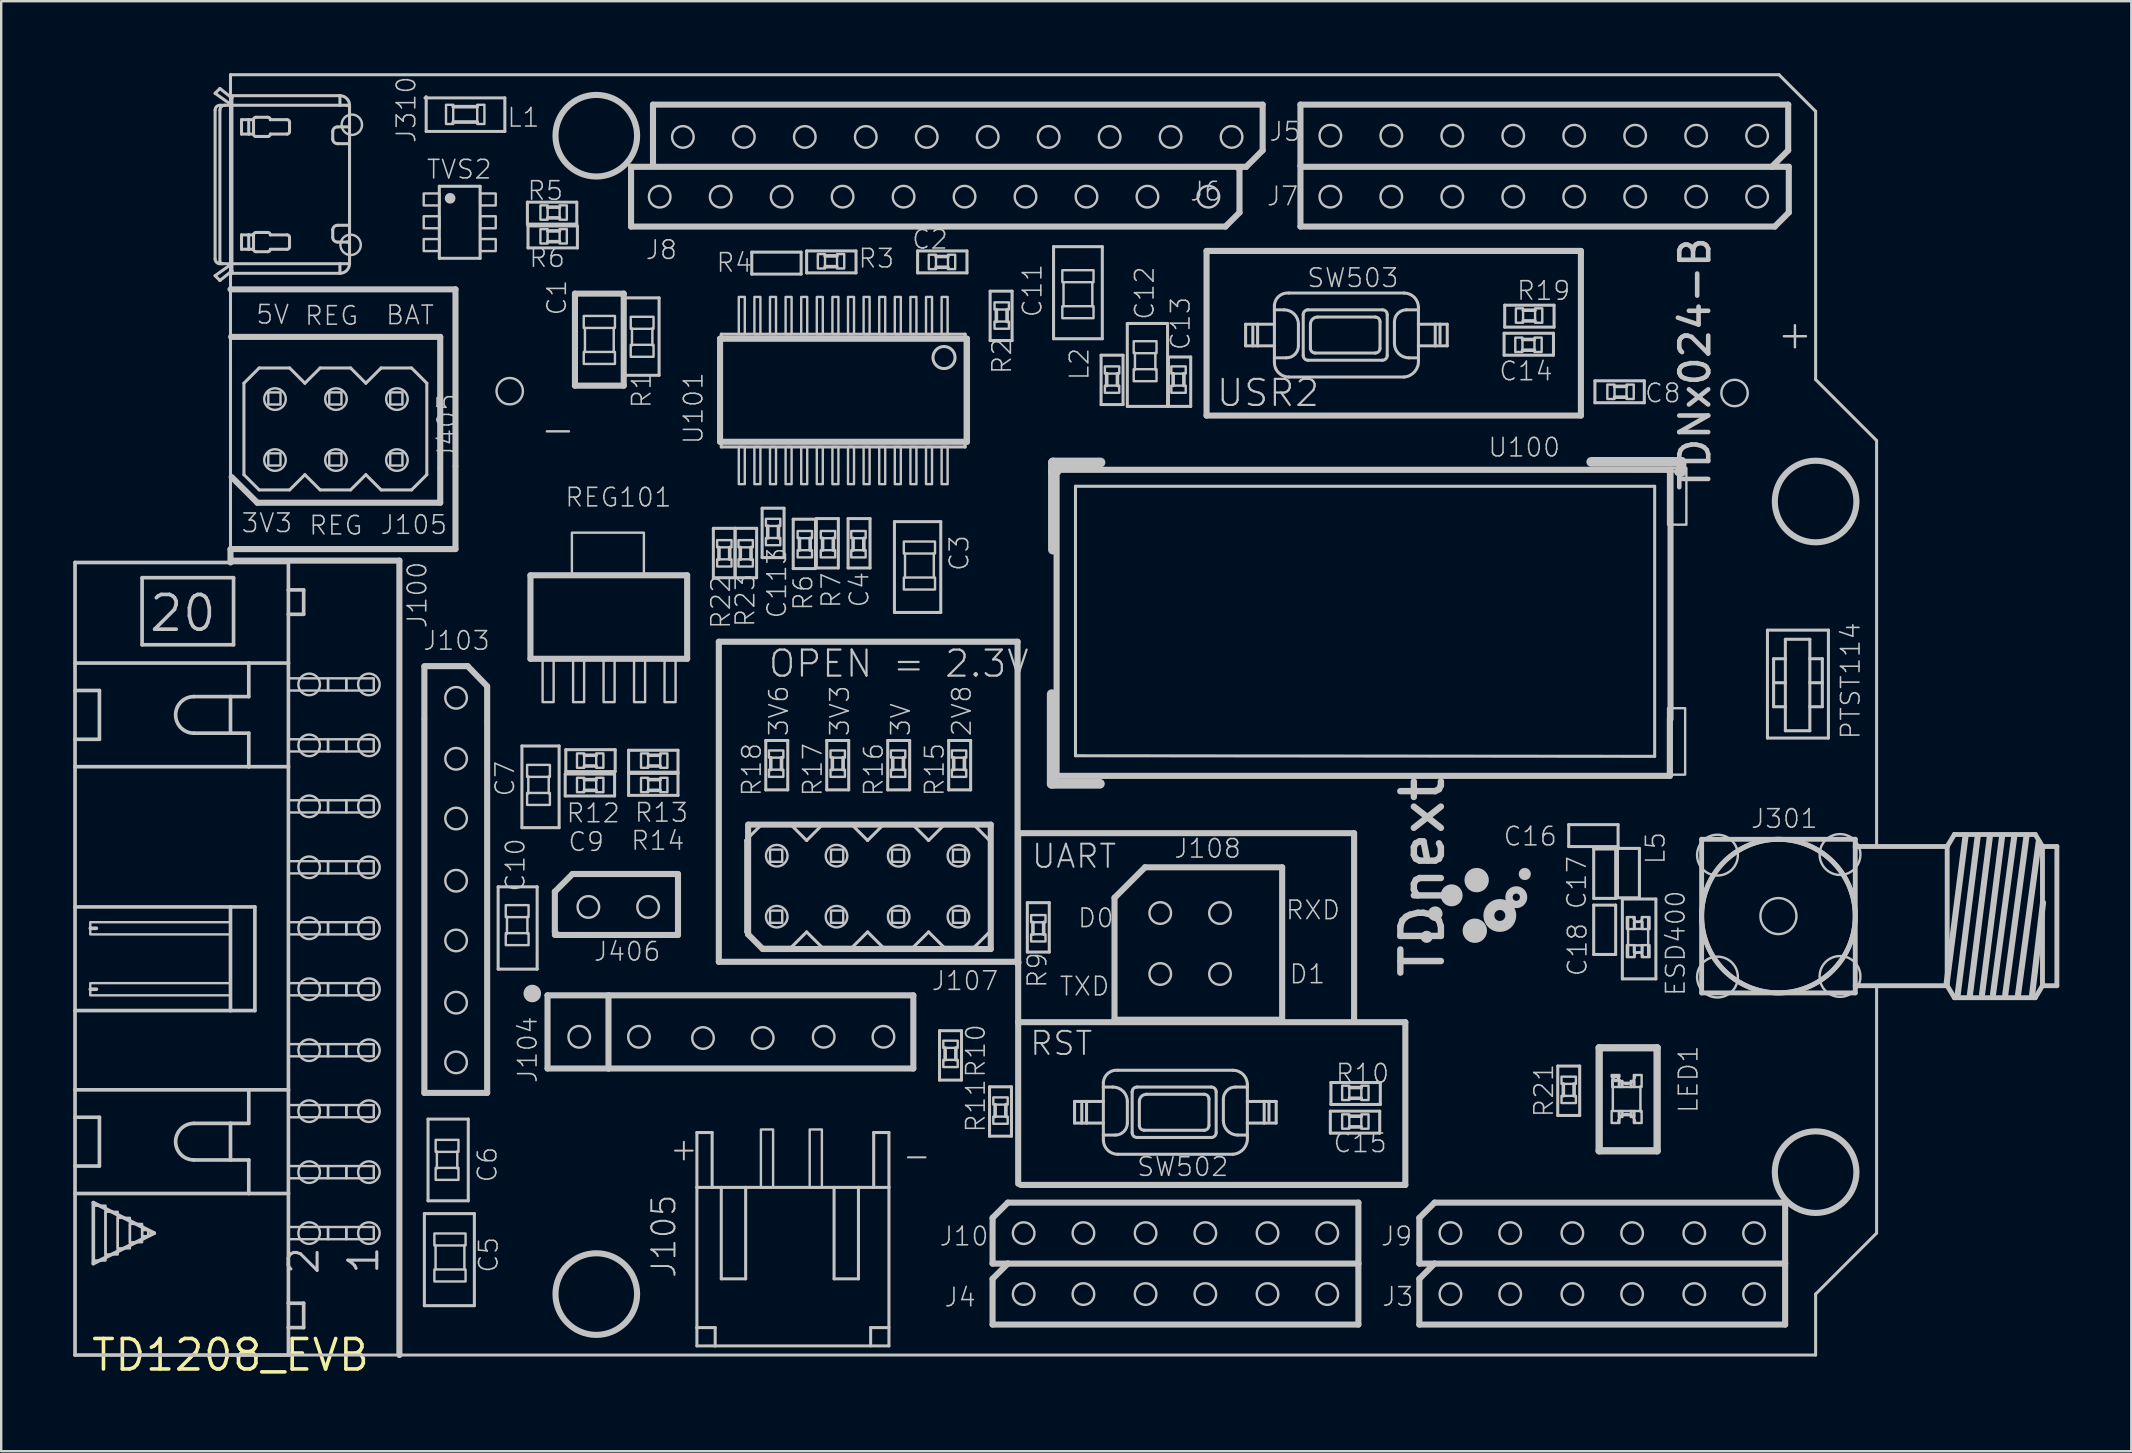
<source format=kicad_pcb>
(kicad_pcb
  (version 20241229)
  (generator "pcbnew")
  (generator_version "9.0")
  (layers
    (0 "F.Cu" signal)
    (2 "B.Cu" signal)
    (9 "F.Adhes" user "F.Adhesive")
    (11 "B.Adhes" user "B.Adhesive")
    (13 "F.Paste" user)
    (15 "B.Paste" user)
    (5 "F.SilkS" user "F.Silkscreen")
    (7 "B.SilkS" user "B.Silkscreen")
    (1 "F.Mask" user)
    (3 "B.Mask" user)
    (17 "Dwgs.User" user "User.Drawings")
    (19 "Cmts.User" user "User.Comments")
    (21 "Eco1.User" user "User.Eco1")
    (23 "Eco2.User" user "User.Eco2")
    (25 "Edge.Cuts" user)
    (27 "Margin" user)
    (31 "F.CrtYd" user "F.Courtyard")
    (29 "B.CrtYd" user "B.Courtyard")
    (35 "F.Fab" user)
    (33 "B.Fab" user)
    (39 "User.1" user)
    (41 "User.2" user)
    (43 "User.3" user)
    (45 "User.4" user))
  (footprint "TD1208_EVB"
    (layer "F.Cu")
    (at 6.553 53.404)
    (property "Reference" "TD1208_EVB" (at 0 0 0) (layer "F.SilkS") (effects (font (size 1.27 1.27) (thickness 0.15))))
    (attr through_hole)
    (fp_line (start -6.477 -27.686) (end -5.461 -27.686) (stroke (width 0.152) (type solid)) (layer "Dwgs.User"))
    (fp_line (start -6.477 -24.511) (end -6.477 -33.02) (stroke (width 0.152) (type solid)) (layer "Dwgs.User"))
    (fp_line (start -6.477 -18.669) (end -6.477 -24.511) (stroke (width 0.152) (type solid)) (layer "Dwgs.User"))
    (fp_line (start -6.477 -18.669) (end 0 -18.669) (stroke (width 0.152) (type solid)) (layer "Dwgs.User"))
    (fp_line (start -6.477 -14.351) (end -6.477 -18.669) (stroke (width 0.152) (type solid)) (layer "Dwgs.User"))
    (fp_line (start -6.477 -14.351) (end 0 -14.351) (stroke (width 0.152) (type solid)) (layer "Dwgs.User"))
    (fp_line (start -6.477 -11.049) (end -6.477 -14.351) (stroke (width 0.152) (type solid)) (layer "Dwgs.User"))
    (fp_line (start -6.477 -9.906) (end -6.477 -11.049) (stroke (width 0.152) (type solid)) (layer "Dwgs.User"))
    (fp_line (start -6.477 -9.906) (end -5.461 -9.906) (stroke (width 0.152) (type solid)) (layer "Dwgs.User"))
    (fp_line (start -6.477 -7.874) (end -6.477 -9.906) (stroke (width 0.152) (type solid)) (layer "Dwgs.User"))
    (fp_line (start -6.477 -6.731) (end -6.477 -7.874) (stroke (width 0.152) (type solid)) (layer "Dwgs.User"))
    (fp_line (start -6.477 -6.731) (end -6.477 0) (stroke (width 0.152) (type solid)) (layer "Dwgs.User"))
    (fp_line (start -5.715 -6.35) (end -3.175 -5.08) (stroke (width 0.152) (type solid)) (layer "Dwgs.User"))
    (fp_line (start -5.715 -3.81) (end -5.715 -6.35) (stroke (width 0.152) (type solid)) (layer "Dwgs.User"))
    (fp_line (start -5.588 -17.78) (end -5.842 -17.78) (stroke (width 0.152) (type solid)) (layer "Dwgs.User"))
    (fp_line (start -5.588 -15.24) (end -5.842 -15.24) (stroke (width 0.152) (type solid)) (layer "Dwgs.User"))
    (fp_line (start -5.461 -25.654) (end -6.477 -25.654) (stroke (width 0.152) (type solid)) (layer "Dwgs.User"))
    (fp_line (start -5.461 -25.654) (end -5.461 -27.686) (stroke (width 0.152) (type solid)) (layer "Dwgs.User"))
    (fp_line (start -5.461 -7.874) (end -6.477 -7.874) (stroke (width 0.152) (type solid)) (layer "Dwgs.User"))
    (fp_line (start -5.461 -7.874) (end -5.461 -9.906) (stroke (width 0.152) (type solid)) (layer "Dwgs.User"))
    (fp_line (start -3.683 -29.591) (end -3.683 -32.385) (stroke (width 0.152) (type solid)) (layer "Dwgs.User"))
    (fp_line (start -3.683 -29.591) (end 0.127 -29.591) (stroke (width 0.152) (type solid)) (layer "Dwgs.User"))
    (fp_line (start -3.175 -5.08) (end -5.715 -3.81) (stroke (width 0.152) (type solid)) (layer "Dwgs.User"))
    (fp_line (start -1.524 -27.432) (end 0 -27.432) (stroke (width 0.152) (type solid)) (layer "Dwgs.User"))
    (fp_line (start -1.524 -25.908) (end 0 -25.908) (stroke (width 0.152) (type solid)) (layer "Dwgs.User"))
    (fp_line (start -1.524 -9.652) (end 0 -9.652) (stroke (width 0.152) (type solid)) (layer "Dwgs.User"))
    (fp_line (start -1.524 -8.128) (end 0 -8.128) (stroke (width 0.152) (type solid)) (layer "Dwgs.User"))
    (fp_line (start -0.641 -52.568) (end -0.441 -52.768) (stroke (width 0.127) (type solid)) (layer "Dwgs.User"))
    (fp_line (start -0.641 -45.668) (end -0.641 -51.868) (stroke (width 0.127) (type solid)) (layer "Dwgs.User"))
    (fp_line (start -0.641 -44.968) (end -0.441 -44.768) (stroke (width 0.127) (type solid)) (layer "Dwgs.User"))
    (fp_line (start -0.441 -52.768) (end 0.059 -52.368) (stroke (width 0.127) (type solid)) (layer "Dwgs.User"))
    (fp_line (start -0.441 -52.068) (end -0.241 -52.068) (stroke (width 0.127) (type solid)) (layer "Dwgs.User"))
    (fp_line (start -0.441 -45.568) (end -0.441 -51.868) (stroke (width 0.127) (type solid)) (layer "Dwgs.User"))
    (fp_line (start -0.441 -44.768) (end 0.059 -45.168) (stroke (width 0.127) (type solid)) (layer "Dwgs.User"))
    (fp_line (start -0.341 -45.468) (end -0.441 -45.468) (stroke (width 0.127) (type solid)) (layer "Dwgs.User"))
    (fp_line (start -0.241 -52.068) (end 0.059 -52.068) (stroke (width 0.127) (type solid)) (layer "Dwgs.User"))
    (fp_line (start 0 -53.34) (end 64.516 -53.34) (stroke (width 0.127) (type solid)) (layer "Dwgs.User"))
    (fp_line (start 0 -44.399) (end 0 -53.34) (stroke (width 0.127) (type solid)) (layer "Dwgs.User"))
    (fp_line (start 0 -33.579) (end 0 -44.399) (stroke (width 0.1) (type solid)) (layer "Dwgs.User"))
    (fp_line (start 0 -33.579) (end 9.373 -33.579) (stroke (width 0.254) (type solid)) (layer "Dwgs.User"))
    (fp_line (start 0 -33.553) (end 0 -44.399) (stroke (width 0.127) (type solid)) (layer "Dwgs.User"))
    (fp_line (start 0 -33.553) (end 0 -33.579) (stroke (width 0.1) (type solid)) (layer "Dwgs.User"))
    (fp_line (start 0 -33.02) (end 0 -33.553) (stroke (width 0.254) (type solid)) (layer "Dwgs.User"))
    (fp_line (start 0 -27.432) (end 0.762 -27.432) (stroke (width 0.152) (type solid)) (layer "Dwgs.User"))
    (fp_line (start 0 -25.908) (end 0 -27.432) (stroke (width 0.152) (type solid)) (layer "Dwgs.User"))
    (fp_line (start 0 -25.908) (end 0.762 -25.908) (stroke (width 0.152) (type solid)) (layer "Dwgs.User"))
    (fp_line (start 0 -18.669) (end 0 -14.351) (stroke (width 0.152) (type solid)) (layer "Dwgs.User"))
    (fp_line (start 0 -18.669) (end 1.016 -18.669) (stroke (width 0.152) (type solid)) (layer "Dwgs.User"))
    (fp_line (start 0 -14.351) (end 1.016 -14.351) (stroke (width 0.152) (type solid)) (layer "Dwgs.User"))
    (fp_line (start 0 -9.652) (end 0.762 -9.652) (stroke (width 0.152) (type solid)) (layer "Dwgs.User"))
    (fp_line (start 0 -8.128) (end 0 -9.652) (stroke (width 0.152) (type solid)) (layer "Dwgs.User"))
    (fp_line (start 0 -8.128) (end 0.762 -8.128) (stroke (width 0.152) (type solid)) (layer "Dwgs.User"))
    (fp_line (start 0 0) (end 7.036 0) (stroke (width 0.127) (type solid)) (layer "Dwgs.User"))
    (fp_line (start 0.059 -52.468) (end 4.559 -52.468) (stroke (width 0.127) (type solid)) (layer "Dwgs.User"))
    (fp_line (start 0.059 -52.368) (end 0.059 -52.468) (stroke (width 0.127) (type solid)) (layer "Dwgs.User"))
    (fp_line (start 0.059 -52.068) (end -0.641 -52.568) (stroke (width 0.127) (type solid)) (layer "Dwgs.User"))
    (fp_line (start 0.059 -52.068) (end 0.059 -52.368) (stroke (width 0.127) (type solid)) (layer "Dwgs.User"))
    (fp_line (start 0.059 -52.068) (end 4.559 -52.068) (stroke (width 0.127) (type solid)) (layer "Dwgs.User"))
    (fp_line (start 0.059 -45.468) (end -0.641 -44.968) (stroke (width 0.127) (type solid)) (layer "Dwgs.User"))
    (fp_line (start 0.059 -45.468) (end -0.341 -45.468) (stroke (width 0.127) (type solid)) (layer "Dwgs.User"))
    (fp_line (start 0.059 -45.468) (end 0.059 -52.068) (stroke (width 0.127) (type solid)) (layer "Dwgs.User"))
    (fp_line (start 0.059 -45.168) (end 0.059 -45.468) (stroke (width 0.127) (type solid)) (layer "Dwgs.User"))
    (fp_line (start 0.059 -45.068) (end 0.059 -45.168) (stroke (width 0.127) (type solid)) (layer "Dwgs.User"))
    (fp_line (start 0.127 -32.385) (end -3.683 -32.385) (stroke (width 0.152) (type solid)) (layer "Dwgs.User"))
    (fp_line (start 0.127 -29.591) (end 0.127 -32.385) (stroke (width 0.152) (type solid)) (layer "Dwgs.User"))
    (fp_line (start 0.459 -51.468) (end 0.759 -51.468) (stroke (width 0.127) (type solid)) (layer "Dwgs.User"))
    (fp_line (start 0.459 -50.868) (end 0.459 -51.468) (stroke (width 0.127) (type solid)) (layer "Dwgs.User"))
    (fp_line (start 0.459 -46.668) (end 0.759 -46.668) (stroke (width 0.127) (type solid)) (layer "Dwgs.User"))
    (fp_line (start 0.459 -46.068) (end 0.459 -46.668) (stroke (width 0.127) (type solid)) (layer "Dwgs.User"))
    (fp_line (start 0.559 -40.488) (end 0.559 -36.678) (stroke (width 0.127) (type solid)) (layer "Dwgs.User"))
    (fp_line (start 0.559 -36.678) (end 1.194 -36.043) (stroke (width 0.127) (type solid)) (layer "Dwgs.User"))
    (fp_line (start 0.759 -51.468) (end 0.759 -50.868) (stroke (width 0.127) (type solid)) (layer "Dwgs.User"))
    (fp_line (start 0.759 -51.468) (end 0.959 -51.468) (stroke (width 0.127) (type solid)) (layer "Dwgs.User"))
    (fp_line (start 0.759 -50.868) (end 0.459 -50.868) (stroke (width 0.127) (type solid)) (layer "Dwgs.User"))
    (fp_line (start 0.759 -46.668) (end 0.759 -46.068) (stroke (width 0.127) (type solid)) (layer "Dwgs.User"))
    (fp_line (start 0.759 -46.668) (end 0.959 -46.668) (stroke (width 0.127) (type solid)) (layer "Dwgs.User"))
    (fp_line (start 0.759 -46.068) (end 0.459 -46.068) (stroke (width 0.127) (type solid)) (layer "Dwgs.User"))
    (fp_line (start 0.762 -28.829) (end -6.477 -28.829) (stroke (width 0.152) (type solid)) (layer "Dwgs.User"))
    (fp_line (start 0.762 -28.829) (end 2.413 -28.829) (stroke (width 0.152) (type solid)) (layer "Dwgs.User"))
    (fp_line (start 0.762 -27.432) (end 0.762 -28.829) (stroke (width 0.152) (type solid)) (layer "Dwgs.User"))
    (fp_line (start 0.762 -24.511) (end -6.477 -24.511) (stroke (width 0.152) (type solid)) (layer "Dwgs.User"))
    (fp_line (start 0.762 -24.511) (end 0.762 -25.908) (stroke (width 0.152) (type solid)) (layer "Dwgs.User"))
    (fp_line (start 0.762 -24.511) (end 2.413 -24.511) (stroke (width 0.152) (type solid)) (layer "Dwgs.User"))
    (fp_line (start 0.762 -11.049) (end -6.477 -11.049) (stroke (width 0.152) (type solid)) (layer "Dwgs.User"))
    (fp_line (start 0.762 -11.049) (end 2.413 -11.049) (stroke (width 0.152) (type solid)) (layer "Dwgs.User"))
    (fp_line (start 0.762 -9.652) (end 0.762 -11.049) (stroke (width 0.152) (type solid)) (layer "Dwgs.User"))
    (fp_line (start 0.762 -6.731) (end -6.477 -6.731) (stroke (width 0.152) (type solid)) (layer "Dwgs.User"))
    (fp_line (start 0.762 -6.731) (end 0.762 -8.128) (stroke (width 0.152) (type solid)) (layer "Dwgs.User"))
    (fp_line (start 0.762 -6.731) (end 2.413 -6.731) (stroke (width 0.152) (type solid)) (layer "Dwgs.User"))
    (fp_line (start 0.959 -51.468) (end 0.959 -50.868) (stroke (width 0.127) (type solid)) (layer "Dwgs.User"))
    (fp_line (start 0.959 -50.868) (end 0.759 -50.868) (stroke (width 0.127) (type solid)) (layer "Dwgs.User"))
    (fp_line (start 0.959 -46.668) (end 0.959 -46.068) (stroke (width 0.127) (type solid)) (layer "Dwgs.User"))
    (fp_line (start 0.959 -46.068) (end 0.759 -46.068) (stroke (width 0.127) (type solid)) (layer "Dwgs.User"))
    (fp_line (start 1.016 -18.669) (end 1.016 -14.351) (stroke (width 0.152) (type solid)) (layer "Dwgs.User"))
    (fp_line (start 1.118 -35.509) (end 0.051 -36.576) (stroke (width 0.254) (type solid)) (layer "Dwgs.User"))
    (fp_line (start 1.194 -41.123) (end 0.559 -40.488) (stroke (width 0.127) (type solid)) (layer "Dwgs.User"))
    (fp_line (start 1.194 -41.123) (end 2.464 -41.123) (stroke (width 0.127) (type solid)) (layer "Dwgs.User"))
    (fp_line (start 1.559 -51.568) (end 1.059 -51.568) (stroke (width 0.127) (type solid)) (layer "Dwgs.User"))
    (fp_line (start 1.559 -50.768) (end 1.059 -50.768) (stroke (width 0.127) (type solid)) (layer "Dwgs.User"))
    (fp_line (start 1.559 -46.768) (end 1.059 -46.768) (stroke (width 0.127) (type solid)) (layer "Dwgs.User"))
    (fp_line (start 1.559 -45.968) (end 1.059 -45.968) (stroke (width 0.127) (type solid)) (layer "Dwgs.User"))
    (fp_line (start 1.659 -51.468) (end 2.359 -51.468) (stroke (width 0.127) (type solid)) (layer "Dwgs.User"))
    (fp_line (start 1.659 -46.668) (end 2.359 -46.668) (stroke (width 0.127) (type solid)) (layer "Dwgs.User"))
    (fp_line (start 2.359 -50.868) (end 1.659 -50.868) (stroke (width 0.127) (type solid)) (layer "Dwgs.User"))
    (fp_line (start 2.359 -46.068) (end 1.659 -46.068) (stroke (width 0.127) (type solid)) (layer "Dwgs.User"))
    (fp_line (start 2.413 -33.02) (end -6.477 -33.02) (stroke (width 0.152) (type solid)) (layer "Dwgs.User"))
    (fp_line (start 2.413 -33.02) (end 2.413 -31.877) (stroke (width 0.152) (type solid)) (layer "Dwgs.User"))
    (fp_line (start 2.413 -31.877) (end 2.413 -30.861) (stroke (width 0.152) (type solid)) (layer "Dwgs.User"))
    (fp_line (start 2.413 -30.861) (end 2.413 -28.829) (stroke (width 0.152) (type solid)) (layer "Dwgs.User"))
    (fp_line (start 2.413 -30.861) (end 3.048 -30.861) (stroke (width 0.152) (type solid)) (layer "Dwgs.User"))
    (fp_line (start 2.413 -28.829) (end 2.413 -24.511) (stroke (width 0.152) (type solid)) (layer "Dwgs.User"))
    (fp_line (start 2.413 -24.511) (end 2.413 -11.049) (stroke (width 0.152) (type solid)) (layer "Dwgs.User"))
    (fp_line (start 2.413 -6.731) (end 2.413 -11.049) (stroke (width 0.152) (type solid)) (layer "Dwgs.User"))
    (fp_line (start 2.413 -2.159) (end 2.413 -6.731) (stroke (width 0.152) (type solid)) (layer "Dwgs.User"))
    (fp_line (start 2.413 -1.143) (end 2.413 -2.159) (stroke (width 0.152) (type solid)) (layer "Dwgs.User"))
    (fp_line (start 2.413 -1.143) (end 3.048 -1.143) (stroke (width 0.152) (type solid)) (layer "Dwgs.User"))
    (fp_line (start 2.413 0) (end -6.477 0) (stroke (width 0.152) (type solid)) (layer "Dwgs.User"))
    (fp_line (start 2.413 0) (end 2.413 -1.143) (stroke (width 0.152) (type solid)) (layer "Dwgs.User"))
    (fp_line (start 2.459 -51.368) (end 2.459 -50.968) (stroke (width 0.127) (type solid)) (layer "Dwgs.User"))
    (fp_line (start 2.459 -46.568) (end 2.459 -46.168) (stroke (width 0.127) (type solid)) (layer "Dwgs.User"))
    (fp_line (start 2.464 -41.123) (end 3.099 -40.488) (stroke (width 0.127) (type solid)) (layer "Dwgs.User"))
    (fp_line (start 2.464 -36.043) (end 1.194 -36.043) (stroke (width 0.127) (type solid)) (layer "Dwgs.User"))
    (fp_line (start 3.048 -31.877) (end 2.413 -31.877) (stroke (width 0.152) (type solid)) (layer "Dwgs.User"))
    (fp_line (start 3.048 -31.877) (end 3.048 -30.861) (stroke (width 0.152) (type solid)) (layer "Dwgs.User"))
    (fp_line (start 3.048 -2.159) (end 2.413 -2.159) (stroke (width 0.152) (type solid)) (layer "Dwgs.User"))
    (fp_line (start 3.048 -2.159) (end 3.048 -1.143) (stroke (width 0.152) (type solid)) (layer "Dwgs.User"))
    (fp_line (start 3.099 -40.488) (end 3.734 -41.123) (stroke (width 0.127) (type solid)) (layer "Dwgs.User"))
    (fp_line (start 3.099 -36.678) (end 2.464 -36.043) (stroke (width 0.127) (type solid)) (layer "Dwgs.User"))
    (fp_line (start 3.734 -41.123) (end 5.004 -41.123) (stroke (width 0.127) (type solid)) (layer "Dwgs.User"))
    (fp_line (start 3.734 -36.043) (end 3.099 -36.678) (stroke (width 0.127) (type solid)) (layer "Dwgs.User"))
    (fp_line (start 4.259 -50.968) (end 4.259 -50.668) (stroke (width 0.127) (type solid)) (layer "Dwgs.User"))
    (fp_line (start 4.259 -46.868) (end 4.259 -46.568) (stroke (width 0.127) (type solid)) (layer "Dwgs.User"))
    (fp_line (start 4.459 -50.468) (end 4.959 -50.468) (stroke (width 0.127) (type solid)) (layer "Dwgs.User"))
    (fp_line (start 4.459 -46.368) (end 4.859 -46.368) (stroke (width 0.127) (type solid)) (layer "Dwgs.User"))
    (fp_line (start 4.559 -52.468) (end 4.559 -52.068) (stroke (width 0.127) (type solid)) (layer "Dwgs.User"))
    (fp_line (start 4.559 -52.068) (end 4.859 -52.068) (stroke (width 0.127) (type solid)) (layer "Dwgs.User"))
    (fp_line (start 4.559 -45.468) (end 0.059 -45.468) (stroke (width 0.127) (type solid)) (layer "Dwgs.User"))
    (fp_line (start 4.559 -45.068) (end 0.059 -45.068) (stroke (width 0.127) (type solid)) (layer "Dwgs.User"))
    (fp_line (start 4.559 -45.068) (end 4.559 -45.468) (stroke (width 0.127) (type solid)) (layer "Dwgs.User"))
    (fp_line (start 4.959 -52.068) (end 4.959 -51.968) (stroke (width 0.127) (type solid)) (layer "Dwgs.User"))
    (fp_line (start 4.959 -51.968) (end 4.959 -51.168) (stroke (width 0.127) (type solid)) (layer "Dwgs.User"))
    (fp_line (start 4.959 -51.168) (end 4.459 -51.168) (stroke (width 0.127) (type solid)) (layer "Dwgs.User"))
    (fp_line (start 4.959 -51.168) (end 4.959 -50.468) (stroke (width 0.127) (type solid)) (layer "Dwgs.User"))
    (fp_line (start 4.959 -50.468) (end 4.959 -47.068) (stroke (width 0.127) (type solid)) (layer "Dwgs.User"))
    (fp_line (start 4.959 -47.068) (end 4.459 -47.068) (stroke (width 0.127) (type solid)) (layer "Dwgs.User"))
    (fp_line (start 4.959 -47.068) (end 4.959 -46.468) (stroke (width 0.127) (type solid)) (layer "Dwgs.User"))
    (fp_line (start 4.959 -46.468) (end 4.959 -45.468) (stroke (width 0.127) (type solid)) (layer "Dwgs.User"))
    (fp_line (start 4.959 -45.468) (end 4.559 -45.468) (stroke (width 0.127) (type solid)) (layer "Dwgs.User"))
    (fp_line (start 5.004 -41.123) (end 5.639 -40.488) (stroke (width 0.127) (type solid)) (layer "Dwgs.User"))
    (fp_line (start 5.004 -36.043) (end 3.734 -36.043) (stroke (width 0.127) (type solid)) (layer "Dwgs.User"))
    (fp_line (start 5.639 -40.488) (end 6.274 -41.123) (stroke (width 0.127) (type solid)) (layer "Dwgs.User"))
    (fp_line (start 5.639 -36.678) (end 5.004 -36.043) (stroke (width 0.127) (type solid)) (layer "Dwgs.User"))
    (fp_line (start 6.274 -41.123) (end 7.544 -41.123) (stroke (width 0.127) (type solid)) (layer "Dwgs.User"))
    (fp_line (start 6.274 -36.043) (end 5.639 -36.678) (stroke (width 0.127) (type solid)) (layer "Dwgs.User"))
    (fp_line (start 7.036 -33.096) (end 0.051 -33.096) (stroke (width 0.254) (type solid)) (layer "Dwgs.User"))
    (fp_line (start 7.036 -33.096) (end 7.036 0) (stroke (width 0.254) (type solid)) (layer "Dwgs.User"))
    (fp_line (start 7.544 -41.123) (end 8.179 -40.488) (stroke (width 0.127) (type solid)) (layer "Dwgs.User"))
    (fp_line (start 7.544 -36.043) (end 6.274 -36.043) (stroke (width 0.127) (type solid)) (layer "Dwgs.User"))
    (fp_line (start 8.077 -28.702) (end 9.881 -28.702) (stroke (width 0.254) (type solid)) (layer "Dwgs.User"))
    (fp_line (start 8.077 -26.543) (end 8.077 -28.677) (stroke (width 0.254) (type solid)) (layer "Dwgs.User"))
    (fp_line (start 8.077 -10.922) (end 8.077 -26.492) (stroke (width 0.254) (type solid)) (layer "Dwgs.User"))
    (fp_line (start 8.077 -10.922) (end 10.693 -10.922) (stroke (width 0.254) (type solid)) (layer "Dwgs.User"))
    (fp_line (start 8.077 -5.893) (end 10.16 -5.893) (stroke (width 0.127) (type solid)) (layer "Dwgs.User"))
    (fp_line (start 8.077 -2.057) (end 8.077 -5.893) (stroke (width 0.127) (type solid)) (layer "Dwgs.User"))
    (fp_line (start 8.103 -52.375) (end 11.43 -52.375) (stroke (width 0.127) (type solid)) (layer "Dwgs.User"))
    (fp_line (start 8.153 -50.978) (end 8.153 -52.426) (stroke (width 0.127) (type solid)) (layer "Dwgs.User"))
    (fp_line (start 8.179 -40.488) (end 8.179 -36.678) (stroke (width 0.127) (type solid)) (layer "Dwgs.User"))
    (fp_line (start 8.179 -36.678) (end 7.544 -36.043) (stroke (width 0.127) (type solid)) (layer "Dwgs.User"))
    (fp_line (start 8.23 -9.83) (end 9.906 -9.83) (stroke (width 0.127) (type solid)) (layer "Dwgs.User"))
    (fp_line (start 8.23 -6.426) (end 8.23 -9.83) (stroke (width 0.127) (type solid)) (layer "Dwgs.User"))
    (fp_line (start 8.544 -3.564) (end 8.544 -4.564) (stroke (width 0.102) (type solid)) (layer "Dwgs.User"))
    (fp_line (start 8.598 -8.484) (end 8.598 -7.772) (stroke (width 0.102) (type solid)) (layer "Dwgs.User"))
    (fp_line (start 8.7 -48.693) (end 8.7 -45.693) (stroke (width 0.127) (type solid)) (layer "Dwgs.User"))
    (fp_line (start 8.7 -45.693) (end 10.4 -45.693) (stroke (width 0.127) (type solid)) (layer "Dwgs.User"))
    (fp_line (start 8.738 -42.418) (end 0.025 -42.418) (stroke (width 0.254) (type solid)) (layer "Dwgs.User"))
    (fp_line (start 8.738 -36.982) (end 8.738 -42.418) (stroke (width 0.254) (type solid)) (layer "Dwgs.User"))
    (fp_line (start 8.738 -36.906) (end 8.738 -35.509) (stroke (width 0.254) (type solid)) (layer "Dwgs.User"))
    (fp_line (start 8.738 -35.509) (end 1.118 -35.509) (stroke (width 0.254) (type solid)) (layer "Dwgs.User"))
    (fp_line (start 9.279 -52.009) (end 10.279 -52.009) (stroke (width 0.152) (type solid)) (layer "Dwgs.User"))
    (fp_line (start 9.279 -51.369) (end 10.279 -51.369) (stroke (width 0.152) (type solid)) (layer "Dwgs.User"))
    (fp_line (start 9.373 -44.399) (end 0 -44.399) (stroke (width 0.254) (type solid)) (layer "Dwgs.User"))
    (fp_line (start 9.373 -37.059) (end 9.373 -44.399) (stroke (width 0.254) (type solid)) (layer "Dwgs.User"))
    (fp_line (start 9.373 -33.579) (end 9.373 -37.008) (stroke (width 0.254) (type solid)) (layer "Dwgs.User"))
    (fp_line (start 9.449 -8.484) (end 9.449 -7.772) (stroke (width 0.102) (type solid)) (layer "Dwgs.User"))
    (fp_line (start 9.744 -3.564) (end 9.744 -4.564) (stroke (width 0.102) (type solid)) (layer "Dwgs.User"))
    (fp_line (start 9.881 -28.702) (end 10.693 -27.864) (stroke (width 0.254) (type solid)) (layer "Dwgs.User"))
    (fp_line (start 9.906 -9.83) (end 9.906 -6.426) (stroke (width 0.127) (type solid)) (layer "Dwgs.User"))
    (fp_line (start 9.906 -6.426) (end 8.23 -6.426) (stroke (width 0.127) (type solid)) (layer "Dwgs.User"))
    (fp_line (start 10.16 -5.893) (end 10.16 -2.057) (stroke (width 0.127) (type solid)) (layer "Dwgs.User"))
    (fp_line (start 10.16 -2.057) (end 8.077 -2.057) (stroke (width 0.127) (type solid)) (layer "Dwgs.User"))
    (fp_line (start 10.4 -48.693) (end 8.7 -48.693) (stroke (width 0.127) (type solid)) (layer "Dwgs.User"))
    (fp_line (start 10.4 -45.693) (end 10.4 -48.693) (stroke (width 0.127) (type solid)) (layer "Dwgs.User"))
    (fp_line (start 10.693 -26.467) (end 10.693 -27.838) (stroke (width 0.254) (type solid)) (layer "Dwgs.User"))
    (fp_line (start 10.693 -10.922) (end 10.693 -26.416) (stroke (width 0.254) (type solid)) (layer "Dwgs.User"))
    (fp_line (start 11.151 -19.507) (end 12.776 -19.507) (stroke (width 0.127) (type solid)) (layer "Dwgs.User"))
    (fp_line (start 11.151 -16.078) (end 11.151 -19.507) (stroke (width 0.127) (type solid)) (layer "Dwgs.User"))
    (fp_line (start 11.43 -52.375) (end 11.43 -50.978) (stroke (width 0.127) (type solid)) (layer "Dwgs.User"))
    (fp_line (start 11.43 -50.978) (end 8.153 -50.978) (stroke (width 0.127) (type solid)) (layer "Dwgs.User"))
    (fp_line (start 11.519 -18.263) (end 11.519 -17.551) (stroke (width 0.102) (type solid)) (layer "Dwgs.User"))
    (fp_line (start 12.141 -25.375) (end 13.691 -25.375) (stroke (width 0.127) (type solid)) (layer "Dwgs.User"))
    (fp_line (start 12.141 -21.971) (end 12.141 -25.375) (stroke (width 0.127) (type solid)) (layer "Dwgs.User"))
    (fp_line (start 12.37 -48.031) (end 14.427 -48.031) (stroke (width 0.127) (type solid)) (layer "Dwgs.User"))
    (fp_line (start 12.37 -47.117) (end 12.37 -48.031) (stroke (width 0.127) (type solid)) (layer "Dwgs.User"))
    (fp_line (start 12.37 -18.263) (end 12.37 -17.551) (stroke (width 0.102) (type solid)) (layer "Dwgs.User"))
    (fp_line (start 12.395 -47.041) (end 14.453 -47.041) (stroke (width 0.127) (type solid)) (layer "Dwgs.User"))
    (fp_line (start 12.395 -46.126) (end 12.395 -47.041) (stroke (width 0.127) (type solid)) (layer "Dwgs.User"))
    (fp_line (start 12.408 -24.105) (end 12.408 -23.393) (stroke (width 0.102) (type solid)) (layer "Dwgs.User"))
    (fp_line (start 12.497 -32.487) (end 19.025 -32.487) (stroke (width 0.254) (type solid)) (layer "Dwgs.User"))
    (fp_line (start 12.497 -29.007) (end 12.497 -32.487) (stroke (width 0.254) (type solid)) (layer "Dwgs.User"))
    (fp_line (start 12.776 -19.507) (end 12.776 -16.078) (stroke (width 0.127) (type solid)) (layer "Dwgs.User"))
    (fp_line (start 12.776 -16.078) (end 11.151 -16.078) (stroke (width 0.127) (type solid)) (layer "Dwgs.User"))
    (fp_line (start 13.208 -14.986) (end 13.208 -11.938) (stroke (width 0.254) (type solid)) (layer "Dwgs.User"))
    (fp_line (start 13.208 -11.938) (end 15.748 -11.938) (stroke (width 0.254) (type solid)) (layer "Dwgs.User"))
    (fp_line (start 13.217 -47.824) (end 13.707 -47.824) (stroke (width 0.152) (type solid)) (layer "Dwgs.User"))
    (fp_line (start 13.217 -46.833) (end 13.707 -46.833) (stroke (width 0.152) (type solid)) (layer "Dwgs.User"))
    (fp_line (start 13.259 -24.105) (end 13.259 -23.393) (stroke (width 0.102) (type solid)) (layer "Dwgs.User"))
    (fp_line (start 13.513 -19.304) (end 13.513 -17.628) (stroke (width 0.254) (type solid)) (layer "Dwgs.User"))
    (fp_line (start 13.513 -17.628) (end 13.564 -17.577) (stroke (width 0.254) (type solid)) (layer "Dwgs.User"))
    (fp_line (start 13.513 -17.501) (end 18.644 -17.501) (stroke (width 0.254) (type solid)) (layer "Dwgs.User"))
    (fp_line (start 13.691 -25.375) (end 13.691 -21.971) (stroke (width 0.127) (type solid)) (layer "Dwgs.User"))
    (fp_line (start 13.691 -21.971) (end 12.141 -21.971) (stroke (width 0.127) (type solid)) (layer "Dwgs.User"))
    (fp_line (start 13.707 -47.376) (end 13.217 -47.376) (stroke (width 0.15) (type solid)) (layer "Dwgs.User"))
    (fp_line (start 13.707 -46.385) (end 13.217 -46.385) (stroke (width 0.15) (type solid)) (layer "Dwgs.User"))
    (fp_line (start 13.945 -24.206) (end 16.002 -24.206) (stroke (width 0.127) (type solid)) (layer "Dwgs.User"))
    (fp_line (start 13.945 -23.292) (end 13.945 -24.206) (stroke (width 0.127) (type solid)) (layer "Dwgs.User"))
    (fp_line (start 13.97 -25.222) (end 16.027 -25.222) (stroke (width 0.127) (type solid)) (layer "Dwgs.User"))
    (fp_line (start 13.97 -24.308) (end 13.97 -25.222) (stroke (width 0.127) (type solid)) (layer "Dwgs.User"))
    (fp_line (start 14.249 -20.041) (end 13.513 -19.304) (stroke (width 0.254) (type solid)) (layer "Dwgs.User"))
    (fp_line (start 14.351 -44.221) (end 16.383 -44.221) (stroke (width 0.254) (type solid)) (layer "Dwgs.User"))
    (fp_line (start 14.351 -40.386) (end 14.351 -44.221) (stroke (width 0.254) (type solid)) (layer "Dwgs.User"))
    (fp_line (start 14.427 -48.031) (end 14.427 -47.117) (stroke (width 0.127) (type solid)) (layer "Dwgs.User"))
    (fp_line (start 14.427 -47.117) (end 12.37 -47.117) (stroke (width 0.127) (type solid)) (layer "Dwgs.User"))
    (fp_line (start 14.453 -47.041) (end 14.453 -46.126) (stroke (width 0.127) (type solid)) (layer "Dwgs.User"))
    (fp_line (start 14.453 -46.126) (end 12.395 -46.126) (stroke (width 0.127) (type solid)) (layer "Dwgs.User"))
    (fp_line (start 14.741 -24.989) (end 15.231 -24.989) (stroke (width 0.15) (type solid)) (layer "Dwgs.User"))
    (fp_line (start 14.741 -23.973) (end 15.231 -23.973) (stroke (width 0.15) (type solid)) (layer "Dwgs.User"))
    (fp_line (start 14.767 -41.791) (end 14.767 -42.791) (stroke (width 0.102) (type solid)) (layer "Dwgs.User"))
    (fp_line (start 15.231 -24.541) (end 14.741 -24.541) (stroke (width 0.152) (type solid)) (layer "Dwgs.User"))
    (fp_line (start 15.231 -23.525) (end 14.741 -23.525) (stroke (width 0.152) (type solid)) (layer "Dwgs.User"))
    (fp_line (start 15.748 -14.986) (end 13.208 -14.986) (stroke (width 0.254) (type solid)) (layer "Dwgs.User"))
    (fp_line (start 15.748 -14.986) (end 15.748 -11.938) (stroke (width 0.254) (type solid)) (layer "Dwgs.User"))
    (fp_line (start 15.748 -11.938) (end 28.448 -11.938) (stroke (width 0.254) (type solid)) (layer "Dwgs.User"))
    (fp_line (start 15.967 -41.791) (end 15.967 -42.791) (stroke (width 0.102) (type solid)) (layer "Dwgs.User"))
    (fp_line (start 16.002 -24.206) (end 16.002 -23.292) (stroke (width 0.127) (type solid)) (layer "Dwgs.User"))
    (fp_line (start 16.002 -23.292) (end 13.945 -23.292) (stroke (width 0.127) (type solid)) (layer "Dwgs.User"))
    (fp_line (start 16.027 -25.222) (end 16.027 -24.308) (stroke (width 0.127) (type solid)) (layer "Dwgs.User"))
    (fp_line (start 16.027 -24.308) (end 13.97 -24.308) (stroke (width 0.127) (type solid)) (layer "Dwgs.User"))
    (fp_line (start 16.358 -44.044) (end 17.856 -44.044) (stroke (width 0.127) (type solid)) (layer "Dwgs.User"))
    (fp_line (start 16.383 -44.221) (end 16.383 -40.386) (stroke (width 0.254) (type solid)) (layer "Dwgs.User"))
    (fp_line (start 16.383 -40.386) (end 14.351 -40.386) (stroke (width 0.254) (type solid)) (layer "Dwgs.User"))
    (fp_line (start 16.434 -40.818) (end 16.434 -40.767) (stroke (width 0.127) (type solid)) (layer "Dwgs.User"))
    (fp_line (start 16.586 -25.197) (end 18.644 -25.197) (stroke (width 0.127) (type solid)) (layer "Dwgs.User"))
    (fp_line (start 16.586 -24.282) (end 16.586 -25.197) (stroke (width 0.127) (type solid)) (layer "Dwgs.User"))
    (fp_line (start 16.586 -24.232) (end 18.644 -24.232) (stroke (width 0.127) (type solid)) (layer "Dwgs.User"))
    (fp_line (start 16.586 -23.317) (end 16.586 -24.232) (stroke (width 0.127) (type solid)) (layer "Dwgs.User"))
    (fp_line (start 16.688 -49.505) (end 16.688 -47.015) (stroke (width 0.254) (type solid)) (layer "Dwgs.User"))
    (fp_line (start 16.688 -47.015) (end 41.453 -47.015) (stroke (width 0.254) (type solid)) (layer "Dwgs.User"))
    (fp_line (start 16.726 -42.774) (end 16.726 -42.062) (stroke (width 0.102) (type solid)) (layer "Dwgs.User"))
    (fp_line (start 17.408 -24.989) (end 17.898 -24.989) (stroke (width 0.15) (type solid)) (layer "Dwgs.User"))
    (fp_line (start 17.408 -23.973) (end 17.898 -23.973) (stroke (width 0.15) (type solid)) (layer "Dwgs.User"))
    (fp_line (start 17.577 -42.774) (end 17.577 -42.062) (stroke (width 0.102) (type solid)) (layer "Dwgs.User"))
    (fp_line (start 17.602 -52.095) (end 43.002 -52.095) (stroke (width 0.254) (type solid)) (layer "Dwgs.User"))
    (fp_line (start 17.602 -49.581) (end 17.602 -52.095) (stroke (width 0.254) (type solid)) (layer "Dwgs.User"))
    (fp_line (start 17.856 -44.044) (end 17.856 -40.818) (stroke (width 0.127) (type solid)) (layer "Dwgs.User"))
    (fp_line (start 17.856 -40.818) (end 16.434 -40.818) (stroke (width 0.127) (type solid)) (layer "Dwgs.User"))
    (fp_line (start 17.898 -24.541) (end 17.408 -24.541) (stroke (width 0.152) (type solid)) (layer "Dwgs.User"))
    (fp_line (start 17.898 -23.525) (end 17.408 -23.525) (stroke (width 0.152) (type solid)) (layer "Dwgs.User"))
    (fp_line (start 18.644 -25.197) (end 18.644 -24.282) (stroke (width 0.127) (type solid)) (layer "Dwgs.User"))
    (fp_line (start 18.644 -24.282) (end 16.586 -24.282) (stroke (width 0.127) (type solid)) (layer "Dwgs.User"))
    (fp_line (start 18.644 -24.232) (end 18.644 -23.317) (stroke (width 0.127) (type solid)) (layer "Dwgs.User"))
    (fp_line (start 18.644 -23.317) (end 16.586 -23.317) (stroke (width 0.127) (type solid)) (layer "Dwgs.User"))
    (fp_line (start 18.644 -20.041) (end 14.249 -20.041) (stroke (width 0.254) (type solid)) (layer "Dwgs.User"))
    (fp_line (start 18.644 -17.501) (end 18.644 -20.041) (stroke (width 0.254) (type solid)) (layer "Dwgs.User"))
    (fp_line (start 19.025 -32.487) (end 19.025 -29.007) (stroke (width 0.254) (type solid)) (layer "Dwgs.User"))
    (fp_line (start 19.025 -29.007) (end 12.497 -29.007) (stroke (width 0.254) (type solid)) (layer "Dwgs.User"))
    (fp_line (start 19.431 -9.271) (end 20.066 -9.271) (stroke (width 0.127) (type solid)) (layer "Dwgs.User"))
    (fp_line (start 19.431 -6.985) (end 19.431 -9.271) (stroke (width 0.127) (type solid)) (layer "Dwgs.User"))
    (fp_line (start 19.431 -6.985) (end 20.066 -6.985) (stroke (width 0.127) (type solid)) (layer "Dwgs.User"))
    (fp_line (start 19.431 -1.143) (end 19.431 -6.985) (stroke (width 0.127) (type solid)) (layer "Dwgs.User"))
    (fp_line (start 19.431 -1.143) (end 20.193 -1.143) (stroke (width 0.127) (type solid)) (layer "Dwgs.User"))
    (fp_line (start 19.431 -0.381) (end 19.431 -1.143) (stroke (width 0.127) (type solid)) (layer "Dwgs.User"))
    (fp_line (start 20.066 -9.271) (end 20.066 -6.985) (stroke (width 0.127) (type solid)) (layer "Dwgs.User"))
    (fp_line (start 20.066 -6.985) (end 20.447 -6.985) (stroke (width 0.127) (type solid)) (layer "Dwgs.User"))
    (fp_line (start 20.117 -34.442) (end 21.031 -34.442) (stroke (width 0.127) (type solid)) (layer "Dwgs.User"))
    (fp_line (start 20.117 -32.385) (end 20.117 -34.442) (stroke (width 0.127) (type solid)) (layer "Dwgs.User"))
    (fp_line (start 20.193 -1.143) (end 20.193 -0.381) (stroke (width 0.127) (type solid)) (layer "Dwgs.User"))
    (fp_line (start 20.193 -0.381) (end 19.431 -0.381) (stroke (width 0.127) (type solid)) (layer "Dwgs.User"))
    (fp_line (start 20.345 -29.718) (end 20.345 -16.383) (stroke (width 0.254) (type solid)) (layer "Dwgs.User"))
    (fp_line (start 20.345 -29.718) (end 32.791 -29.718) (stroke (width 0.254) (type solid)) (layer "Dwgs.User"))
    (fp_line (start 20.345 -16.383) (end 32.817 -16.383) (stroke (width 0.254) (type solid)) (layer "Dwgs.User"))
    (fp_line (start 20.35 -33.156) (end 20.35 -33.646) (stroke (width 0.15) (type solid)) (layer "Dwgs.User"))
    (fp_line (start 20.396 -42.342) (end 20.396 -38.049) (stroke (width 0.254) (type solid)) (layer "Dwgs.User"))
    (fp_line (start 20.396 -38.049) (end 30.683 -38.049) (stroke (width 0.254) (type solid)) (layer "Dwgs.User"))
    (fp_line (start 20.447 -42.532) (end 20.447 -37.833) (stroke (width 0.127) (type solid)) (layer "Dwgs.User"))
    (fp_line (start 20.447 -37.833) (end 30.607 -37.833) (stroke (width 0.127) (type solid)) (layer "Dwgs.User"))
    (fp_line (start 20.447 -6.985) (end 20.447 -3.175) (stroke (width 0.127) (type solid)) (layer "Dwgs.User"))
    (fp_line (start 20.447 -6.985) (end 21.463 -6.985) (stroke (width 0.127) (type solid)) (layer "Dwgs.User"))
    (fp_line (start 20.447 -3.175) (end 21.463 -3.175) (stroke (width 0.127) (type solid)) (layer "Dwgs.User"))
    (fp_line (start 20.798 -33.646) (end 20.798 -33.156) (stroke (width 0.152) (type solid)) (layer "Dwgs.User"))
    (fp_line (start 21.006 -34.442) (end 21.92 -34.442) (stroke (width 0.127) (type solid)) (layer "Dwgs.User"))
    (fp_line (start 21.006 -32.385) (end 21.006 -34.442) (stroke (width 0.1) (type solid)) (layer "Dwgs.User"))
    (fp_line (start 21.031 -34.442) (end 21.031 -32.385) (stroke (width 0.127) (type solid)) (layer "Dwgs.User"))
    (fp_line (start 21.031 -32.385) (end 20.117 -32.385) (stroke (width 0.127) (type solid)) (layer "Dwgs.User"))
    (fp_line (start 21.239 -33.156) (end 21.239 -33.646) (stroke (width 0.15) (type solid)) (layer "Dwgs.User"))
    (fp_line (start 21.463 -21.438) (end 21.463 -17.628) (stroke (width 0.127) (type solid)) (layer "Dwgs.User"))
    (fp_line (start 21.463 -17.628) (end 22.098 -16.993) (stroke (width 0.127) (type solid)) (layer "Dwgs.User"))
    (fp_line (start 21.463 -6.985) (end 25.146 -6.985) (stroke (width 0.127) (type solid)) (layer "Dwgs.User"))
    (fp_line (start 21.463 -3.175) (end 21.463 -6.985) (stroke (width 0.127) (type solid)) (layer "Dwgs.User"))
    (fp_line (start 21.565 -22.098) (end 21.565 -17.526) (stroke (width 0.254) (type solid)) (layer "Dwgs.User"))
    (fp_line (start 21.565 -17.526) (end 22.174 -16.916) (stroke (width 0.254) (type solid)) (layer "Dwgs.User"))
    (fp_line (start 21.687 -33.646) (end 21.687 -33.156) (stroke (width 0.152) (type solid)) (layer "Dwgs.User"))
    (fp_line (start 21.717 -45.949) (end 23.774 -45.949) (stroke (width 0.127) (type solid)) (layer "Dwgs.User"))
    (fp_line (start 21.717 -45.034) (end 21.717 -45.949) (stroke (width 0.127) (type solid)) (layer "Dwgs.User"))
    (fp_line (start 21.92 -34.442) (end 21.92 -32.385) (stroke (width 0.127) (type solid)) (layer "Dwgs.User"))
    (fp_line (start 21.92 -32.385) (end 21.006 -32.385) (stroke (width 0.127) (type solid)) (layer "Dwgs.User"))
    (fp_line (start 22.098 -22.073) (end 21.463 -21.438) (stroke (width 0.127) (type solid)) (layer "Dwgs.User"))
    (fp_line (start 22.098 -22.073) (end 23.368 -22.073) (stroke (width 0.127) (type solid)) (layer "Dwgs.User"))
    (fp_line (start 22.149 -35.281) (end 23.063 -35.281) (stroke (width 0.127) (type solid)) (layer "Dwgs.User"))
    (fp_line (start 22.149 -33.223) (end 22.149 -35.281) (stroke (width 0.127) (type solid)) (layer "Dwgs.User"))
    (fp_line (start 22.174 -16.916) (end 31.674 -16.916) (stroke (width 0.254) (type solid)) (layer "Dwgs.User"))
    (fp_line (start 22.301 -25.603) (end 23.216 -25.603) (stroke (width 0.127) (type solid)) (layer "Dwgs.User"))
    (fp_line (start 22.301 -23.546) (end 22.301 -25.603) (stroke (width 0.127) (type solid)) (layer "Dwgs.User"))
    (fp_line (start 22.382 -34.045) (end 22.382 -34.535) (stroke (width 0.15) (type solid)) (layer "Dwgs.User"))
    (fp_line (start 22.509 -24.393) (end 22.509 -24.883) (stroke (width 0.15) (type solid)) (layer "Dwgs.User"))
    (fp_line (start 22.83 -34.535) (end 22.83 -34.045) (stroke (width 0.152) (type solid)) (layer "Dwgs.User"))
    (fp_line (start 22.957 -24.883) (end 22.957 -24.393) (stroke (width 0.152) (type solid)) (layer "Dwgs.User"))
    (fp_line (start 23.063 -35.281) (end 23.063 -33.223) (stroke (width 0.127) (type solid)) (layer "Dwgs.User"))
    (fp_line (start 23.063 -33.223) (end 22.149 -33.223) (stroke (width 0.127) (type solid)) (layer "Dwgs.User"))
    (fp_line (start 23.216 -25.603) (end 23.216 -23.546) (stroke (width 0.127) (type solid)) (layer "Dwgs.User"))
    (fp_line (start 23.216 -23.546) (end 22.301 -23.546) (stroke (width 0.127) (type solid)) (layer "Dwgs.User"))
    (fp_line (start 23.368 -22.073) (end 24.003 -21.438) (stroke (width 0.127) (type solid)) (layer "Dwgs.User"))
    (fp_line (start 23.368 -16.993) (end 22.098 -16.993) (stroke (width 0.127) (type solid)) (layer "Dwgs.User"))
    (fp_line (start 23.444 -34.823) (end 24.359 -34.823) (stroke (width 0.127) (type solid)) (layer "Dwgs.User"))
    (fp_line (start 23.444 -32.766) (end 23.444 -34.823) (stroke (width 0.127) (type solid)) (layer "Dwgs.User"))
    (fp_line (start 23.703 -33.537) (end 23.703 -34.027) (stroke (width 0.15) (type solid)) (layer "Dwgs.User"))
    (fp_line (start 23.774 -45.949) (end 23.774 -45.034) (stroke (width 0.127) (type solid)) (layer "Dwgs.User"))
    (fp_line (start 23.774 -45.034) (end 21.717 -45.034) (stroke (width 0.127) (type solid)) (layer "Dwgs.User"))
    (fp_line (start 24.003 -45.999) (end 26.06 -45.999) (stroke (width 0.127) (type solid)) (layer "Dwgs.User"))
    (fp_line (start 24.003 -45.085) (end 24.003 -45.999) (stroke (width 0.127) (type solid)) (layer "Dwgs.User"))
    (fp_line (start 24.003 -21.438) (end 24.638 -22.073) (stroke (width 0.127) (type solid)) (layer "Dwgs.User"))
    (fp_line (start 24.003 -17.628) (end 23.368 -16.993) (stroke (width 0.127) (type solid)) (layer "Dwgs.User"))
    (fp_line (start 24.151 -34.027) (end 24.151 -33.537) (stroke (width 0.152) (type solid)) (layer "Dwgs.User"))
    (fp_line (start 24.359 -34.823) (end 24.359 -32.766) (stroke (width 0.1) (type solid)) (layer "Dwgs.User"))
    (fp_line (start 24.359 -32.766) (end 23.444 -32.766) (stroke (width 0.127) (type solid)) (layer "Dwgs.User"))
    (fp_line (start 24.409 -34.849) (end 25.324 -34.849) (stroke (width 0.127) (type solid)) (layer "Dwgs.User"))
    (fp_line (start 24.409 -32.791) (end 24.409 -34.849) (stroke (width 0.127) (type solid)) (layer "Dwgs.User"))
    (fp_line (start 24.638 -22.073) (end 25.908 -22.073) (stroke (width 0.127) (type solid)) (layer "Dwgs.User"))
    (fp_line (start 24.638 -16.993) (end 24.003 -17.628) (stroke (width 0.127) (type solid)) (layer "Dwgs.User"))
    (fp_line (start 24.668 -33.537) (end 24.668 -34.027) (stroke (width 0.15) (type solid)) (layer "Dwgs.User"))
    (fp_line (start 24.774 -45.792) (end 25.264 -45.792) (stroke (width 0.152) (type solid)) (layer "Dwgs.User"))
    (fp_line (start 24.841 -25.603) (end 25.756 -25.603) (stroke (width 0.127) (type solid)) (layer "Dwgs.User"))
    (fp_line (start 24.841 -23.546) (end 24.841 -25.603) (stroke (width 0.127) (type solid)) (layer "Dwgs.User"))
    (fp_line (start 25.074 -24.393) (end 25.074 -24.883) (stroke (width 0.15) (type solid)) (layer "Dwgs.User"))
    (fp_line (start 25.116 -34.027) (end 25.116 -33.537) (stroke (width 0.152) (type solid)) (layer "Dwgs.User"))
    (fp_line (start 25.146 -6.985) (end 25.146 -3.175) (stroke (width 0.127) (type solid)) (layer "Dwgs.User"))
    (fp_line (start 25.146 -6.985) (end 26.162 -6.985) (stroke (width 0.127) (type solid)) (layer "Dwgs.User"))
    (fp_line (start 25.146 -3.175) (end 26.162 -3.175) (stroke (width 0.127) (type solid)) (layer "Dwgs.User"))
    (fp_line (start 25.264 -45.344) (end 24.774 -45.344) (stroke (width 0.15) (type solid)) (layer "Dwgs.User"))
    (fp_line (start 25.324 -34.849) (end 25.324 -32.791) (stroke (width 0.127) (type solid)) (layer "Dwgs.User"))
    (fp_line (start 25.324 -32.791) (end 24.409 -32.791) (stroke (width 0.127) (type solid)) (layer "Dwgs.User"))
    (fp_line (start 25.522 -24.883) (end 25.522 -24.393) (stroke (width 0.152) (type solid)) (layer "Dwgs.User"))
    (fp_line (start 25.73 -34.849) (end 26.645 -34.849) (stroke (width 0.127) (type solid)) (layer "Dwgs.User"))
    (fp_line (start 25.73 -32.791) (end 25.73 -34.849) (stroke (width 0.127) (type solid)) (layer "Dwgs.User"))
    (fp_line (start 25.756 -25.603) (end 25.756 -23.546) (stroke (width 0.127) (type solid)) (layer "Dwgs.User"))
    (fp_line (start 25.756 -23.546) (end 24.841 -23.546) (stroke (width 0.127) (type solid)) (layer "Dwgs.User"))
    (fp_line (start 25.908 -22.073) (end 26.543 -21.438) (stroke (width 0.127) (type solid)) (layer "Dwgs.User"))
    (fp_line (start 25.908 -16.993) (end 24.638 -16.993) (stroke (width 0.127) (type solid)) (layer "Dwgs.User"))
    (fp_line (start 25.938 -33.537) (end 25.938 -34.027) (stroke (width 0.15) (type solid)) (layer "Dwgs.User"))
    (fp_line (start 26.06 -45.999) (end 26.06 -45.085) (stroke (width 0.127) (type solid)) (layer "Dwgs.User"))
    (fp_line (start 26.06 -45.085) (end 24.003 -45.085) (stroke (width 0.127) (type solid)) (layer "Dwgs.User"))
    (fp_line (start 26.162 -6.985) (end 26.797 -6.985) (stroke (width 0.127) (type solid)) (layer "Dwgs.User"))
    (fp_line (start 26.162 -3.175) (end 26.162 -6.985) (stroke (width 0.127) (type solid)) (layer "Dwgs.User"))
    (fp_line (start 26.386 -34.027) (end 26.386 -33.537) (stroke (width 0.152) (type solid)) (layer "Dwgs.User"))
    (fp_line (start 26.543 -21.438) (end 27.178 -22.073) (stroke (width 0.127) (type solid)) (layer "Dwgs.User"))
    (fp_line (start 26.543 -17.628) (end 25.908 -16.993) (stroke (width 0.127) (type solid)) (layer "Dwgs.User"))
    (fp_line (start 26.645 -34.849) (end 26.645 -32.791) (stroke (width 0.127) (type solid)) (layer "Dwgs.User"))
    (fp_line (start 26.645 -32.791) (end 25.73 -32.791) (stroke (width 0.127) (type solid)) (layer "Dwgs.User"))
    (fp_line (start 26.67 -1.143) (end 27.432 -1.143) (stroke (width 0.127) (type solid)) (layer "Dwgs.User"))
    (fp_line (start 26.67 -0.381) (end 26.67 -1.143) (stroke (width 0.127) (type solid)) (layer "Dwgs.User"))
    (fp_line (start 26.797 -9.271) (end 27.432 -9.271) (stroke (width 0.127) (type solid)) (layer "Dwgs.User"))
    (fp_line (start 26.797 -6.985) (end 26.797 -9.271) (stroke (width 0.127) (type solid)) (layer "Dwgs.User"))
    (fp_line (start 26.797 -6.985) (end 27.432 -6.985) (stroke (width 0.127) (type solid)) (layer "Dwgs.User"))
    (fp_line (start 27.178 -22.073) (end 28.448 -22.073) (stroke (width 0.127) (type solid)) (layer "Dwgs.User"))
    (fp_line (start 27.178 -16.993) (end 26.543 -17.628) (stroke (width 0.127) (type solid)) (layer "Dwgs.User"))
    (fp_line (start 27.381 -25.603) (end 28.296 -25.603) (stroke (width 0.127) (type solid)) (layer "Dwgs.User"))
    (fp_line (start 27.381 -23.546) (end 27.381 -25.603) (stroke (width 0.127) (type solid)) (layer "Dwgs.User"))
    (fp_line (start 27.432 -9.271) (end 27.432 -6.985) (stroke (width 0.127) (type solid)) (layer "Dwgs.User"))
    (fp_line (start 27.432 -6.985) (end 27.432 -0.381) (stroke (width 0.127) (type solid)) (layer "Dwgs.User"))
    (fp_line (start 27.432 -0.381) (end 20.193 -0.381) (stroke (width 0.127) (type solid)) (layer "Dwgs.User"))
    (fp_line (start 27.589 -24.393) (end 27.589 -24.883) (stroke (width 0.15) (type solid)) (layer "Dwgs.User"))
    (fp_line (start 27.661 -34.722) (end 29.591 -34.722) (stroke (width 0.127) (type solid)) (layer "Dwgs.User"))
    (fp_line (start 27.661 -30.937) (end 27.661 -34.722) (stroke (width 0.127) (type solid)) (layer "Dwgs.User"))
    (fp_line (start 28.037 -24.883) (end 28.037 -24.393) (stroke (width 0.152) (type solid)) (layer "Dwgs.User"))
    (fp_line (start 28.102 -32.393) (end 28.102 -33.393) (stroke (width 0.102) (type solid)) (layer "Dwgs.User"))
    (fp_line (start 28.296 -25.603) (end 28.296 -23.546) (stroke (width 0.127) (type solid)) (layer "Dwgs.User"))
    (fp_line (start 28.296 -23.546) (end 27.381 -23.546) (stroke (width 0.127) (type solid)) (layer "Dwgs.User"))
    (fp_line (start 28.448 -22.073) (end 29.083 -21.438) (stroke (width 0.127) (type solid)) (layer "Dwgs.User"))
    (fp_line (start 28.448 -16.993) (end 27.178 -16.993) (stroke (width 0.127) (type solid)) (layer "Dwgs.User"))
    (fp_line (start 28.448 -14.986) (end 15.748 -14.986) (stroke (width 0.254) (type solid)) (layer "Dwgs.User"))
    (fp_line (start 28.448 -11.938) (end 28.448 -14.986) (stroke (width 0.254) (type solid)) (layer "Dwgs.User"))
    (fp_line (start 28.626 -45.999) (end 30.683 -45.999) (stroke (width 0.127) (type solid)) (layer "Dwgs.User"))
    (fp_line (start 28.626 -45.085) (end 28.626 -45.999) (stroke (width 0.127) (type solid)) (layer "Dwgs.User"))
    (fp_line (start 29.083 -21.438) (end 29.718 -22.073) (stroke (width 0.127) (type solid)) (layer "Dwgs.User"))
    (fp_line (start 29.083 -17.628) (end 28.448 -16.993) (stroke (width 0.127) (type solid)) (layer "Dwgs.User"))
    (fp_line (start 29.302 -32.393) (end 29.302 -33.393) (stroke (width 0.102) (type solid)) (layer "Dwgs.User"))
    (fp_line (start 29.397 -45.766) (end 29.887 -45.766) (stroke (width 0.15) (type solid)) (layer "Dwgs.User"))
    (fp_line (start 29.54 -13.513) (end 30.455 -13.513) (stroke (width 0.127) (type solid)) (layer "Dwgs.User"))
    (fp_line (start 29.54 -11.455) (end 29.54 -13.513) (stroke (width 0.127) (type solid)) (layer "Dwgs.User"))
    (fp_line (start 29.591 -34.722) (end 29.591 -30.937) (stroke (width 0.127) (type solid)) (layer "Dwgs.User"))
    (fp_line (start 29.591 -30.937) (end 27.661 -30.937) (stroke (width 0.127) (type solid)) (layer "Dwgs.User"))
    (fp_line (start 29.718 -22.073) (end 30.988 -22.073) (stroke (width 0.127) (type solid)) (layer "Dwgs.User"))
    (fp_line (start 29.718 -16.993) (end 29.083 -17.628) (stroke (width 0.127) (type solid)) (layer "Dwgs.User"))
    (fp_line (start 29.773 -12.303) (end 29.773 -12.793) (stroke (width 0.15) (type solid)) (layer "Dwgs.User"))
    (fp_line (start 29.887 -45.318) (end 29.397 -45.318) (stroke (width 0.152) (type solid)) (layer "Dwgs.User"))
    (fp_line (start 29.921 -25.603) (end 30.836 -25.603) (stroke (width 0.127) (type solid)) (layer "Dwgs.User"))
    (fp_line (start 29.921 -23.546) (end 29.921 -25.603) (stroke (width 0.127) (type solid)) (layer "Dwgs.User"))
    (fp_line (start 30.129 -24.393) (end 30.129 -24.883) (stroke (width 0.15) (type solid)) (layer "Dwgs.User"))
    (fp_line (start 30.221 -12.793) (end 30.221 -12.303) (stroke (width 0.152) (type solid)) (layer "Dwgs.User"))
    (fp_line (start 30.455 -13.513) (end 30.455 -11.455) (stroke (width 0.127) (type solid)) (layer "Dwgs.User"))
    (fp_line (start 30.455 -11.455) (end 29.54 -11.455) (stroke (width 0.127) (type solid)) (layer "Dwgs.User"))
    (fp_line (start 30.577 -24.883) (end 30.577 -24.393) (stroke (width 0.152) (type solid)) (layer "Dwgs.User"))
    (fp_line (start 30.607 -42.532) (end 20.447 -42.532) (stroke (width 0.127) (type solid)) (layer "Dwgs.User"))
    (fp_line (start 30.607 -37.833) (end 30.607 -42.532) (stroke (width 0.127) (type solid)) (layer "Dwgs.User"))
    (fp_line (start 30.683 -45.999) (end 30.683 -45.085) (stroke (width 0.127) (type solid)) (layer "Dwgs.User"))
    (fp_line (start 30.683 -45.085) (end 28.626 -45.085) (stroke (width 0.127) (type solid)) (layer "Dwgs.User"))
    (fp_line (start 30.683 -42.342) (end 20.396 -42.342) (stroke (width 0.254) (type solid)) (layer "Dwgs.User"))
    (fp_line (start 30.683 -38.049) (end 30.683 -42.342) (stroke (width 0.254) (type solid)) (layer "Dwgs.User"))
    (fp_line (start 30.836 -25.603) (end 30.836 -23.546) (stroke (width 0.127) (type solid)) (layer "Dwgs.User"))
    (fp_line (start 30.836 -23.546) (end 29.921 -23.546) (stroke (width 0.127) (type solid)) (layer "Dwgs.User"))
    (fp_line (start 30.988 -22.073) (end 31.623 -21.438) (stroke (width 0.127) (type solid)) (layer "Dwgs.User"))
    (fp_line (start 30.988 -16.993) (end 29.718 -16.993) (stroke (width 0.127) (type solid)) (layer "Dwgs.User"))
    (fp_line (start 31.623 -21.438) (end 31.623 -17.628) (stroke (width 0.127) (type solid)) (layer "Dwgs.User"))
    (fp_line (start 31.623 -17.628) (end 30.988 -16.993) (stroke (width 0.127) (type solid)) (layer "Dwgs.User"))
    (fp_line (start 31.623 -11.176) (end 32.537 -11.176) (stroke (width 0.127) (type solid)) (layer "Dwgs.User"))
    (fp_line (start 31.623 -9.119) (end 31.623 -11.176) (stroke (width 0.127) (type solid)) (layer "Dwgs.User"))
    (fp_line (start 31.648 -44.323) (end 32.563 -44.323) (stroke (width 0.127) (type solid)) (layer "Dwgs.User"))
    (fp_line (start 31.648 -42.266) (end 31.648 -44.323) (stroke (width 0.127) (type solid)) (layer "Dwgs.User"))
    (fp_line (start 31.674 -22.098) (end 21.59 -22.098) (stroke (width 0.254) (type solid)) (layer "Dwgs.User"))
    (fp_line (start 31.674 -16.916) (end 31.674 -22.098) (stroke (width 0.254) (type solid)) (layer "Dwgs.User"))
    (fp_line (start 31.75 -5.715) (end 31.75 -3.81) (stroke (width 0.254) (type solid)) (layer "Dwgs.User"))
    (fp_line (start 31.75 -3.81) (end 32.385 -3.81) (stroke (width 0.254) (type solid)) (layer "Dwgs.User"))
    (fp_line (start 31.75 -3.175) (end 31.75 -1.27) (stroke (width 0.254) (type solid)) (layer "Dwgs.User"))
    (fp_line (start 31.75 -1.27) (end 46.99 -1.27) (stroke (width 0.254) (type solid)) (layer "Dwgs.User"))
    (fp_line (start 31.856 -9.94) (end 31.856 -10.43) (stroke (width 0.15) (type solid)) (layer "Dwgs.User"))
    (fp_line (start 31.907 -43.062) (end 31.907 -43.552) (stroke (width 0.15) (type solid)) (layer "Dwgs.User"))
    (fp_line (start 32.304 -10.43) (end 32.304 -9.94) (stroke (width 0.152) (type solid)) (layer "Dwgs.User"))
    (fp_line (start 32.355 -43.552) (end 32.355 -43.062) (stroke (width 0.152) (type solid)) (layer "Dwgs.User"))
    (fp_line (start 32.385 -6.35) (end 31.75 -5.715) (stroke (width 0.254) (type solid)) (layer "Dwgs.User"))
    (fp_line (start 32.385 -3.81) (end 31.75 -3.175) (stroke (width 0.254) (type solid)) (layer "Dwgs.User"))
    (fp_line (start 32.537 -11.176) (end 32.537 -9.119) (stroke (width 0.127) (type solid)) (layer "Dwgs.User"))
    (fp_line (start 32.537 -9.119) (end 31.623 -9.119) (stroke (width 0.127) (type solid)) (layer "Dwgs.User"))
    (fp_line (start 32.563 -44.323) (end 32.563 -42.266) (stroke (width 0.127) (type solid)) (layer "Dwgs.User"))
    (fp_line (start 32.563 -42.266) (end 31.648 -42.266) (stroke (width 0.127) (type solid)) (layer "Dwgs.User"))
    (fp_line (start 32.791 -16.307) (end 32.791 -29.718) (stroke (width 0.254) (type solid)) (layer "Dwgs.User"))
    (fp_line (start 32.817 -21.742) (end 32.817 -16.383) (stroke (width 0.254) (type solid)) (layer "Dwgs.User"))
    (fp_line (start 32.817 -16.383) (end 32.817 -16.332) (stroke (width 0.254) (type solid)) (layer "Dwgs.User"))
    (fp_line (start 32.817 -16.332) (end 32.791 -16.307) (stroke (width 0.254) (type solid)) (layer "Dwgs.User"))
    (fp_line (start 32.817 -16.332) (end 32.817 -13.868) (stroke (width 0.254) (type solid)) (layer "Dwgs.User"))
    (fp_line (start 32.817 -13.868) (end 32.817 -7.137) (stroke (width 0.254) (type solid)) (layer "Dwgs.User"))
    (fp_line (start 32.918 -7.087) (end 48.946 -7.087) (stroke (width 0.254) (type solid)) (layer "Dwgs.User"))
    (fp_line (start 33.198 -18.847) (end 34.112 -18.847) (stroke (width 0.127) (type solid)) (layer "Dwgs.User"))
    (fp_line (start 33.198 -16.789) (end 33.198 -18.847) (stroke (width 0.127) (type solid)) (layer "Dwgs.User"))
    (fp_line (start 33.431 -17.535) (end 33.431 -18.025) (stroke (width 0.15) (type solid)) (layer "Dwgs.User"))
    (fp_line (start 33.879 -18.025) (end 33.879 -17.535) (stroke (width 0.152) (type solid)) (layer "Dwgs.User"))
    (fp_line (start 34.112 -18.847) (end 34.112 -16.789) (stroke (width 0.127) (type solid)) (layer "Dwgs.User"))
    (fp_line (start 34.112 -16.789) (end 33.198 -16.789) (stroke (width 0.127) (type solid)) (layer "Dwgs.User"))
    (fp_line (start 34.214 -27.534) (end 34.214 -23.8) (stroke (width 0.406) (type solid)) (layer "Dwgs.User"))
    (fp_line (start 34.214 -23.8) (end 36.22 -23.8) (stroke (width 0.406) (type solid)) (layer "Dwgs.User"))
    (fp_line (start 34.265 -37.186) (end 36.246 -37.186) (stroke (width 0.406) (type solid)) (layer "Dwgs.User"))
    (fp_line (start 34.265 -36.83) (end 34.265 -37.186) (stroke (width 0.406) (type solid)) (layer "Dwgs.User"))
    (fp_line (start 34.265 -36.83) (end 34.417 -36.83) (stroke (width 0.406) (type solid)) (layer "Dwgs.User"))
    (fp_line (start 34.265 -33.553) (end 34.265 -36.83) (stroke (width 0.406) (type solid)) (layer "Dwgs.User"))
    (fp_line (start 34.29 -46.177) (end 36.322 -46.177) (stroke (width 0.127) (type solid)) (layer "Dwgs.User"))
    (fp_line (start 34.29 -42.342) (end 34.29 -46.177) (stroke (width 0.127) (type solid)) (layer "Dwgs.User"))
    (fp_line (start 34.341 -36.881) (end 59.995 -36.881) (stroke (width 0.254) (type solid)) (layer "Dwgs.User"))
    (fp_line (start 34.417 -36.83) (end 34.341 -36.881) (stroke (width 0.254) (type solid)) (layer "Dwgs.User"))
    (fp_line (start 34.417 -24.13) (end 34.417 -36.83) (stroke (width 0.254) (type solid)) (layer "Dwgs.User"))
    (fp_line (start 34.417 -24.13) (end 59.969 -24.13) (stroke (width 0.254) (type solid)) (layer "Dwgs.User"))
    (fp_line (start 34.706 -43.696) (end 34.706 -44.696) (stroke (width 0.102) (type solid)) (layer "Dwgs.User"))
    (fp_line (start 35.165 -10.565) (end 35.665 -10.565) (stroke (width 0.127) (type solid)) (layer "Dwgs.User"))
    (fp_line (start 35.165 -9.665) (end 35.165 -10.565) (stroke (width 0.127) (type solid)) (layer "Dwgs.User"))
    (fp_line (start 35.204 -36.195) (end 59.334 -36.195) (stroke (width 0.127) (type solid)) (layer "Dwgs.User"))
    (fp_line (start 35.204 -24.968) (end 35.204 -36.195) (stroke (width 0.127) (type solid)) (layer "Dwgs.User"))
    (fp_line (start 35.465 -9.665) (end 35.165 -9.665) (stroke (width 0.127) (type solid)) (layer "Dwgs.User"))
    (fp_line (start 35.465 -9.665) (end 35.465 -10.465) (stroke (width 0.127) (type solid)) (layer "Dwgs.User"))
    (fp_line (start 35.665 -10.565) (end 36.365 -10.565) (stroke (width 0.127) (type solid)) (layer "Dwgs.User"))
    (fp_line (start 35.665 -9.665) (end 35.465 -9.665) (stroke (width 0.127) (type solid)) (layer "Dwgs.User"))
    (fp_line (start 35.665 -9.665) (end 35.665 -10.565) (stroke (width 0.127) (type solid)) (layer "Dwgs.User"))
    (fp_line (start 35.906 -43.696) (end 35.906 -44.696) (stroke (width 0.102) (type solid)) (layer "Dwgs.User"))
    (fp_line (start 36.271 -41.656) (end 37.186 -41.656) (stroke (width 0.127) (type solid)) (layer "Dwgs.User"))
    (fp_line (start 36.271 -39.599) (end 36.271 -41.656) (stroke (width 0.127) (type solid)) (layer "Dwgs.User"))
    (fp_line (start 36.322 -46.177) (end 36.322 -42.342) (stroke (width 0.127) (type solid)) (layer "Dwgs.User"))
    (fp_line (start 36.322 -42.342) (end 34.29 -42.342) (stroke (width 0.127) (type solid)) (layer "Dwgs.User"))
    (fp_line (start 36.365 -11.365) (end 36.365 -11.165) (stroke (width 0.127) (type solid)) (layer "Dwgs.User"))
    (fp_line (start 36.365 -11.165) (end 36.365 -9.165) (stroke (width 0.127) (type solid)) (layer "Dwgs.User"))
    (fp_line (start 36.365 -11.165) (end 36.765 -11.165) (stroke (width 0.127) (type solid)) (layer "Dwgs.User"))
    (fp_line (start 36.365 -9.665) (end 35.665 -9.665) (stroke (width 0.127) (type solid)) (layer "Dwgs.User"))
    (fp_line (start 36.365 -9.165) (end 36.365 -8.965) (stroke (width 0.127) (type solid)) (layer "Dwgs.User"))
    (fp_line (start 36.504 -40.395) (end 36.504 -40.885) (stroke (width 0.152) (type solid)) (layer "Dwgs.User"))
    (fp_line (start 36.83 -19.05) (end 36.83 -13.97) (stroke (width 0.254) (type solid)) (layer "Dwgs.User"))
    (fp_line (start 36.83 -13.97) (end 43.815 -13.97) (stroke (width 0.254) (type solid)) (layer "Dwgs.User"))
    (fp_line (start 36.865 -9.165) (end 36.365 -9.165) (stroke (width 0.127) (type solid)) (layer "Dwgs.User"))
    (fp_line (start 36.952 -40.885) (end 36.952 -40.395) (stroke (width 0.15) (type solid)) (layer "Dwgs.User"))
    (fp_line (start 36.965 -8.365) (end 41.765 -8.365) (stroke (width 0.127) (type solid)) (layer "Dwgs.User"))
    (fp_line (start 37.186 -41.656) (end 37.186 -39.599) (stroke (width 0.127) (type solid)) (layer "Dwgs.User"))
    (fp_line (start 37.186 -39.599) (end 36.271 -39.599) (stroke (width 0.127) (type solid)) (layer "Dwgs.User"))
    (fp_line (start 37.363 -42.977) (end 39.04 -42.977) (stroke (width 0.127) (type solid)) (layer "Dwgs.User"))
    (fp_line (start 37.363 -39.522) (end 37.363 -42.977) (stroke (width 0.127) (type solid)) (layer "Dwgs.User"))
    (fp_line (start 37.365 -10.565) (end 37.365 -9.665) (stroke (width 0.127) (type solid)) (layer "Dwgs.User"))
    (fp_line (start 37.565 -9.265) (end 37.565 -10.965) (stroke (width 0.127) (type solid)) (layer "Dwgs.User"))
    (fp_line (start 37.681 -41.758) (end 37.681 -41.046) (stroke (width 0.102) (type solid)) (layer "Dwgs.User"))
    (fp_line (start 37.765 -11.165) (end 40.865 -11.165) (stroke (width 0.127) (type solid)) (layer "Dwgs.User"))
    (fp_line (start 37.865 -9.565) (end 37.865 -10.565) (stroke (width 0.127) (type solid)) (layer "Dwgs.User"))
    (fp_line (start 38.1 -20.32) (end 36.83 -19.05) (stroke (width 0.254) (type solid)) (layer "Dwgs.User"))
    (fp_line (start 38.165 -10.865) (end 40.565 -10.865) (stroke (width 0.127) (type solid)) (layer "Dwgs.User"))
    (fp_line (start 38.532 -41.758) (end 38.532 -41.046) (stroke (width 0.102) (type solid)) (layer "Dwgs.User"))
    (fp_line (start 39.04 -42.977) (end 39.04 -39.522) (stroke (width 0.127) (type solid)) (layer "Dwgs.User"))
    (fp_line (start 39.04 -39.522) (end 37.363 -39.522) (stroke (width 0.127) (type solid)) (layer "Dwgs.User"))
    (fp_line (start 39.091 -41.58) (end 40.005 -41.58) (stroke (width 0.127) (type solid)) (layer "Dwgs.User"))
    (fp_line (start 39.091 -39.522) (end 39.091 -41.58) (stroke (width 0.1) (type solid)) (layer "Dwgs.User"))
    (fp_line (start 39.273 -40.395) (end 39.273 -40.885) (stroke (width 0.15) (type solid)) (layer "Dwgs.User"))
    (fp_line (start 39.721 -40.885) (end 39.721 -40.395) (stroke (width 0.152) (type solid)) (layer "Dwgs.User"))
    (fp_line (start 40.005 -41.58) (end 40.005 -39.522) (stroke (width 0.127) (type solid)) (layer "Dwgs.User"))
    (fp_line (start 40.005 -39.522) (end 39.091 -39.522) (stroke (width 0.127) (type solid)) (layer "Dwgs.User"))
    (fp_line (start 40.565 -9.365) (end 38.065 -9.365) (stroke (width 0.127) (type solid)) (layer "Dwgs.User"))
    (fp_line (start 40.665 -45.999) (end 40.665 -39.141) (stroke (width 0.254) (type solid)) (layer "Dwgs.User"))
    (fp_line (start 40.665 -39.141) (end 56.261 -39.141) (stroke (width 0.254) (type solid)) (layer "Dwgs.User"))
    (fp_line (start 40.765 -10.665) (end 40.765 -9.565) (stroke (width 0.127) (type solid)) (layer "Dwgs.User"))
    (fp_line (start 40.865 -9.065) (end 37.765 -9.065) (stroke (width 0.127) (type solid)) (layer "Dwgs.User"))
    (fp_line (start 41.065 -10.965) (end 41.065 -9.265) (stroke (width 0.127) (type solid)) (layer "Dwgs.User"))
    (fp_line (start 41.365 -9.765) (end 41.365 -10.665) (stroke (width 0.127) (type solid)) (layer "Dwgs.User"))
    (fp_line (start 41.453 -47.015) (end 42.037 -47.6) (stroke (width 0.254) (type solid)) (layer "Dwgs.User"))
    (fp_line (start 41.765 -11.865) (end 36.965 -11.865) (stroke (width 0.127) (type solid)) (layer "Dwgs.User"))
    (fp_line (start 41.865 -11.165) (end 42.365 -11.165) (stroke (width 0.127) (type solid)) (layer "Dwgs.User"))
    (fp_line (start 42.037 -49.403) (end 41.961 -49.479) (stroke (width 0.254) (type solid)) (layer "Dwgs.User"))
    (fp_line (start 42.037 -47.6) (end 42.037 -49.403) (stroke (width 0.254) (type solid)) (layer "Dwgs.User"))
    (fp_line (start 42.292 -42.946) (end 42.792 -42.946) (stroke (width 0.127) (type solid)) (layer "Dwgs.User"))
    (fp_line (start 42.292 -42.046) (end 42.292 -42.946) (stroke (width 0.127) (type solid)) (layer "Dwgs.User"))
    (fp_line (start 42.316 -49.505) (end 16.688 -49.505) (stroke (width 0.254) (type solid)) (layer "Dwgs.User"))
    (fp_line (start 42.365 -10.565) (end 42.365 -11.265) (stroke (width 0.127) (type solid)) (layer "Dwgs.User"))
    (fp_line (start 42.365 -10.565) (end 43.065 -10.565) (stroke (width 0.127) (type solid)) (layer "Dwgs.User"))
    (fp_line (start 42.365 -9.665) (end 42.365 -10.565) (stroke (width 0.127) (type solid)) (layer "Dwgs.User"))
    (fp_line (start 42.365 -9.165) (end 41.965 -9.165) (stroke (width 0.127) (type solid)) (layer "Dwgs.User"))
    (fp_line (start 42.365 -9.065) (end 42.365 -9.665) (stroke (width 0.127) (type solid)) (layer "Dwgs.User"))
    (fp_line (start 42.592 -42.046) (end 42.292 -42.046) (stroke (width 0.127) (type solid)) (layer "Dwgs.User"))
    (fp_line (start 42.592 -42.046) (end 42.592 -42.846) (stroke (width 0.127) (type solid)) (layer "Dwgs.User"))
    (fp_line (start 42.792 -42.946) (end 43.492 -42.946) (stroke (width 0.127) (type solid)) (layer "Dwgs.User"))
    (fp_line (start 42.792 -42.046) (end 42.592 -42.046) (stroke (width 0.127) (type solid)) (layer "Dwgs.User"))
    (fp_line (start 42.792 -42.046) (end 42.792 -42.946) (stroke (width 0.127) (type solid)) (layer "Dwgs.User"))
    (fp_line (start 43.002 -52.095) (end 43.002 -50.19) (stroke (width 0.254) (type solid)) (layer "Dwgs.User"))
    (fp_line (start 43.002 -50.19) (end 42.316 -49.505) (stroke (width 0.254) (type solid)) (layer "Dwgs.User"))
    (fp_line (start 43.065 -10.565) (end 43.065 -9.665) (stroke (width 0.127) (type solid)) (layer "Dwgs.User"))
    (fp_line (start 43.065 -10.565) (end 43.265 -10.565) (stroke (width 0.127) (type solid)) (layer "Dwgs.User"))
    (fp_line (start 43.065 -9.665) (end 42.365 -9.665) (stroke (width 0.127) (type solid)) (layer "Dwgs.User"))
    (fp_line (start 43.265 -10.565) (end 43.265 -9.765) (stroke (width 0.127) (type solid)) (layer "Dwgs.User"))
    (fp_line (start 43.265 -10.565) (end 43.565 -10.565) (stroke (width 0.127) (type solid)) (layer "Dwgs.User"))
    (fp_line (start 43.492 -43.746) (end 43.492 -43.546) (stroke (width 0.127) (type solid)) (layer "Dwgs.User"))
    (fp_line (start 43.492 -43.546) (end 43.492 -41.546) (stroke (width 0.127) (type solid)) (layer "Dwgs.User"))
    (fp_line (start 43.492 -43.546) (end 43.892 -43.546) (stroke (width 0.127) (type solid)) (layer "Dwgs.User"))
    (fp_line (start 43.492 -42.046) (end 42.792 -42.046) (stroke (width 0.127) (type solid)) (layer "Dwgs.User"))
    (fp_line (start 43.492 -41.546) (end 43.492 -41.346) (stroke (width 0.127) (type solid)) (layer "Dwgs.User"))
    (fp_line (start 43.565 -10.565) (end 43.565 -9.665) (stroke (width 0.127) (type solid)) (layer "Dwgs.User"))
    (fp_line (start 43.565 -9.665) (end 43.065 -9.665) (stroke (width 0.127) (type solid)) (layer "Dwgs.User"))
    (fp_line (start 43.815 -20.32) (end 38.1 -20.32) (stroke (width 0.254) (type solid)) (layer "Dwgs.User"))
    (fp_line (start 43.815 -13.97) (end 43.815 -20.32) (stroke (width 0.254) (type solid)) (layer "Dwgs.User"))
    (fp_line (start 43.992 -41.546) (end 43.492 -41.546) (stroke (width 0.127) (type solid)) (layer "Dwgs.User"))
    (fp_line (start 44.092 -40.746) (end 48.892 -40.746) (stroke (width 0.127) (type solid)) (layer "Dwgs.User"))
    (fp_line (start 44.492 -42.946) (end 44.492 -42.046) (stroke (width 0.127) (type solid)) (layer "Dwgs.User"))
    (fp_line (start 44.577 -52.095) (end 64.897 -52.095) (stroke (width 0.254) (type solid)) (layer "Dwgs.User"))
    (fp_line (start 44.577 -49.555) (end 44.577 -52.095) (stroke (width 0.254) (type solid)) (layer "Dwgs.User"))
    (fp_line (start 44.577 -47.015) (end 44.577 -49.505) (stroke (width 0.254) (type solid)) (layer "Dwgs.User"))
    (fp_line (start 44.628 -49.505) (end 44.577 -49.555) (stroke (width 0.254) (type solid)) (layer "Dwgs.User"))
    (fp_line (start 44.692 -41.646) (end 44.692 -43.346) (stroke (width 0.127) (type solid)) (layer "Dwgs.User"))
    (fp_line (start 44.892 -43.546) (end 47.992 -43.546) (stroke (width 0.127) (type solid)) (layer "Dwgs.User"))
    (fp_line (start 44.992 -41.946) (end 44.992 -42.946) (stroke (width 0.127) (type solid)) (layer "Dwgs.User"))
    (fp_line (start 45.292 -43.246) (end 47.692 -43.246) (stroke (width 0.127) (type solid)) (layer "Dwgs.User"))
    (fp_line (start 45.822 -10.16) (end 47.879 -10.16) (stroke (width 0.127) (type solid)) (layer "Dwgs.User"))
    (fp_line (start 45.822 -9.246) (end 45.822 -10.16) (stroke (width 0.127) (type solid)) (layer "Dwgs.User"))
    (fp_line (start 45.847 -11.354) (end 47.904 -11.354) (stroke (width 0.127) (type solid)) (layer "Dwgs.User"))
    (fp_line (start 45.847 -10.439) (end 45.847 -11.354) (stroke (width 0.127) (type solid)) (layer "Dwgs.User"))
    (fp_line (start 46.618 -11.146) (end 47.108 -11.146) (stroke (width 0.15) (type solid)) (layer "Dwgs.User"))
    (fp_line (start 46.618 -9.952) (end 47.108 -9.952) (stroke (width 0.15) (type solid)) (layer "Dwgs.User"))
    (fp_line (start 46.812 -21.742) (end 32.817 -21.742) (stroke (width 0.254) (type solid)) (layer "Dwgs.User"))
    (fp_line (start 46.812 -13.919) (end 46.812 -21.742) (stroke (width 0.254) (type solid)) (layer "Dwgs.User"))
    (fp_line (start 46.99 -6.35) (end 32.385 -6.35) (stroke (width 0.254) (type solid)) (layer "Dwgs.User"))
    (fp_line (start 46.99 -3.81) (end 32.385 -3.81) (stroke (width 0.254) (type solid)) (layer "Dwgs.User"))
    (fp_line (start 46.99 -3.81) (end 46.99 -6.35) (stroke (width 0.254) (type solid)) (layer "Dwgs.User"))
    (fp_line (start 46.99 -1.27) (end 46.99 -3.81) (stroke (width 0.254) (type solid)) (layer "Dwgs.User"))
    (fp_line (start 47.108 -10.698) (end 46.618 -10.698) (stroke (width 0.152) (type solid)) (layer "Dwgs.User"))
    (fp_line (start 47.108 -9.504) (end 46.618 -9.504) (stroke (width 0.152) (type solid)) (layer "Dwgs.User"))
    (fp_line (start 47.692 -41.746) (end 45.192 -41.746) (stroke (width 0.127) (type solid)) (layer "Dwgs.User"))
    (fp_line (start 47.879 -10.16) (end 47.879 -9.246) (stroke (width 0.127) (type solid)) (layer "Dwgs.User"))
    (fp_line (start 47.879 -9.246) (end 45.822 -9.246) (stroke (width 0.127) (type solid)) (layer "Dwgs.User"))
    (fp_line (start 47.892 -43.046) (end 47.892 -41.946) (stroke (width 0.127) (type solid)) (layer "Dwgs.User"))
    (fp_line (start 47.904 -11.354) (end 47.904 -10.439) (stroke (width 0.127) (type solid)) (layer "Dwgs.User"))
    (fp_line (start 47.904 -10.439) (end 45.847 -10.439) (stroke (width 0.127) (type solid)) (layer "Dwgs.User"))
    (fp_line (start 47.992 -41.446) (end 44.892 -41.446) (stroke (width 0.127) (type solid)) (layer "Dwgs.User"))
    (fp_line (start 48.192 -43.346) (end 48.192 -41.646) (stroke (width 0.127) (type solid)) (layer "Dwgs.User"))
    (fp_line (start 48.492 -42.146) (end 48.492 -43.046) (stroke (width 0.127) (type solid)) (layer "Dwgs.User"))
    (fp_line (start 48.892 -44.246) (end 44.092 -44.246) (stroke (width 0.127) (type solid)) (layer "Dwgs.User"))
    (fp_line (start 48.946 -13.868) (end 32.817 -13.868) (stroke (width 0.254) (type solid)) (layer "Dwgs.User"))
    (fp_line (start 48.946 -7.087) (end 48.946 -13.868) (stroke (width 0.254) (type solid)) (layer "Dwgs.User"))
    (fp_line (start 48.992 -43.546) (end 49.492 -43.546) (stroke (width 0.127) (type solid)) (layer "Dwgs.User"))
    (fp_line (start 49.492 -42.946) (end 49.492 -43.646) (stroke (width 0.127) (type solid)) (layer "Dwgs.User"))
    (fp_line (start 49.492 -42.946) (end 50.192 -42.946) (stroke (width 0.127) (type solid)) (layer "Dwgs.User"))
    (fp_line (start 49.492 -42.046) (end 49.492 -42.946) (stroke (width 0.127) (type solid)) (layer "Dwgs.User"))
    (fp_line (start 49.492 -41.546) (end 49.092 -41.546) (stroke (width 0.127) (type solid)) (layer "Dwgs.User"))
    (fp_line (start 49.492 -41.446) (end 49.492 -42.046) (stroke (width 0.127) (type solid)) (layer "Dwgs.User"))
    (fp_line (start 49.53 -5.715) (end 49.53 -3.81) (stroke (width 0.254) (type solid)) (layer "Dwgs.User"))
    (fp_line (start 49.53 -3.81) (end 50.165 -3.81) (stroke (width 0.254) (type solid)) (layer "Dwgs.User"))
    (fp_line (start 49.53 -3.175) (end 49.53 -1.27) (stroke (width 0.254) (type solid)) (layer "Dwgs.User"))
    (fp_line (start 49.53 -1.27) (end 64.77 -1.27) (stroke (width 0.254) (type solid)) (layer "Dwgs.User"))
    (fp_line (start 50.165 -6.35) (end 49.53 -5.715) (stroke (width 0.254) (type solid)) (layer "Dwgs.User"))
    (fp_line (start 50.165 -3.81) (end 49.53 -3.175) (stroke (width 0.254) (type solid)) (layer "Dwgs.User"))
    (fp_line (start 50.165 -3.81) (end 64.77 -3.81) (stroke (width 0.254) (type solid)) (layer "Dwgs.User"))
    (fp_line (start 50.192 -42.946) (end 50.192 -42.046) (stroke (width 0.127) (type solid)) (layer "Dwgs.User"))
    (fp_line (start 50.192 -42.946) (end 50.392 -42.946) (stroke (width 0.127) (type solid)) (layer "Dwgs.User"))
    (fp_line (start 50.192 -42.046) (end 49.492 -42.046) (stroke (width 0.127) (type solid)) (layer "Dwgs.User"))
    (fp_line (start 50.392 -42.946) (end 50.392 -42.146) (stroke (width 0.127) (type solid)) (layer "Dwgs.User"))
    (fp_line (start 50.392 -42.946) (end 50.692 -42.946) (stroke (width 0.127) (type solid)) (layer "Dwgs.User"))
    (fp_line (start 50.692 -42.946) (end 50.692 -42.046) (stroke (width 0.127) (type solid)) (layer "Dwgs.User"))
    (fp_line (start 50.692 -42.046) (end 50.192 -42.046) (stroke (width 0.127) (type solid)) (layer "Dwgs.User"))
    (fp_line (start 53.061 -42.57) (end 55.118 -42.57) (stroke (width 0.127) (type solid)) (layer "Dwgs.User"))
    (fp_line (start 53.061 -41.656) (end 53.061 -42.57) (stroke (width 0.127) (type solid)) (layer "Dwgs.User"))
    (fp_line (start 53.086 -43.739) (end 55.143 -43.739) (stroke (width 0.127) (type solid)) (layer "Dwgs.User"))
    (fp_line (start 53.086 -42.824) (end 53.086 -43.739) (stroke (width 0.127) (type solid)) (layer "Dwgs.User"))
    (fp_line (start 53.832 -42.312) (end 54.322 -42.312) (stroke (width 0.15) (type solid)) (layer "Dwgs.User"))
    (fp_line (start 53.857 -43.531) (end 54.347 -43.531) (stroke (width 0.15) (type solid)) (layer "Dwgs.User"))
    (fp_line (start 54.322 -41.864) (end 53.832 -41.864) (stroke (width 0.152) (type solid)) (layer "Dwgs.User"))
    (fp_line (start 54.347 -43.083) (end 53.857 -43.083) (stroke (width 0.152) (type solid)) (layer "Dwgs.User"))
    (fp_line (start 55.118 -42.57) (end 55.118 -41.656) (stroke (width 0.127) (type solid)) (layer "Dwgs.User"))
    (fp_line (start 55.118 -41.656) (end 53.061 -41.656) (stroke (width 0.127) (type solid)) (layer "Dwgs.User"))
    (fp_line (start 55.143 -43.739) (end 55.143 -42.824) (stroke (width 0.127) (type solid)) (layer "Dwgs.User"))
    (fp_line (start 55.143 -42.824) (end 53.086 -42.824) (stroke (width 0.127) (type solid)) (layer "Dwgs.User"))
    (fp_line (start 55.296 -12.04) (end 56.21 -12.04) (stroke (width 0.127) (type solid)) (layer "Dwgs.User"))
    (fp_line (start 55.296 -9.982) (end 55.296 -12.04) (stroke (width 0.127) (type solid)) (layer "Dwgs.User"))
    (fp_line (start 55.529 -10.804) (end 55.529 -11.294) (stroke (width 0.15) (type solid)) (layer "Dwgs.User"))
    (fp_line (start 55.753 -22.098) (end 57.81 -22.098) (stroke (width 0.127) (type solid)) (layer "Dwgs.User"))
    (fp_line (start 55.753 -21.184) (end 55.753 -22.098) (stroke (width 0.127) (type solid)) (layer "Dwgs.User"))
    (fp_line (start 55.977 -11.294) (end 55.977 -10.804) (stroke (width 0.152) (type solid)) (layer "Dwgs.User"))
    (fp_line (start 56.21 -12.04) (end 56.21 -9.982) (stroke (width 0.127) (type solid)) (layer "Dwgs.User"))
    (fp_line (start 56.21 -9.982) (end 55.296 -9.982) (stroke (width 0.127) (type solid)) (layer "Dwgs.User"))
    (fp_line (start 56.261 -45.999) (end 40.665 -45.999) (stroke (width 0.254) (type solid)) (layer "Dwgs.User"))
    (fp_line (start 56.261 -39.141) (end 56.261 -45.999) (stroke (width 0.254) (type solid)) (layer "Dwgs.User"))
    (fp_line (start 56.693 -37.211) (end 60.452 -37.211) (stroke (width 0.406) (type solid)) (layer "Dwgs.User"))
    (fp_line (start 56.794 -21.082) (end 57.709 -21.082) (stroke (width 0.127) (type solid)) (layer "Dwgs.User"))
    (fp_line (start 56.794 -19.025) (end 56.794 -21.082) (stroke (width 0.127) (type solid)) (layer "Dwgs.User"))
    (fp_line (start 56.794 -18.745) (end 57.709 -18.745) (stroke (width 0.127) (type solid)) (layer "Dwgs.User"))
    (fp_line (start 56.794 -16.688) (end 56.794 -18.745) (stroke (width 0.127) (type solid)) (layer "Dwgs.User"))
    (fp_line (start 56.845 -40.589) (end 58.903 -40.589) (stroke (width 0.127) (type solid)) (layer "Dwgs.User"))
    (fp_line (start 56.845 -39.675) (end 56.845 -40.589) (stroke (width 0.127) (type solid)) (layer "Dwgs.User"))
    (fp_line (start 57.023 -12.802) (end 59.436 -12.802) (stroke (width 0.305) (type solid)) (layer "Dwgs.User"))
    (fp_line (start 57.023 -8.509) (end 57.023 -12.802) (stroke (width 0.305) (type solid)) (layer "Dwgs.User"))
    (fp_line (start 57.591 -10.168) (end 57.591 -11.593) (stroke (width 0.102) (type solid)) (layer "Dwgs.User"))
    (fp_line (start 57.667 -40.356) (end 58.157 -40.356) (stroke (width 0.15) (type solid)) (layer "Dwgs.User"))
    (fp_line (start 57.709 -21.082) (end 57.709 -19.025) (stroke (width 0.127) (type solid)) (layer "Dwgs.User"))
    (fp_line (start 57.709 -19.025) (end 56.794 -19.025) (stroke (width 0.127) (type solid)) (layer "Dwgs.User"))
    (fp_line (start 57.709 -18.745) (end 57.709 -16.688) (stroke (width 0.127) (type solid)) (layer "Dwgs.User"))
    (fp_line (start 57.709 -16.688) (end 56.794 -16.688) (stroke (width 0.127) (type solid)) (layer "Dwgs.User"))
    (fp_line (start 57.785 -21.107) (end 58.699 -21.107) (stroke (width 0.127) (type solid)) (layer "Dwgs.User"))
    (fp_line (start 57.785 -19.05) (end 57.785 -21.107) (stroke (width 0.127) (type solid)) (layer "Dwgs.User"))
    (fp_line (start 57.81 -22.098) (end 57.81 -21.184) (stroke (width 0.127) (type solid)) (layer "Dwgs.User"))
    (fp_line (start 57.81 -21.184) (end 55.753 -21.184) (stroke (width 0.127) (type solid)) (layer "Dwgs.User"))
    (fp_line (start 57.988 -15.672) (end 57.988 -18.999) (stroke (width 0.127) (type solid)) (layer "Dwgs.User"))
    (fp_line (start 58.064 -18.999) (end 59.385 -18.999) (stroke (width 0.127) (type solid)) (layer "Dwgs.User"))
    (fp_line (start 58.157 -39.908) (end 57.667 -39.908) (stroke (width 0.152) (type solid)) (layer "Dwgs.User"))
    (fp_line (start 58.226 -16.62) (end 58.226 -18.197) (stroke (width 0.102) (type solid)) (layer "Dwgs.User"))
    (fp_line (start 58.699 -21.107) (end 58.699 -19.05) (stroke (width 0.127) (type solid)) (layer "Dwgs.User"))
    (fp_line (start 58.699 -19.05) (end 57.785 -19.05) (stroke (width 0.127) (type solid)) (layer "Dwgs.User"))
    (fp_line (start 58.741 -11.193) (end 58.741 -10.143) (stroke (width 0.102) (type solid)) (layer "Dwgs.User"))
    (fp_line (start 58.903 -40.589) (end 58.903 -39.675) (stroke (width 0.127) (type solid)) (layer "Dwgs.User"))
    (fp_line (start 58.903 -39.675) (end 56.845 -39.675) (stroke (width 0.127) (type solid)) (layer "Dwgs.User"))
    (fp_line (start 59.064 -16.62) (end 59.064 -18.197) (stroke (width 0.102) (type solid)) (layer "Dwgs.User"))
    (fp_line (start 59.334 -36.195) (end 59.334 -24.943) (stroke (width 0.127) (type solid)) (layer "Dwgs.User"))
    (fp_line (start 59.334 -24.943) (end 35.204 -24.968) (stroke (width 0.127) (type solid)) (layer "Dwgs.User"))
    (fp_line (start 59.385 -18.999) (end 59.385 -15.672) (stroke (width 0.127) (type solid)) (layer "Dwgs.User"))
    (fp_line (start 59.385 -15.672) (end 57.988 -15.672) (stroke (width 0.127) (type solid)) (layer "Dwgs.User"))
    (fp_line (start 59.436 -12.802) (end 59.436 -8.509) (stroke (width 0.305) (type solid)) (layer "Dwgs.User"))
    (fp_line (start 59.436 -8.509) (end 57.023 -8.509) (stroke (width 0.305) (type solid)) (layer "Dwgs.User"))
    (fp_line (start 59.969 -24.13) (end 59.969 -26.492) (stroke (width 0.254) (type solid)) (layer "Dwgs.User"))
    (fp_line (start 59.995 -26.492) (end 59.995 -36.881) (stroke (width 0.254) (type solid)) (layer "Dwgs.User"))
    (fp_line (start 60.452 -37.211) (end 60.452 -36.805) (stroke (width 0.406) (type solid)) (layer "Dwgs.User"))
    (fp_line (start 60.452 -36.805) (end 60.35 -36.805) (stroke (width 0.406) (type solid)) (layer "Dwgs.User"))
    (fp_line (start 61.291 -15.088) (end 61.291 -21.488) (stroke (width 0.203) (type solid)) (layer "Dwgs.User"))
    (fp_line (start 61.291 -21.488) (end 67.691 -21.488) (stroke (width 0.203) (type solid)) (layer "Dwgs.User"))
    (fp_line (start 64.033 -30.201) (end 66.573 -30.201) (stroke (width 0.127) (type solid)) (layer "Dwgs.User"))
    (fp_line (start 64.033 -25.705) (end 64.033 -30.201) (stroke (width 0.127) (type solid)) (layer "Dwgs.User"))
    (fp_line (start 64.211 -49.505) (end 44.628 -49.505) (stroke (width 0.254) (type solid)) (layer "Dwgs.User"))
    (fp_line (start 64.211 -49.505) (end 64.922 -49.505) (stroke (width 0.254) (type solid)) (layer "Dwgs.User"))
    (fp_line (start 64.289 -29.01) (end 64.289 -28.01) (stroke (width 0.127) (type solid)) (layer "Dwgs.User"))
    (fp_line (start 64.289 -29.01) (end 64.779 -29.01) (stroke (width 0.127) (type solid)) (layer "Dwgs.User"))
    (fp_line (start 64.289 -28.01) (end 64.289 -27.01) (stroke (width 0.127) (type solid)) (layer "Dwgs.User"))
    (fp_line (start 64.289 -28.01) (end 64.779 -28.01) (stroke (width 0.127) (type solid)) (layer "Dwgs.User"))
    (fp_line (start 64.289 -27.01) (end 64.779 -27.01) (stroke (width 0.127) (type solid)) (layer "Dwgs.User"))
    (fp_line (start 64.338 -47.015) (end 44.577 -47.015) (stroke (width 0.254) (type solid)) (layer "Dwgs.User"))
    (fp_line (start 64.516 -53.34) (end 66.04 -51.816) (stroke (width 0.127) (type solid)) (layer "Dwgs.User"))
    (fp_line (start 64.77 -6.35) (end 50.165 -6.35) (stroke (width 0.254) (type solid)) (layer "Dwgs.User"))
    (fp_line (start 64.77 -3.81) (end 64.77 -6.35) (stroke (width 0.254) (type solid)) (layer "Dwgs.User"))
    (fp_line (start 64.77 -1.27) (end 64.77 -3.81) (stroke (width 0.254) (type solid)) (layer "Dwgs.User"))
    (fp_line (start 64.779 -29.82) (end 64.779 -29.01) (stroke (width 0.127) (type solid)) (layer "Dwgs.User"))
    (fp_line (start 64.779 -29.01) (end 64.779 -28.01) (stroke (width 0.127) (type solid)) (layer "Dwgs.User"))
    (fp_line (start 64.779 -28.01) (end 64.779 -27.01) (stroke (width 0.127) (type solid)) (layer "Dwgs.User"))
    (fp_line (start 64.779 -27.01) (end 64.779 -26.01) (stroke (width 0.127) (type solid)) (layer "Dwgs.User"))
    (fp_line (start 64.779 -26.01) (end 65.799 -26.01) (stroke (width 0.127) (type solid)) (layer "Dwgs.User"))
    (fp_line (start 64.897 -52.095) (end 64.897 -50.19) (stroke (width 0.254) (type solid)) (layer "Dwgs.User"))
    (fp_line (start 64.897 -50.19) (end 64.211 -49.505) (stroke (width 0.254) (type solid)) (layer "Dwgs.User"))
    (fp_line (start 64.922 -49.505) (end 64.922 -47.6) (stroke (width 0.254) (type solid)) (layer "Dwgs.User"))
    (fp_line (start 64.922 -47.6) (end 64.338 -47.015) (stroke (width 0.254) (type solid)) (layer "Dwgs.User"))
    (fp_line (start 65.799 -29.82) (end 64.779 -29.82) (stroke (width 0.127) (type solid)) (layer "Dwgs.User"))
    (fp_line (start 65.799 -29.82) (end 65.799 -29.01) (stroke (width 0.127) (type solid)) (layer "Dwgs.User"))
    (fp_line (start 65.799 -29.01) (end 65.799 -28.01) (stroke (width 0.127) (type solid)) (layer "Dwgs.User"))
    (fp_line (start 65.799 -29.01) (end 66.319 -29.01) (stroke (width 0.127) (type solid)) (layer "Dwgs.User"))
    (fp_line (start 65.799 -28.01) (end 65.799 -27.01) (stroke (width 0.127) (type solid)) (layer "Dwgs.User"))
    (fp_line (start 65.799 -28.01) (end 66.319 -28.01) (stroke (width 0.127) (type solid)) (layer "Dwgs.User"))
    (fp_line (start 65.799 -27.01) (end 65.799 -26.01) (stroke (width 0.127) (type solid)) (layer "Dwgs.User"))
    (fp_line (start 65.799 -27.01) (end 66.319 -27.01) (stroke (width 0.127) (type solid)) (layer "Dwgs.User"))
    (fp_line (start 66.04 -51.816) (end 66.04 -40.64) (stroke (width 0.127) (type solid)) (layer "Dwgs.User"))
    (fp_line (start 66.04 -40.64) (end 68.58 -38.1) (stroke (width 0.127) (type solid)) (layer "Dwgs.User"))
    (fp_line (start 66.04 -2.54) (end 66.04 0) (stroke (width 0.127) (type solid)) (layer "Dwgs.User"))
    (fp_line (start 66.04 0) (end 7.036 0) (stroke (width 0.127) (type solid)) (layer "Dwgs.User"))
    (fp_line (start 66.319 -28.01) (end 66.319 -29.01) (stroke (width 0.127) (type solid)) (layer "Dwgs.User"))
    (fp_line (start 66.319 -27.01) (end 66.319 -28.01) (stroke (width 0.127) (type solid)) (layer "Dwgs.User"))
    (fp_line (start 66.573 -30.201) (end 66.573 -25.705) (stroke (width 0.127) (type solid)) (layer "Dwgs.User"))
    (fp_line (start 66.573 -25.705) (end 64.033 -25.705) (stroke (width 0.127) (type solid)) (layer "Dwgs.User"))
    (fp_line (start 67.691 -15.088) (end 61.291 -15.088) (stroke (width 0.203) (type solid)) (layer "Dwgs.User"))
    (fp_line (start 67.691 -21.488) (end 67.691 -21.188) (stroke (width 0.203) (type solid)) (layer "Dwgs.User"))
    (fp_line (start 67.691 -21.188) (end 67.691 -15.388) (stroke (width 0.203) (type solid)) (layer "Dwgs.User"))
    (fp_line (start 67.691 -21.188) (end 71.521 -21.188) (stroke (width 0.203) (type solid)) (layer "Dwgs.User"))
    (fp_line (start 67.691 -15.388) (end 67.691 -15.088) (stroke (width 0.203) (type solid)) (layer "Dwgs.User"))
    (fp_line (start 67.691 -15.388) (end 71.521 -15.388) (stroke (width 0.203) (type solid)) (layer "Dwgs.User"))
    (fp_line (start 68.58 -38.1) (end 68.58 -21.209) (stroke (width 0.127) (type solid)) (layer "Dwgs.User"))
    (fp_line (start 68.58 -5.08) (end 66.04 -2.54) (stroke (width 0.127) (type solid)) (layer "Dwgs.User"))
    (fp_line (start 68.58 -5.08) (end 68.58 -15.367) (stroke (width 0.127) (type solid)) (layer "Dwgs.User"))
    (fp_line (start 71.501 -15.494) (end 72.288 -21.641) (stroke (width 0.254) (type solid)) (layer "Dwgs.User"))
    (fp_line (start 71.521 -21.188) (end 71.821 -21.688) (stroke (width 0.203) (type solid)) (layer "Dwgs.User"))
    (fp_line (start 71.521 -15.388) (end 71.521 -21.188) (stroke (width 0.203) (type solid)) (layer "Dwgs.User"))
    (fp_line (start 71.521 -15.388) (end 71.821 -14.888) (stroke (width 0.203) (type solid)) (layer "Dwgs.User"))
    (fp_line (start 71.821 -21.688) (end 75.191 -21.688) (stroke (width 0.203) (type solid)) (layer "Dwgs.User"))
    (fp_line (start 71.821 -14.888) (end 75.191 -14.888) (stroke (width 0.203) (type solid)) (layer "Dwgs.User"))
    (fp_line (start 71.958 -15.011) (end 72.796 -21.641) (stroke (width 0.254) (type solid)) (layer "Dwgs.User"))
    (fp_line (start 72.466 -14.986) (end 73.304 -21.641) (stroke (width 0.254) (type solid)) (layer "Dwgs.User"))
    (fp_line (start 72.974 -15.037) (end 73.812 -21.641) (stroke (width 0.254) (type solid)) (layer "Dwgs.User"))
    (fp_line (start 73.431 -15.037) (end 74.32 -21.641) (stroke (width 0.254) (type solid)) (layer "Dwgs.User"))
    (fp_line (start 73.939 -15.011) (end 74.828 -21.641) (stroke (width 0.254) (type solid)) (layer "Dwgs.User"))
    (fp_line (start 74.473 -15.011) (end 75.336 -21.387) (stroke (width 0.254) (type solid)) (layer "Dwgs.User"))
    (fp_line (start 75.057 -14.986) (end 75.514 -18.847) (stroke (width 0.254) (type solid)) (layer "Dwgs.User"))
    (fp_line (start 75.191 -21.688) (end 75.491 -21.188) (stroke (width 0.203) (type solid)) (layer "Dwgs.User"))
    (fp_line (start 75.191 -14.888) (end 75.491 -15.388) (stroke (width 0.203) (type solid)) (layer "Dwgs.User"))
    (fp_line (start 75.491 -21.188) (end 76.091 -21.188) (stroke (width 0.203) (type solid)) (layer "Dwgs.User"))
    (fp_line (start 75.491 -15.388) (end 75.491 -21.188) (stroke (width 0.203) (type solid)) (layer "Dwgs.User"))
    (fp_line (start 75.491 -15.388) (end 76.091 -15.388) (stroke (width 0.203) (type solid)) (layer "Dwgs.User"))
    (fp_line (start 76.091 -15.388) (end 76.091 -21.188) (stroke (width 0.203) (type solid)) (layer "Dwgs.User"))
    (fp_arc (start -1.524 -25.908) (mid -2.286 -26.67) (end -1.524 -27.432) (stroke (width 0.1524) (type solid)) (layer "Dwgs.User"))
    (fp_arc (start -1.524 -8.128) (mid -2.286 -8.89) (end -1.524 -9.652) (stroke (width 0.1524) (type solid)) (layer "Dwgs.User"))
    (fp_arc (start -0.641 -51.868) (mid -0.582421 -52.009421) (end -0.441 -52.068) (stroke (width 0.127) (type solid)) (layer "Dwgs.User"))
    (fp_arc (start -0.441 -51.868) (mid -0.382421 -52.009422) (end -0.240999 -52.068001) (stroke (width 0.127) (type solid)) (layer "Dwgs.User"))
    (fp_arc (start -0.441 -45.468) (mid -0.582421 -45.526579) (end -0.641 -45.668) (stroke (width 0.127) (type solid)) (layer "Dwgs.User"))
    (fp_arc (start -0.341 -45.468) (mid -0.411711 -45.497289) (end -0.441 -45.568) (stroke (width 0.127) (type solid)) (layer "Dwgs.User"))
    (fp_arc (start 0.959 -51.468) (mid 0.988289 -51.538711) (end 1.059 -51.568) (stroke (width 0.127) (type solid)) (layer "Dwgs.User"))
    (fp_arc (start 0.959 -46.668) (mid 0.988289 -46.738711) (end 1.059 -46.768) (stroke (width 0.127) (type solid)) (layer "Dwgs.User"))
    (fp_arc (start 1.059 -50.768) (mid 0.988289 -50.797289) (end 0.959 -50.868) (stroke (width 0.127) (type solid)) (layer "Dwgs.User"))
    (fp_arc (start 1.059 -45.968) (mid 0.988289 -45.997289) (end 0.959 -46.068) (stroke (width 0.127) (type solid)) (layer "Dwgs.User"))
    (fp_arc (start 1.559 -51.568) (mid 1.629711 -51.538711) (end 1.659 -51.468) (stroke (width 0.127) (type solid)) (layer "Dwgs.User"))
    (fp_arc (start 1.559 -46.768) (mid 1.629711 -46.738711) (end 1.659 -46.668) (stroke (width 0.127) (type solid)) (layer "Dwgs.User"))
    (fp_arc (start 1.659 -50.868) (mid 1.629711 -50.797289) (end 1.559 -50.768) (stroke (width 0.127) (type solid)) (layer "Dwgs.User"))
    (fp_arc (start 1.659 -46.068) (mid 1.629711 -45.997289) (end 1.559 -45.968) (stroke (width 0.127) (type solid)) (layer "Dwgs.User"))
    (fp_arc (start 2.359 -51.468) (mid 2.429711 -51.438711) (end 2.459 -51.368) (stroke (width 0.127) (type solid)) (layer "Dwgs.User"))
    (fp_arc (start 2.359 -46.668) (mid 2.429711 -46.638711) (end 2.459 -46.568) (stroke (width 0.127) (type solid)) (layer "Dwgs.User"))
    (fp_arc (start 2.459 -50.968) (mid 2.429711 -50.897289) (end 2.359 -50.868) (stroke (width 0.127) (type solid)) (layer "Dwgs.User"))
    (fp_arc (start 2.459 -46.168) (mid 2.429711 -46.097289) (end 2.359 -46.068) (stroke (width 0.127) (type solid)) (layer "Dwgs.User"))
    (fp_arc (start 4.259 -50.968) (mid 4.317579 -51.109421) (end 4.459 -51.168) (stroke (width 0.127) (type solid)) (layer "Dwgs.User"))
    (fp_arc (start 4.259 -46.868) (mid 4.317579 -47.009421) (end 4.459 -47.068) (stroke (width 0.127) (type solid)) (layer "Dwgs.User"))
    (fp_arc (start 4.459 -50.468) (mid 4.317579 -50.526579) (end 4.259 -50.668) (stroke (width 0.127) (type solid)) (layer "Dwgs.User"))
    (fp_arc (start 4.459 -46.368) (mid 4.317579 -46.426579) (end 4.259 -46.568) (stroke (width 0.127) (type solid)) (layer "Dwgs.User"))
    (fp_arc (start 4.559 -52.468) (mid 4.841843 -52.350843) (end 4.959 -52.068) (stroke (width 0.127) (type solid)) (layer "Dwgs.User"))
    (fp_arc (start 4.859 -52.068) (mid 4.929711 -52.038711) (end 4.959 -51.968) (stroke (width 0.127) (type solid)) (layer "Dwgs.User"))
    (fp_arc (start 4.959 -46.468) (mid 4.929711 -46.397289) (end 4.859 -46.368) (stroke (width 0.127) (type solid)) (layer "Dwgs.User"))
    (fp_arc (start 4.959 -45.468) (mid 4.841843 -45.185157) (end 4.559 -45.068) (stroke (width 0.127) (type solid)) (layer "Dwgs.User"))
    (fp_arc (start 36.365 -11.365) (mid 36.561447 -11.739264) (end 36.965 -11.865) (stroke (width 0.127) (type solid)) (layer "Dwgs.User"))
    (fp_arc (start 36.765 -11.165) (mid 37.189264 -10.989264) (end 37.365 -10.565) (stroke (width 0.127) (type solid)) (layer "Dwgs.User"))
    (fp_arc (start 36.965 -8.365) (mid 36.540736 -8.540736) (end 36.365 -8.965) (stroke (width 0.127) (type solid)) (layer "Dwgs.User"))
    (fp_arc (start 37.365 -9.665) (mid 37.218553 -9.311447) (end 36.865 -9.165) (stroke (width 0.127) (type solid)) (layer "Dwgs.User"))
    (fp_arc (start 37.565 -10.965) (mid 37.623579 -11.106421) (end 37.765 -11.165) (stroke (width 0.127) (type solid)) (layer "Dwgs.User"))
    (fp_arc (start 37.765 -9.065) (mid 37.623579 -9.123579) (end 37.565 -9.265) (stroke (width 0.127) (type solid)) (layer "Dwgs.User"))
    (fp_arc (start 37.865 -10.565) (mid 37.952868 -10.777132) (end 38.165 -10.865) (stroke (width 0.127) (type solid)) (layer "Dwgs.User"))
    (fp_arc (start 38.065 -9.365) (mid 37.923579 -9.423579) (end 37.865 -9.565) (stroke (width 0.127) (type solid)) (layer "Dwgs.User"))
    (fp_arc (start 40.565 -10.865) (mid 40.706421 -10.806421) (end 40.765 -10.665) (stroke (width 0.127) (type solid)) (layer "Dwgs.User"))
    (fp_arc (start 40.765 -9.565) (mid 40.706421 -9.423579) (end 40.565 -9.365) (stroke (width 0.127) (type solid)) (layer "Dwgs.User"))
    (fp_arc (start 40.865 -11.165) (mid 41.006421 -11.106421) (end 41.065 -10.965) (stroke (width 0.127) (type solid)) (layer "Dwgs.User"))
    (fp_arc (start 41.065 -9.265) (mid 41.006421 -9.123579) (end 40.865 -9.065) (stroke (width 0.127) (type solid)) (layer "Dwgs.User"))
    (fp_arc (start 41.365 -10.665) (mid 41.511447 -11.018553) (end 41.865 -11.165) (stroke (width 0.127) (type solid)) (layer "Dwgs.User"))
    (fp_arc (start 41.765 -11.865) (mid 42.189264 -11.689264) (end 42.365 -11.265) (stroke (width 0.127) (type solid)) (layer "Dwgs.User"))
    (fp_arc (start 41.965 -9.165) (mid 41.540736 -9.340736) (end 41.365 -9.765) (stroke (width 0.127) (type solid)) (layer "Dwgs.User"))
    (fp_arc (start 42.365 -9.065) (mid 42.209975 -8.590736) (end 41.765 -8.365) (stroke (width 0.127) (type solid)) (layer "Dwgs.User"))
    (fp_arc (start 43.492 -43.746) (mid 43.688447 -44.120264) (end 44.092 -44.246) (stroke (width 0.127) (type solid)) (layer "Dwgs.User"))
    (fp_arc (start 43.892 -43.546) (mid 44.316264 -43.370264) (end 44.492 -42.946) (stroke (width 0.127) (type solid)) (layer "Dwgs.User"))
    (fp_arc (start 44.092 -40.746) (mid 43.667736 -40.921736) (end 43.492 -41.346) (stroke (width 0.127) (type solid)) (layer "Dwgs.User"))
    (fp_arc (start 44.492 -42.046) (mid 44.345553 -41.692447) (end 43.992 -41.546) (stroke (width 0.127) (type solid)) (layer "Dwgs.User"))
    (fp_arc (start 44.692 -43.346) (mid 44.750579 -43.487421) (end 44.892 -43.546) (stroke (width 0.127) (type solid)) (layer "Dwgs.User"))
    (fp_arc (start 44.892 -41.446) (mid 44.750579 -41.504579) (end 44.692 -41.646) (stroke (width 0.127) (type solid)) (layer "Dwgs.User"))
    (fp_arc (start 44.992 -42.946) (mid 45.079868 -43.158132) (end 45.292 -43.246) (stroke (width 0.127) (type solid)) (layer "Dwgs.User"))
    (fp_arc (start 45.192 -41.746) (mid 45.050579 -41.804579) (end 44.992 -41.946) (stroke (width 0.127) (type solid)) (layer "Dwgs.User"))
    (fp_arc (start 47.692 -43.246) (mid 47.833421 -43.187421) (end 47.892 -43.046) (stroke (width 0.127) (type solid)) (layer "Dwgs.User"))
    (fp_arc (start 47.892 -41.946) (mid 47.833421 -41.804579) (end 47.692 -41.746) (stroke (width 0.127) (type solid)) (layer "Dwgs.User"))
    (fp_arc (start 47.992 -43.546) (mid 48.133421 -43.487421) (end 48.192 -43.346) (stroke (width 0.127) (type solid)) (layer "Dwgs.User"))
    (fp_arc (start 48.192 -41.646) (mid 48.133421 -41.504579) (end 47.992 -41.446) (stroke (width 0.127) (type solid)) (layer "Dwgs.User"))
    (fp_arc (start 48.492 -43.046) (mid 48.638447 -43.399553) (end 48.992 -43.546) (stroke (width 0.127) (type solid)) (layer "Dwgs.User"))
    (fp_arc (start 48.892 -44.246) (mid 49.316264 -44.070264) (end 49.492 -43.646) (stroke (width 0.127) (type solid)) (layer "Dwgs.User"))
    (fp_arc (start 49.092 -41.546) (mid 48.667736 -41.721736) (end 48.492 -42.146) (stroke (width 0.127) (type solid)) (layer "Dwgs.User"))
    (fp_arc (start 49.492 -41.446) (mid 49.336975 -40.971736) (end 48.892 -40.746) (stroke (width 0.127) (type solid)) (layer "Dwgs.User"))
    (fp_arc (start 57.816 -9.743) (mid 58.166 -10.042972) (end 58.516 -9.743) (stroke (width 0.1016) (type solid)) (layer "Dwgs.User"))
    (fp_arc (start 58.4764 -16.6264) (mid 58.661301 -16.78487) (end 58.8462 -16.626398) (stroke (width 0.1016) (type solid)) (layer "Dwgs.User"))
    (fp_arc (start 58.516 -11.592998) (mid 58.165999 -11.293027) (end 57.816 -11.593) (stroke (width 0.1016) (type solid)) (layer "Dwgs.User"))
    (fp_arc (start 58.8208 -18.197) (mid 58.6359 -18.038529) (end 58.451 -18.197) (stroke (width 0.1016) (type solid)) (layer "Dwgs.User"))
    (fp_circle (center 1.854 -39.827) (end 2.304 -39.827) (stroke (width 0.1) (type solid)) (fill no) (layer "Dwgs.User"))
    (fp_circle (center 1.854 -37.287) (end 2.304 -37.287) (stroke (width 0.1) (type solid)) (fill no) (layer "Dwgs.User"))
    (fp_circle (center 3.277 -27.94) (end 3.727 -27.94) (stroke (width 0.1) (type solid)) (fill no) (layer "Dwgs.User"))
    (fp_circle (center 3.277 -25.4) (end 3.727 -25.4) (stroke (width 0.1) (type solid)) (fill no) (layer "Dwgs.User"))
    (fp_circle (center 3.277 -22.86) (end 3.727 -22.86) (stroke (width 0.1) (type solid)) (fill no) (layer "Dwgs.User"))
    (fp_circle (center 3.277 -20.32) (end 3.727 -20.32) (stroke (width 0.1) (type solid)) (fill no) (layer "Dwgs.User"))
    (fp_circle (center 3.277 -17.78) (end 3.727 -17.78) (stroke (width 0.1) (type solid)) (fill no) (layer "Dwgs.User"))
    (fp_circle (center 3.277 -15.24) (end 3.727 -15.24) (stroke (width 0.1) (type solid)) (fill no) (layer "Dwgs.User"))
    (fp_circle (center 3.277 -12.7) (end 3.727 -12.7) (stroke (width 0.1) (type solid)) (fill no) (layer "Dwgs.User"))
    (fp_circle (center 3.277 -10.16) (end 3.727 -10.16) (stroke (width 0.1) (type solid)) (fill no) (layer "Dwgs.User"))
    (fp_circle (center 3.277 -7.62) (end 3.727 -7.62) (stroke (width 0.1) (type solid)) (fill no) (layer "Dwgs.User"))
    (fp_circle (center 3.277 -5.08) (end 3.727 -5.08) (stroke (width 0.1) (type solid)) (fill no) (layer "Dwgs.User"))
    (fp_circle (center 4.394 -39.827) (end 4.844 -39.827) (stroke (width 0.1) (type solid)) (fill no) (layer "Dwgs.User"))
    (fp_circle (center 4.394 -37.287) (end 4.844 -37.287) (stroke (width 0.1) (type solid)) (fill no) (layer "Dwgs.User"))
    (fp_circle (center 5.004 -46.253) (end 5.429 -46.253) (stroke (width 0.1) (type solid)) (fill no) (layer "Dwgs.User"))
    (fp_circle (center 5.055 -51.257) (end 5.48 -51.257) (stroke (width 0.1) (type solid)) (fill no) (layer "Dwgs.User"))
    (fp_circle (center 5.766 -27.94) (end 6.216 -27.94) (stroke (width 0.1) (type solid)) (fill no) (layer "Dwgs.User"))
    (fp_circle (center 5.766 -25.4) (end 6.216 -25.4) (stroke (width 0.1) (type solid)) (fill no) (layer "Dwgs.User"))
    (fp_circle (center 5.766 -22.86) (end 6.216 -22.86) (stroke (width 0.1) (type solid)) (fill no) (layer "Dwgs.User"))
    (fp_circle (center 5.766 -20.32) (end 6.216 -20.32) (stroke (width 0.1) (type solid)) (fill no) (layer "Dwgs.User"))
    (fp_circle (center 5.766 -17.78) (end 6.216 -17.78) (stroke (width 0.1) (type solid)) (fill no) (layer "Dwgs.User"))
    (fp_circle (center 5.766 -15.24) (end 6.216 -15.24) (stroke (width 0.1) (type solid)) (fill no) (layer "Dwgs.User"))
    (fp_circle (center 5.766 -12.7) (end 6.216 -12.7) (stroke (width 0.1) (type solid)) (fill no) (layer "Dwgs.User"))
    (fp_circle (center 5.766 -10.16) (end 6.216 -10.16) (stroke (width 0.1) (type solid)) (fill no) (layer "Dwgs.User"))
    (fp_circle (center 5.766 -7.62) (end 6.216 -7.62) (stroke (width 0.1) (type solid)) (fill no) (layer "Dwgs.User"))
    (fp_circle (center 5.766 -5.08) (end 6.216 -5.08) (stroke (width 0.1) (type solid)) (fill no) (layer "Dwgs.User"))
    (fp_circle (center 6.934 -39.827) (end 7.384 -39.827) (stroke (width 0.1) (type solid)) (fill no) (layer "Dwgs.User"))
    (fp_circle (center 6.934 -37.287) (end 7.384 -37.287) (stroke (width 0.1) (type solid)) (fill no) (layer "Dwgs.User"))
    (fp_circle (center 9.15 -48.193) (end 9.262 -48.193) (stroke (width 0.224) (type solid)) (fill no) (layer "Dwgs.User"))
    (fp_circle (center 9.398 -27.381) (end 9.848 -27.381) (stroke (width 0.1) (type solid)) (fill no) (layer "Dwgs.User"))
    (fp_circle (center 9.398 -24.841) (end 9.848 -24.841) (stroke (width 0.1) (type solid)) (fill no) (layer "Dwgs.User"))
    (fp_circle (center 9.398 -22.352) (end 9.848 -22.352) (stroke (width 0.1) (type solid)) (fill no) (layer "Dwgs.User"))
    (fp_circle (center 9.398 -19.761) (end 9.848 -19.761) (stroke (width 0.1) (type solid)) (fill no) (layer "Dwgs.User"))
    (fp_circle (center 9.398 -17.272) (end 9.848 -17.272) (stroke (width 0.1) (type solid)) (fill no) (layer "Dwgs.User"))
    (fp_circle (center 9.398 -14.681) (end 9.848 -14.681) (stroke (width 0.1) (type solid)) (fill no) (layer "Dwgs.User"))
    (fp_circle (center 9.398 -12.192) (end 9.848 -12.192) (stroke (width 0.1) (type solid)) (fill no) (layer "Dwgs.User"))
    (fp_circle (center 11.633 -40.157) (end 12.183 -40.157) (stroke (width 0.1) (type solid)) (fill no) (layer "Dwgs.User"))
    (fp_circle (center 12.573 -15.062) (end 12.756 -15.062) (stroke (width 0.366) (type solid)) (fill no) (layer "Dwgs.User"))
    (fp_circle (center 14.529 -13.259) (end 14.979 -13.259) (stroke (width 0.1) (type solid)) (fill no) (layer "Dwgs.User"))
    (fp_circle (center 14.91 -18.669) (end 15.36 -18.669) (stroke (width 0.1) (type solid)) (fill no) (layer "Dwgs.User"))
    (fp_circle (center 15.24 -50.8) (end 16.94 -50.8) (stroke (width 0.254) (type solid)) (fill no) (layer "Dwgs.User"))
    (fp_circle (center 15.24 -2.54) (end 16.94 -2.54) (stroke (width 0.254) (type solid)) (fill no) (layer "Dwgs.User"))
    (fp_circle (center 17.018 -13.259) (end 17.468 -13.259) (stroke (width 0.1) (type solid)) (fill no) (layer "Dwgs.User"))
    (fp_circle (center 17.399 -18.669) (end 17.849 -18.669) (stroke (width 0.1) (type solid)) (fill no) (layer "Dwgs.User"))
    (fp_circle (center 17.882 -48.26) (end 18.332 -48.26) (stroke (width 0.1) (type solid)) (fill no) (layer "Dwgs.User"))
    (fp_circle (center 18.847 -50.749) (end 19.297 -50.749) (stroke (width 0.1) (type solid)) (fill no) (layer "Dwgs.User"))
    (fp_circle (center 19.685 -13.208) (end 20.135 -13.208) (stroke (width 0.1) (type solid)) (fill no) (layer "Dwgs.User"))
    (fp_circle (center 20.422 -48.26) (end 20.872 -48.26) (stroke (width 0.1) (type solid)) (fill no) (layer "Dwgs.User"))
    (fp_circle (center 21.387 -50.749) (end 21.837 -50.749) (stroke (width 0.1) (type solid)) (fill no) (layer "Dwgs.User"))
    (fp_circle (center 22.174 -13.208) (end 22.624 -13.208) (stroke (width 0.1) (type solid)) (fill no) (layer "Dwgs.User"))
    (fp_circle (center 22.758 -20.803) (end 23.208 -20.803) (stroke (width 0.1) (type solid)) (fill no) (layer "Dwgs.User"))
    (fp_circle (center 22.758 -18.263) (end 23.208 -18.263) (stroke (width 0.1) (type solid)) (fill no) (layer "Dwgs.User"))
    (fp_circle (center 22.962 -48.26) (end 23.412 -48.26) (stroke (width 0.1) (type solid)) (fill no) (layer "Dwgs.User"))
    (fp_circle (center 23.927 -50.749) (end 24.377 -50.749) (stroke (width 0.1) (type solid)) (fill no) (layer "Dwgs.User"))
    (fp_circle (center 24.714 -13.259) (end 25.164 -13.259) (stroke (width 0.1) (type solid)) (fill no) (layer "Dwgs.User"))
    (fp_circle (center 25.248 -20.803) (end 25.698 -20.803) (stroke (width 0.1) (type solid)) (fill no) (layer "Dwgs.User"))
    (fp_circle (center 25.248 -18.263) (end 25.698 -18.263) (stroke (width 0.1) (type solid)) (fill no) (layer "Dwgs.User"))
    (fp_circle (center 25.502 -48.26) (end 25.952 -48.26) (stroke (width 0.1) (type solid)) (fill no) (layer "Dwgs.User"))
    (fp_circle (center 26.467 -50.749) (end 26.917 -50.749) (stroke (width 0.1) (type solid)) (fill no) (layer "Dwgs.User"))
    (fp_circle (center 27.203 -13.259) (end 27.653 -13.259) (stroke (width 0.1) (type solid)) (fill no) (layer "Dwgs.User"))
    (fp_circle (center 27.838 -20.803) (end 28.288 -20.803) (stroke (width 0.1) (type solid)) (fill no) (layer "Dwgs.User"))
    (fp_circle (center 27.838 -18.263) (end 28.288 -18.263) (stroke (width 0.1) (type solid)) (fill no) (layer "Dwgs.User"))
    (fp_circle (center 28.042 -48.26) (end 28.492 -48.26) (stroke (width 0.1) (type solid)) (fill no) (layer "Dwgs.User"))
    (fp_circle (center 29.007 -50.749) (end 29.457 -50.749) (stroke (width 0.1) (type solid)) (fill no) (layer "Dwgs.User"))
    (fp_circle (center 29.727 -41.558) (end 30.187 -41.558) (stroke (width 0.127) (type solid)) (fill no) (layer "Dwgs.User"))
    (fp_circle (center 30.328 -20.803) (end 30.778 -20.803) (stroke (width 0.1) (type solid)) (fill no) (layer "Dwgs.User"))
    (fp_circle (center 30.328 -18.263) (end 30.778 -18.263) (stroke (width 0.1) (type solid)) (fill no) (layer "Dwgs.User"))
    (fp_circle (center 30.582 -48.26) (end 31.032 -48.26) (stroke (width 0.1) (type solid)) (fill no) (layer "Dwgs.User"))
    (fp_circle (center 31.547 -50.749) (end 31.997 -50.749) (stroke (width 0.1) (type solid)) (fill no) (layer "Dwgs.User"))
    (fp_circle (center 33.045 -5.08) (end 33.495 -5.08) (stroke (width 0.1) (type solid)) (fill no) (layer "Dwgs.User"))
    (fp_circle (center 33.045 -2.54) (end 33.495 -2.54) (stroke (width 0.1) (type solid)) (fill no) (layer "Dwgs.User"))
    (fp_circle (center 33.122 -48.26) (end 33.572 -48.26) (stroke (width 0.1) (type solid)) (fill no) (layer "Dwgs.User"))
    (fp_circle (center 34.087 -50.749) (end 34.537 -50.749) (stroke (width 0.1) (type solid)) (fill no) (layer "Dwgs.User"))
    (fp_circle (center 35.535 -5.08) (end 35.985 -5.08) (stroke (width 0.1) (type solid)) (fill no) (layer "Dwgs.User"))
    (fp_circle (center 35.535 -2.54) (end 35.985 -2.54) (stroke (width 0.1) (type solid)) (fill no) (layer "Dwgs.User"))
    (fp_circle (center 35.662 -48.26) (end 36.112 -48.26) (stroke (width 0.1) (type solid)) (fill no) (layer "Dwgs.User"))
    (fp_circle (center 36.627 -50.749) (end 37.077 -50.749) (stroke (width 0.1) (type solid)) (fill no) (layer "Dwgs.User"))
    (fp_circle (center 38.125 -5.08) (end 38.575 -5.08) (stroke (width 0.1) (type solid)) (fill no) (layer "Dwgs.User"))
    (fp_circle (center 38.125 -2.54) (end 38.575 -2.54) (stroke (width 0.1) (type solid)) (fill no) (layer "Dwgs.User"))
    (fp_circle (center 38.202 -48.26) (end 38.652 -48.26) (stroke (width 0.1) (type solid)) (fill no) (layer "Dwgs.User"))
    (fp_circle (center 38.735 -18.415) (end 39.185 -18.415) (stroke (width 0.1) (type solid)) (fill no) (layer "Dwgs.User"))
    (fp_circle (center 38.735 -15.875) (end 39.185 -15.875) (stroke (width 0.1) (type solid)) (fill no) (layer "Dwgs.User"))
    (fp_circle (center 39.167 -50.749) (end 39.617 -50.749) (stroke (width 0.1) (type solid)) (fill no) (layer "Dwgs.User"))
    (fp_circle (center 40.615 -5.08) (end 41.065 -5.08) (stroke (width 0.1) (type solid)) (fill no) (layer "Dwgs.User"))
    (fp_circle (center 40.615 -2.54) (end 41.065 -2.54) (stroke (width 0.1) (type solid)) (fill no) (layer "Dwgs.User"))
    (fp_circle (center 40.742 -48.26) (end 41.192 -48.26) (stroke (width 0.1) (type solid)) (fill no) (layer "Dwgs.User"))
    (fp_circle (center 41.224 -18.415) (end 41.674 -18.415) (stroke (width 0.1) (type solid)) (fill no) (layer "Dwgs.User"))
    (fp_circle (center 41.224 -15.875) (end 41.674 -15.875) (stroke (width 0.1) (type solid)) (fill no) (layer "Dwgs.User"))
    (fp_circle (center 41.707 -50.749) (end 42.157 -50.749) (stroke (width 0.1) (type solid)) (fill no) (layer "Dwgs.User"))
    (fp_circle (center 43.205 -5.08) (end 43.655 -5.08) (stroke (width 0.1) (type solid)) (fill no) (layer "Dwgs.User"))
    (fp_circle (center 43.205 -2.54) (end 43.655 -2.54) (stroke (width 0.1) (type solid)) (fill no) (layer "Dwgs.User"))
    (fp_circle (center 45.695 -5.08) (end 46.145 -5.08) (stroke (width 0.1) (type solid)) (fill no) (layer "Dwgs.User"))
    (fp_circle (center 45.695 -2.54) (end 46.145 -2.54) (stroke (width 0.1) (type solid)) (fill no) (layer "Dwgs.User"))
    (fp_circle (center 45.822 -50.8) (end 46.272 -50.8) (stroke (width 0.1) (type solid)) (fill no) (layer "Dwgs.User"))
    (fp_circle (center 45.822 -48.26) (end 46.272 -48.26) (stroke (width 0.1) (type solid)) (fill no) (layer "Dwgs.User"))
    (fp_circle (center 48.362 -50.8) (end 48.812 -50.8) (stroke (width 0.1) (type solid)) (fill no) (layer "Dwgs.User"))
    (fp_circle (center 48.362 -48.26) (end 48.812 -48.26) (stroke (width 0.1) (type solid)) (fill no) (layer "Dwgs.User"))
    (fp_circle (center 49.835 -17.424) (end 49.962 -17.424) (stroke (width 0.254) (type solid)) (fill no) (layer "Dwgs.User"))
    (fp_circle (center 50.19 -18.39) (end 50.343 -18.39) (stroke (width 0.305) (type solid)) (fill no) (layer "Dwgs.User"))
    (fp_circle (center 50.825 -5.08) (end 51.275 -5.08) (stroke (width 0.1) (type solid)) (fill no) (layer "Dwgs.User"))
    (fp_circle (center 50.825 -2.54) (end 51.275 -2.54) (stroke (width 0.1) (type solid)) (fill no) (layer "Dwgs.User"))
    (fp_circle (center 50.876 -19.152) (end 51.105 -19.152) (stroke (width 0.457) (type solid)) (fill no) (layer "Dwgs.User"))
    (fp_circle (center 50.902 -50.8) (end 51.352 -50.8) (stroke (width 0.1) (type solid)) (fill no) (layer "Dwgs.User"))
    (fp_circle (center 50.902 -48.26) (end 51.352 -48.26) (stroke (width 0.1) (type solid)) (fill no) (layer "Dwgs.User"))
    (fp_circle (center 51.841 -17.678) (end 52.095 -17.678) (stroke (width 0.508) (type solid)) (fill no) (layer "Dwgs.User"))
    (fp_circle (center 51.918 -19.787) (end 52.172 -19.787) (stroke (width 0.508) (type solid)) (fill no) (layer "Dwgs.User"))
    (fp_circle (center 52.883 -18.313) (end 53.111 -18.313) (stroke (width 0.457) (type solid)) (fill no) (layer "Dwgs.User"))
    (fp_circle (center 53.315 -5.08) (end 53.765 -5.08) (stroke (width 0.1) (type solid)) (fill no) (layer "Dwgs.User"))
    (fp_circle (center 53.315 -2.54) (end 53.765 -2.54) (stroke (width 0.1) (type solid)) (fill no) (layer "Dwgs.User"))
    (fp_circle (center 53.442 -50.8) (end 53.892 -50.8) (stroke (width 0.1) (type solid)) (fill no) (layer "Dwgs.User"))
    (fp_circle (center 53.442 -48.26) (end 53.892 -48.26) (stroke (width 0.1) (type solid)) (fill no) (layer "Dwgs.User"))
    (fp_circle (center 53.569 -19.075) (end 53.721 -19.075) (stroke (width 0.305) (type solid)) (fill no) (layer "Dwgs.User"))
    (fp_circle (center 53.924 -20.041) (end 54.051 -20.041) (stroke (width 0.254) (type solid)) (fill no) (layer "Dwgs.User"))
    (fp_circle (center 55.905 -5.08) (end 56.355 -5.08) (stroke (width 0.1) (type solid)) (fill no) (layer "Dwgs.User"))
    (fp_circle (center 55.905 -2.54) (end 56.355 -2.54) (stroke (width 0.1) (type solid)) (fill no) (layer "Dwgs.User"))
    (fp_circle (center 55.982 -50.8) (end 56.432 -50.8) (stroke (width 0.1) (type solid)) (fill no) (layer "Dwgs.User"))
    (fp_circle (center 55.982 -48.26) (end 56.432 -48.26) (stroke (width 0.1) (type solid)) (fill no) (layer "Dwgs.User"))
    (fp_circle (center 57.716 -11.518) (end 57.819 -11.518) (stroke (width 0.102) (type solid)) (fill no) (layer "Dwgs.User"))
    (fp_circle (center 58.395 -5.08) (end 58.845 -5.08) (stroke (width 0.1) (type solid)) (fill no) (layer "Dwgs.User"))
    (fp_circle (center 58.395 -2.54) (end 58.845 -2.54) (stroke (width 0.1) (type solid)) (fill no) (layer "Dwgs.User"))
    (fp_circle (center 58.522 -50.8) (end 58.972 -50.8) (stroke (width 0.1) (type solid)) (fill no) (layer "Dwgs.User"))
    (fp_circle (center 58.522 -48.26) (end 58.972 -48.26) (stroke (width 0.1) (type solid)) (fill no) (layer "Dwgs.User"))
    (fp_circle (center 60.985 -5.08) (end 61.435 -5.08) (stroke (width 0.1) (type solid)) (fill no) (layer "Dwgs.User"))
    (fp_circle (center 60.985 -2.54) (end 61.435 -2.54) (stroke (width 0.1) (type solid)) (fill no) (layer "Dwgs.User"))
    (fp_circle (center 61.062 -50.8) (end 61.512 -50.8) (stroke (width 0.1) (type solid)) (fill no) (layer "Dwgs.User"))
    (fp_circle (center 61.062 -48.26) (end 61.512 -48.26) (stroke (width 0.1) (type solid)) (fill no) (layer "Dwgs.User"))
    (fp_circle (center 61.951 -20.828) (end 62.801 -20.828) (stroke (width 0.1) (type solid)) (fill no) (layer "Dwgs.User"))
    (fp_circle (center 61.951 -15.748) (end 62.801 -15.748) (stroke (width 0.1) (type solid)) (fill no) (layer "Dwgs.User"))
    (fp_circle (center 62.662 -40.081) (end 63.212 -40.081) (stroke (width 0.1) (type solid)) (fill no) (layer "Dwgs.User"))
    (fp_circle (center 63.475 -5.08) (end 63.925 -5.08) (stroke (width 0.1) (type solid)) (fill no) (layer "Dwgs.User"))
    (fp_circle (center 63.475 -2.54) (end 63.925 -2.54) (stroke (width 0.1) (type solid)) (fill no) (layer "Dwgs.User"))
    (fp_circle (center 63.602 -50.8) (end 64.052 -50.8) (stroke (width 0.1) (type solid)) (fill no) (layer "Dwgs.User"))
    (fp_circle (center 63.602 -48.26) (end 64.052 -48.26) (stroke (width 0.1) (type solid)) (fill no) (layer "Dwgs.User"))
    (fp_circle (center 64.491 -18.288) (end 65.241 -18.288) (stroke (width 0.1) (type solid)) (fill no) (layer "Dwgs.User"))
    (fp_circle (center 64.491 -18.288) (end 67.691 -18.288) (stroke (width 0.203) (type solid)) (fill no) (layer "Dwgs.User"))
    (fp_circle (center 64.491 -18.288) (end 67.691 -18.288) (stroke (width 0.203) (type solid)) (fill no) (layer "Dwgs.User"))
    (fp_circle (center 66.04 -35.56) (end 67.74 -35.56) (stroke (width 0.254) (type solid)) (fill no) (layer "Dwgs.User"))
    (fp_circle (center 66.04 -7.62) (end 67.74 -7.62) (stroke (width 0.254) (type solid)) (fill no) (layer "Dwgs.User"))
    (fp_circle (center 67.056 -20.853) (end 67.906 -20.853) (stroke (width 0.1) (type solid)) (fill no) (layer "Dwgs.User"))
    (fp_circle (center 67.056 -15.773) (end 67.906 -15.773) (stroke (width 0.1) (type solid)) (fill no) (layer "Dwgs.User"))
    (fp_poly (pts (xy -5.207 -3.937) (xy -5.207 -6.223) (xy -5.715 -6.223) (xy -5.715 -3.937)) (stroke (width 0.1) (type solid)) (fill no) (layer "Dwgs.User"))
    (fp_poly (pts (xy -4.699 -4.191) (xy -4.699 -5.969) (xy -5.207 -5.969) (xy -5.207 -4.191)) (stroke (width 0.1) (type solid)) (fill no) (layer "Dwgs.User"))
    (fp_poly (pts (xy -4.191 -4.445) (xy -4.191 -5.715) (xy -4.699 -5.715) (xy -4.699 -4.445)) (stroke (width 0.1) (type solid)) (fill no) (layer "Dwgs.User"))
    (fp_poly (pts (xy -3.683 -4.699) (xy -3.683 -5.461) (xy -4.191 -5.461) (xy -4.191 -4.699)) (stroke (width 0.1) (type solid)) (fill no) (layer "Dwgs.User"))
    (fp_poly (pts (xy -3.429 -4.953) (xy -3.429 -5.207) (xy -3.683 -5.207) (xy -3.683 -4.953)) (stroke (width 0.1) (type solid)) (fill no) (layer "Dwgs.User"))
    (fp_poly (pts (xy 0 -17.526) (xy 0 -18.034) (xy -5.842 -18.034) (xy -5.842 -17.526)) (stroke (width 0.1) (type solid)) (fill no) (layer "Dwgs.User"))
    (fp_poly (pts (xy 0 -14.986) (xy 0 -15.494) (xy -5.842 -15.494) (xy -5.842 -14.986)) (stroke (width 0.1) (type solid)) (fill no) (layer "Dwgs.User"))
    (fp_poly (pts (xy 1.575 -39.599) (xy 2.083 -39.599) (xy 2.083 -40.107) (xy 1.575 -40.107)) (stroke (width 0.1) (type solid)) (fill no) (layer "Dwgs.User"))
    (fp_poly (pts (xy 1.575 -37.059) (xy 2.083 -37.059) (xy 2.083 -37.567) (xy 1.575 -37.567)) (stroke (width 0.1) (type solid)) (fill no) (layer "Dwgs.User"))
    (fp_poly (pts (xy 4.064 -27.686) (xy 4.064 -28.194) (xy 2.413 -28.194) (xy 2.413 -27.686)) (stroke (width 0.1) (type solid)) (fill no) (layer "Dwgs.User"))
    (fp_poly (pts (xy 4.064 -25.146) (xy 4.064 -25.654) (xy 2.413 -25.654) (xy 2.413 -25.146)) (stroke (width 0.1) (type solid)) (fill no) (layer "Dwgs.User"))
    (fp_poly (pts (xy 4.064 -22.606) (xy 4.064 -23.114) (xy 2.413 -23.114) (xy 2.413 -22.606)) (stroke (width 0.1) (type solid)) (fill no) (layer "Dwgs.User"))
    (fp_poly (pts (xy 4.064 -20.066) (xy 4.064 -20.574) (xy 2.413 -20.574) (xy 2.413 -20.066)) (stroke (width 0.1) (type solid)) (fill no) (layer "Dwgs.User"))
    (fp_poly (pts (xy 4.064 -17.526) (xy 4.064 -18.034) (xy 2.413 -18.034) (xy 2.413 -17.526)) (stroke (width 0.1) (type solid)) (fill no) (layer "Dwgs.User"))
    (fp_poly (pts (xy 4.064 -14.986) (xy 4.064 -15.494) (xy 2.413 -15.494) (xy 2.413 -14.986)) (stroke (width 0.1) (type solid)) (fill no) (layer "Dwgs.User"))
    (fp_poly (pts (xy 4.064 -12.446) (xy 4.064 -12.954) (xy 2.413 -12.954) (xy 2.413 -12.446)) (stroke (width 0.1) (type solid)) (fill no) (layer "Dwgs.User"))
    (fp_poly (pts (xy 4.064 -9.906) (xy 4.064 -10.414) (xy 2.413 -10.414) (xy 2.413 -9.906)) (stroke (width 0.1) (type solid)) (fill no) (layer "Dwgs.User"))
    (fp_poly (pts (xy 4.064 -7.366) (xy 4.064 -7.874) (xy 2.413 -7.874) (xy 2.413 -7.366)) (stroke (width 0.1) (type solid)) (fill no) (layer "Dwgs.User"))
    (fp_poly (pts (xy 4.064 -4.826) (xy 4.064 -5.334) (xy 2.413 -5.334) (xy 2.413 -4.826)) (stroke (width 0.1) (type solid)) (fill no) (layer "Dwgs.User"))
    (fp_poly (pts (xy 4.115 -39.599) (xy 4.623 -39.599) (xy 4.623 -40.107) (xy 4.115 -40.107)) (stroke (width 0.1) (type solid)) (fill no) (layer "Dwgs.User"))
    (fp_poly (pts (xy 4.115 -37.059) (xy 4.623 -37.059) (xy 4.623 -37.567) (xy 4.115 -37.567)) (stroke (width 0.1) (type solid)) (fill no) (layer "Dwgs.User"))
    (fp_poly (pts (xy 4.826 -27.686) (xy 4.826 -28.194) (xy 4.064 -28.194) (xy 4.064 -27.686)) (stroke (width 0.1) (type solid)) (fill no) (layer "Dwgs.User"))
    (fp_poly (pts (xy 4.826 -25.146) (xy 4.826 -25.654) (xy 4.064 -25.654) (xy 4.064 -25.146)) (stroke (width 0.1) (type solid)) (fill no) (layer "Dwgs.User"))
    (fp_poly (pts (xy 4.826 -22.606) (xy 4.826 -23.114) (xy 4.064 -23.114) (xy 4.064 -22.606)) (stroke (width 0.1) (type solid)) (fill no) (layer "Dwgs.User"))
    (fp_poly (pts (xy 4.826 -20.066) (xy 4.826 -20.574) (xy 4.064 -20.574) (xy 4.064 -20.066)) (stroke (width 0.1) (type solid)) (fill no) (layer "Dwgs.User"))
    (fp_poly (pts (xy 4.826 -17.526) (xy 4.826 -18.034) (xy 4.064 -18.034) (xy 4.064 -17.526)) (stroke (width 0.1) (type solid)) (fill no) (layer "Dwgs.User"))
    (fp_poly (pts (xy 4.826 -14.986) (xy 4.826 -15.494) (xy 4.064 -15.494) (xy 4.064 -14.986)) (stroke (width 0.1) (type solid)) (fill no) (layer "Dwgs.User"))
    (fp_poly (pts (xy 4.826 -12.446) (xy 4.826 -12.954) (xy 4.064 -12.954) (xy 4.064 -12.446)) (stroke (width 0.1) (type solid)) (fill no) (layer "Dwgs.User"))
    (fp_poly (pts (xy 4.826 -9.906) (xy 4.826 -10.414) (xy 4.064 -10.414) (xy 4.064 -9.906)) (stroke (width 0.1) (type solid)) (fill no) (layer "Dwgs.User"))
    (fp_poly (pts (xy 4.826 -7.366) (xy 4.826 -7.874) (xy 4.064 -7.874) (xy 4.064 -7.366)) (stroke (width 0.1) (type solid)) (fill no) (layer "Dwgs.User"))
    (fp_poly (pts (xy 4.826 -4.826) (xy 4.826 -5.334) (xy 4.064 -5.334) (xy 4.064 -4.826)) (stroke (width 0.1) (type solid)) (fill no) (layer "Dwgs.User"))
    (fp_poly (pts (xy 5.969 -27.686) (xy 5.969 -28.194) (xy 4.826 -28.194) (xy 4.826 -27.686)) (stroke (width 0.1) (type solid)) (fill no) (layer "Dwgs.User"))
    (fp_poly (pts (xy 5.969 -25.146) (xy 5.969 -25.654) (xy 4.826 -25.654) (xy 4.826 -25.146)) (stroke (width 0.1) (type solid)) (fill no) (layer "Dwgs.User"))
    (fp_poly (pts (xy 5.969 -22.606) (xy 5.969 -23.114) (xy 4.826 -23.114) (xy 4.826 -22.606)) (stroke (width 0.1) (type solid)) (fill no) (layer "Dwgs.User"))
    (fp_poly (pts (xy 5.969 -20.066) (xy 5.969 -20.574) (xy 4.826 -20.574) (xy 4.826 -20.066)) (stroke (width 0.1) (type solid)) (fill no) (layer "Dwgs.User"))
    (fp_poly (pts (xy 5.969 -17.526) (xy 5.969 -18.034) (xy 4.826 -18.034) (xy 4.826 -17.526)) (stroke (width 0.1) (type solid)) (fill no) (layer "Dwgs.User"))
    (fp_poly (pts (xy 5.969 -14.986) (xy 5.969 -15.494) (xy 4.826 -15.494) (xy 4.826 -14.986)) (stroke (width 0.1) (type solid)) (fill no) (layer "Dwgs.User"))
    (fp_poly (pts (xy 5.969 -12.446) (xy 5.969 -12.954) (xy 4.826 -12.954) (xy 4.826 -12.446)) (stroke (width 0.1) (type solid)) (fill no) (layer "Dwgs.User"))
    (fp_poly (pts (xy 5.969 -9.906) (xy 5.969 -10.414) (xy 4.826 -10.414) (xy 4.826 -9.906)) (stroke (width 0.1) (type solid)) (fill no) (layer "Dwgs.User"))
    (fp_poly (pts (xy 5.969 -7.366) (xy 5.969 -7.874) (xy 4.826 -7.874) (xy 4.826 -7.366)) (stroke (width 0.1) (type solid)) (fill no) (layer "Dwgs.User"))
    (fp_poly (pts (xy 5.969 -4.826) (xy 5.969 -5.334) (xy 4.826 -5.334) (xy 4.826 -4.826)) (stroke (width 0.1) (type solid)) (fill no) (layer "Dwgs.User"))
    (fp_poly (pts (xy 6.655 -39.599) (xy 7.163 -39.599) (xy 7.163 -40.107) (xy 6.655 -40.107)) (stroke (width 0.1) (type solid)) (fill no) (layer "Dwgs.User"))
    (fp_poly (pts (xy 6.655 -37.059) (xy 7.163 -37.059) (xy 7.163 -37.567) (xy 6.655 -37.567)) (stroke (width 0.1) (type solid)) (fill no) (layer "Dwgs.User"))
    (fp_poly (pts (xy 8.547 -8.966) (xy 8.547 -8.466) (xy 9.497 -8.466) (xy 9.497 -8.966)) (stroke (width 0.1) (type solid)) (fill no) (layer "Dwgs.User"))
    (fp_poly (pts (xy 8.547 -7.798) (xy 8.547 -7.298) (xy 9.497 -7.298) (xy 9.497 -7.798)) (stroke (width 0.1) (type solid)) (fill no) (layer "Dwgs.User"))
    (fp_poly (pts (xy 8.7 -47.893) (xy 8.7 -48.393) (xy 8.05 -48.393) (xy 8.05 -47.893)) (stroke (width 0.1) (type solid)) (fill no) (layer "Dwgs.User"))
    (fp_poly (pts (xy 8.7 -46.943) (xy 8.7 -47.443) (xy 8.05 -47.443) (xy 8.05 -46.943)) (stroke (width 0.1) (type solid)) (fill no) (layer "Dwgs.User"))
    (fp_poly (pts (xy 8.7 -45.993) (xy 8.7 -46.493) (xy 8.05 -46.493) (xy 8.05 -45.993)) (stroke (width 0.1) (type solid)) (fill no) (layer "Dwgs.User"))
    (fp_poly (pts (xy 8.979 -51.289) (xy 9.279 -51.289) (xy 9.279 -52.089) (xy 8.979 -52.089)) (stroke (width 0.1) (type solid)) (fill no) (layer "Dwgs.User"))
    (fp_poly (pts (xy 9.794 -4.564) (xy 9.794 -5.064) (xy 8.494 -5.064) (xy 8.494 -4.564)) (stroke (width 0.1) (type solid)) (fill no) (layer "Dwgs.User"))
    (fp_poly (pts (xy 9.794 -3.064) (xy 9.794 -3.564) (xy 8.494 -3.564) (xy 8.494 -3.064)) (stroke (width 0.1) (type solid)) (fill no) (layer "Dwgs.User"))
    (fp_poly (pts (xy 10.279 -51.289) (xy 10.579 -51.289) (xy 10.579 -52.089) (xy 10.279 -52.089)) (stroke (width 0.1) (type solid)) (fill no) (layer "Dwgs.User"))
    (fp_poly (pts (xy 10.4 -48.393) (xy 10.4 -47.893) (xy 11.05 -47.893) (xy 11.05 -48.393)) (stroke (width 0.1) (type solid)) (fill no) (layer "Dwgs.User"))
    (fp_poly (pts (xy 10.4 -47.443) (xy 10.4 -46.943) (xy 11.05 -46.943) (xy 11.05 -47.443)) (stroke (width 0.1) (type solid)) (fill no) (layer "Dwgs.User"))
    (fp_poly (pts (xy 10.4 -46.493) (xy 10.4 -45.993) (xy 11.05 -45.993) (xy 11.05 -46.493)) (stroke (width 0.1) (type solid)) (fill no) (layer "Dwgs.User"))
    (fp_poly (pts (xy 11.468 -18.745) (xy 11.468 -18.245) (xy 12.418 -18.245) (xy 12.418 -18.745)) (stroke (width 0.1) (type solid)) (fill no) (layer "Dwgs.User"))
    (fp_poly (pts (xy 11.468 -17.577) (xy 11.468 -17.077) (xy 12.418 -17.077) (xy 12.418 -17.577)) (stroke (width 0.1) (type solid)) (fill no) (layer "Dwgs.User"))
    (fp_poly (pts (xy 12.357 -24.587) (xy 12.357 -24.087) (xy 13.307 -24.087) (xy 13.307 -24.587)) (stroke (width 0.1) (type solid)) (fill no) (layer "Dwgs.User"))
    (fp_poly (pts (xy 12.357 -23.419) (xy 12.357 -22.919) (xy 13.307 -22.919) (xy 13.307 -23.419)) (stroke (width 0.1) (type solid)) (fill no) (layer "Dwgs.User"))
    (fp_poly (pts (xy 13.003 -27.201) (xy 13.463 -27.201) (xy 13.463 -28.981) (xy 13.003 -28.981)) (stroke (width 0.1) (type solid)) (fill no) (layer "Dwgs.User"))
    (fp_poly (pts (xy 13.212 -47.9) (xy 12.912 -47.9) (xy 12.912 -47.3) (xy 13.212 -47.3)) (stroke (width 0.1) (type solid)) (fill no) (layer "Dwgs.User"))
    (fp_poly (pts (xy 13.212 -46.909) (xy 12.912 -46.909) (xy 12.912 -46.309) (xy 13.212 -46.309)) (stroke (width 0.1) (type solid)) (fill no) (layer "Dwgs.User"))
    (fp_poly (pts (xy 14.012 -47.9) (xy 13.712 -47.9) (xy 13.712 -47.3) (xy 14.012 -47.3)) (stroke (width 0.1) (type solid)) (fill no) (layer "Dwgs.User"))
    (fp_poly (pts (xy 14.012 -46.909) (xy 13.712 -46.909) (xy 13.712 -46.309) (xy 14.012 -46.309)) (stroke (width 0.1) (type solid)) (fill no) (layer "Dwgs.User"))
    (fp_poly (pts (xy 14.223 -32.481) (xy 17.223 -32.481) (xy 17.223 -34.261) (xy 14.223 -34.261)) (stroke (width 0.1) (type solid)) (fill no) (layer "Dwgs.User"))
    (fp_poly (pts (xy 14.273 -27.201) (xy 14.733 -27.201) (xy 14.733 -28.981) (xy 14.273 -28.981)) (stroke (width 0.1) (type solid)) (fill no) (layer "Dwgs.User"))
    (fp_poly (pts (xy 14.436 -24.465) (xy 14.736 -24.465) (xy 14.736 -25.065) (xy 14.436 -25.065)) (stroke (width 0.1) (type solid)) (fill no) (layer "Dwgs.User"))
    (fp_poly (pts (xy 14.436 -23.449) (xy 14.736 -23.449) (xy 14.736 -24.049) (xy 14.436 -24.049)) (stroke (width 0.1) (type solid)) (fill no) (layer "Dwgs.User"))
    (fp_poly (pts (xy 15.236 -24.465) (xy 15.536 -24.465) (xy 15.536 -25.065) (xy 15.236 -25.065)) (stroke (width 0.1) (type solid)) (fill no) (layer "Dwgs.User"))
    (fp_poly (pts (xy 15.236 -23.449) (xy 15.536 -23.449) (xy 15.536 -24.049) (xy 15.236 -24.049)) (stroke (width 0.1) (type solid)) (fill no) (layer "Dwgs.User"))
    (fp_poly (pts (xy 15.543 -27.201) (xy 16.003 -27.201) (xy 16.003 -28.981) (xy 15.543 -28.981)) (stroke (width 0.1) (type solid)) (fill no) (layer "Dwgs.User"))
    (fp_poly (pts (xy 16.017 -42.791) (xy 16.017 -43.291) (xy 14.717 -43.291) (xy 14.717 -42.791)) (stroke (width 0.1) (type solid)) (fill no) (layer "Dwgs.User"))
    (fp_poly (pts (xy 16.017 -41.291) (xy 16.017 -41.791) (xy 14.717 -41.791) (xy 14.717 -41.291)) (stroke (width 0.1) (type solid)) (fill no) (layer "Dwgs.User"))
    (fp_poly (pts (xy 16.675 -43.256) (xy 16.675 -42.756) (xy 17.625 -42.756) (xy 17.625 -43.256)) (stroke (width 0.1) (type solid)) (fill no) (layer "Dwgs.User"))
    (fp_poly (pts (xy 16.675 -42.088) (xy 16.675 -41.588) (xy 17.625 -41.588) (xy 17.625 -42.088)) (stroke (width 0.1) (type solid)) (fill no) (layer "Dwgs.User"))
    (fp_poly (pts (xy 16.813 -27.201) (xy 17.273 -27.201) (xy 17.273 -28.981) (xy 16.813 -28.981)) (stroke (width 0.1) (type solid)) (fill no) (layer "Dwgs.User"))
    (fp_poly (pts (xy 17.103 -24.465) (xy 17.403 -24.465) (xy 17.403 -25.065) (xy 17.103 -25.065)) (stroke (width 0.1) (type solid)) (fill no) (layer "Dwgs.User"))
    (fp_poly (pts (xy 17.103 -23.449) (xy 17.403 -23.449) (xy 17.403 -24.049) (xy 17.103 -24.049)) (stroke (width 0.1) (type solid)) (fill no) (layer "Dwgs.User"))
    (fp_poly (pts (xy 17.903 -24.465) (xy 18.203 -24.465) (xy 18.203 -25.065) (xy 17.903 -25.065)) (stroke (width 0.1) (type solid)) (fill no) (layer "Dwgs.User"))
    (fp_poly (pts (xy 17.903 -23.449) (xy 18.203 -23.449) (xy 18.203 -24.049) (xy 17.903 -24.049)) (stroke (width 0.1) (type solid)) (fill no) (layer "Dwgs.User"))
    (fp_poly (pts (xy 18.083 -27.201) (xy 18.543 -27.201) (xy 18.543 -28.981) (xy 18.083 -28.981)) (stroke (width 0.1) (type solid)) (fill no) (layer "Dwgs.User"))
    (fp_poly (pts (xy 20.874 -33.651) (xy 20.874 -33.951) (xy 20.274 -33.951) (xy 20.274 -33.651)) (stroke (width 0.1) (type solid)) (fill no) (layer "Dwgs.User"))
    (fp_poly (pts (xy 20.874 -32.851) (xy 20.874 -33.151) (xy 20.274 -33.151) (xy 20.274 -32.851)) (stroke (width 0.1) (type solid)) (fill no) (layer "Dwgs.User"))
    (fp_poly (pts (xy 21.427 -44.083) (xy 21.177 -44.083) (xy 21.177 -42.533) (xy 21.427 -42.533)) (stroke (width 0.1) (type solid)) (fill no) (layer "Dwgs.User"))
    (fp_poly (pts (xy 21.427 -37.833) (xy 21.177 -37.833) (xy 21.177 -36.283) (xy 21.427 -36.283)) (stroke (width 0.1) (type solid)) (fill no) (layer "Dwgs.User"))
    (fp_poly (pts (xy 21.763 -33.651) (xy 21.763 -33.951) (xy 21.163 -33.951) (xy 21.163 -33.651)) (stroke (width 0.1) (type solid)) (fill no) (layer "Dwgs.User"))
    (fp_poly (pts (xy 21.763 -32.851) (xy 21.763 -33.151) (xy 21.163 -33.151) (xy 21.163 -32.851)) (stroke (width 0.1) (type solid)) (fill no) (layer "Dwgs.User"))
    (fp_poly (pts (xy 22.077 -44.083) (xy 21.827 -44.083) (xy 21.827 -42.533) (xy 22.077 -42.533)) (stroke (width 0.1) (type solid)) (fill no) (layer "Dwgs.User"))
    (fp_poly (pts (xy 22.077 -37.833) (xy 21.827 -37.833) (xy 21.827 -36.283) (xy 22.077 -36.283)) (stroke (width 0.1) (type solid)) (fill no) (layer "Dwgs.User"))
    (fp_poly (pts (xy 22.098 -6.985) (xy 22.606 -6.985) (xy 22.606 -9.398) (xy 22.098 -9.398)) (stroke (width 0.1) (type solid)) (fill no) (layer "Dwgs.User"))
    (fp_poly (pts (xy 22.479 -20.549) (xy 22.987 -20.549) (xy 22.987 -21.057) (xy 22.479 -21.057)) (stroke (width 0.1) (type solid)) (fill no) (layer "Dwgs.User"))
    (fp_poly (pts (xy 22.479 -18.009) (xy 22.987 -18.009) (xy 22.987 -18.517) (xy 22.479 -18.517)) (stroke (width 0.1) (type solid)) (fill no) (layer "Dwgs.User"))
    (fp_poly (pts (xy 22.727 -44.083) (xy 22.477 -44.083) (xy 22.477 -42.533) (xy 22.727 -42.533)) (stroke (width 0.1) (type solid)) (fill no) (layer "Dwgs.User"))
    (fp_poly (pts (xy 22.727 -37.833) (xy 22.477 -37.833) (xy 22.477 -36.283) (xy 22.727 -36.283)) (stroke (width 0.1) (type solid)) (fill no) (layer "Dwgs.User"))
    (fp_poly (pts (xy 22.906 -34.54) (xy 22.906 -34.84) (xy 22.306 -34.84) (xy 22.306 -34.54)) (stroke (width 0.1) (type solid)) (fill no) (layer "Dwgs.User"))
    (fp_poly (pts (xy 22.906 -33.74) (xy 22.906 -34.04) (xy 22.306 -34.04) (xy 22.306 -33.74)) (stroke (width 0.1) (type solid)) (fill no) (layer "Dwgs.User"))
    (fp_poly (pts (xy 23.033 -24.888) (xy 23.033 -25.188) (xy 22.433 -25.188) (xy 22.433 -24.888)) (stroke (width 0.1) (type solid)) (fill no) (layer "Dwgs.User"))
    (fp_poly (pts (xy 23.033 -24.088) (xy 23.033 -24.388) (xy 22.433 -24.388) (xy 22.433 -24.088)) (stroke (width 0.1) (type solid)) (fill no) (layer "Dwgs.User"))
    (fp_poly (pts (xy 23.377 -44.083) (xy 23.127 -44.083) (xy 23.127 -42.533) (xy 23.377 -42.533)) (stroke (width 0.1) (type solid)) (fill no) (layer "Dwgs.User"))
    (fp_poly (pts (xy 23.377 -37.833) (xy 23.127 -37.833) (xy 23.127 -36.283) (xy 23.377 -36.283)) (stroke (width 0.1) (type solid)) (fill no) (layer "Dwgs.User"))
    (fp_poly (pts (xy 24.027 -44.083) (xy 23.777 -44.083) (xy 23.777 -42.533) (xy 24.027 -42.533)) (stroke (width 0.1) (type solid)) (fill no) (layer "Dwgs.User"))
    (fp_poly (pts (xy 24.027 -37.833) (xy 23.777 -37.833) (xy 23.777 -36.283) (xy 24.027 -36.283)) (stroke (width 0.1) (type solid)) (fill no) (layer "Dwgs.User"))
    (fp_poly (pts (xy 24.13 -6.985) (xy 24.638 -6.985) (xy 24.638 -9.398) (xy 24.13 -9.398)) (stroke (width 0.1) (type solid)) (fill no) (layer "Dwgs.User"))
    (fp_poly (pts (xy 24.227 -34.032) (xy 24.227 -34.332) (xy 23.627 -34.332) (xy 23.627 -34.032)) (stroke (width 0.1) (type solid)) (fill no) (layer "Dwgs.User"))
    (fp_poly (pts (xy 24.227 -33.232) (xy 24.227 -33.532) (xy 23.627 -33.532) (xy 23.627 -33.232)) (stroke (width 0.1) (type solid)) (fill no) (layer "Dwgs.User"))
    (fp_poly (pts (xy 24.677 -44.083) (xy 24.427 -44.083) (xy 24.427 -42.533) (xy 24.677 -42.533)) (stroke (width 0.1) (type solid)) (fill no) (layer "Dwgs.User"))
    (fp_poly (pts (xy 24.677 -37.833) (xy 24.427 -37.833) (xy 24.427 -36.283) (xy 24.677 -36.283)) (stroke (width 0.1) (type solid)) (fill no) (layer "Dwgs.User"))
    (fp_poly (pts (xy 24.769 -45.868) (xy 24.469 -45.868) (xy 24.469 -45.268) (xy 24.769 -45.268)) (stroke (width 0.1) (type solid)) (fill no) (layer "Dwgs.User"))
    (fp_poly (pts (xy 25.019 -20.549) (xy 25.527 -20.549) (xy 25.527 -21.057) (xy 25.019 -21.057)) (stroke (width 0.1) (type solid)) (fill no) (layer "Dwgs.User"))
    (fp_poly (pts (xy 25.019 -18.009) (xy 25.527 -18.009) (xy 25.527 -18.517) (xy 25.019 -18.517)) (stroke (width 0.1) (type solid)) (fill no) (layer "Dwgs.User"))
    (fp_poly (pts (xy 25.192 -34.032) (xy 25.192 -34.332) (xy 24.592 -34.332) (xy 24.592 -34.032)) (stroke (width 0.1) (type solid)) (fill no) (layer "Dwgs.User"))
    (fp_poly (pts (xy 25.192 -33.232) (xy 25.192 -33.532) (xy 24.592 -33.532) (xy 24.592 -33.232)) (stroke (width 0.1) (type solid)) (fill no) (layer "Dwgs.User"))
    (fp_poly (pts (xy 25.327 -44.083) (xy 25.077 -44.083) (xy 25.077 -42.533) (xy 25.327 -42.533)) (stroke (width 0.1) (type solid)) (fill no) (layer "Dwgs.User"))
    (fp_poly (pts (xy 25.327 -37.833) (xy 25.077 -37.833) (xy 25.077 -36.283) (xy 25.327 -36.283)) (stroke (width 0.1) (type solid)) (fill no) (layer "Dwgs.User"))
    (fp_poly (pts (xy 25.569 -45.868) (xy 25.269 -45.868) (xy 25.269 -45.268) (xy 25.569 -45.268)) (stroke (width 0.1) (type solid)) (fill no) (layer "Dwgs.User"))
    (fp_poly (pts (xy 25.598 -24.888) (xy 25.598 -25.188) (xy 24.998 -25.188) (xy 24.998 -24.888)) (stroke (width 0.1) (type solid)) (fill no) (layer "Dwgs.User"))
    (fp_poly (pts (xy 25.598 -24.088) (xy 25.598 -24.388) (xy 24.998 -24.388) (xy 24.998 -24.088)) (stroke (width 0.1) (type solid)) (fill no) (layer "Dwgs.User"))
    (fp_poly (pts (xy 25.977 -44.083) (xy 25.727 -44.083) (xy 25.727 -42.533) (xy 25.977 -42.533)) (stroke (width 0.1) (type solid)) (fill no) (layer "Dwgs.User"))
    (fp_poly (pts (xy 25.977 -37.833) (xy 25.727 -37.833) (xy 25.727 -36.283) (xy 25.977 -36.283)) (stroke (width 0.1) (type solid)) (fill no) (layer "Dwgs.User"))
    (fp_poly (pts (xy 26.462 -34.032) (xy 26.462 -34.332) (xy 25.862 -34.332) (xy 25.862 -34.032)) (stroke (width 0.1) (type solid)) (fill no) (layer "Dwgs.User"))
    (fp_poly (pts (xy 26.462 -33.232) (xy 26.462 -33.532) (xy 25.862 -33.532) (xy 25.862 -33.232)) (stroke (width 0.1) (type solid)) (fill no) (layer "Dwgs.User"))
    (fp_poly (pts (xy 26.627 -44.083) (xy 26.377 -44.083) (xy 26.377 -42.533) (xy 26.627 -42.533)) (stroke (width 0.1) (type solid)) (fill no) (layer "Dwgs.User"))
    (fp_poly (pts (xy 26.627 -37.833) (xy 26.377 -37.833) (xy 26.377 -36.283) (xy 26.627 -36.283)) (stroke (width 0.1) (type solid)) (fill no) (layer "Dwgs.User"))
    (fp_poly (pts (xy 27.277 -44.083) (xy 27.027 -44.083) (xy 27.027 -42.533) (xy 27.277 -42.533)) (stroke (width 0.1) (type solid)) (fill no) (layer "Dwgs.User"))
    (fp_poly (pts (xy 27.277 -37.833) (xy 27.027 -37.833) (xy 27.027 -36.283) (xy 27.277 -36.283)) (stroke (width 0.1) (type solid)) (fill no) (layer "Dwgs.User"))
    (fp_poly (pts (xy 27.559 -20.549) (xy 28.067 -20.549) (xy 28.067 -21.057) (xy 27.559 -21.057)) (stroke (width 0.1) (type solid)) (fill no) (layer "Dwgs.User"))
    (fp_poly (pts (xy 27.559 -18.009) (xy 28.067 -18.009) (xy 28.067 -18.517) (xy 27.559 -18.517)) (stroke (width 0.1) (type solid)) (fill no) (layer "Dwgs.User"))
    (fp_poly (pts (xy 27.927 -44.083) (xy 27.677 -44.083) (xy 27.677 -42.533) (xy 27.927 -42.533)) (stroke (width 0.1) (type solid)) (fill no) (layer "Dwgs.User"))
    (fp_poly (pts (xy 27.927 -37.833) (xy 27.677 -37.833) (xy 27.677 -36.283) (xy 27.927 -36.283)) (stroke (width 0.1) (type solid)) (fill no) (layer "Dwgs.User"))
    (fp_poly (pts (xy 28.113 -24.888) (xy 28.113 -25.188) (xy 27.513 -25.188) (xy 27.513 -24.888)) (stroke (width 0.1) (type solid)) (fill no) (layer "Dwgs.User"))
    (fp_poly (pts (xy 28.113 -24.088) (xy 28.113 -24.388) (xy 27.513 -24.388) (xy 27.513 -24.088)) (stroke (width 0.1) (type solid)) (fill no) (layer "Dwgs.User"))
    (fp_poly (pts (xy 28.577 -44.083) (xy 28.327 -44.083) (xy 28.327 -42.533) (xy 28.577 -42.533)) (stroke (width 0.1) (type solid)) (fill no) (layer "Dwgs.User"))
    (fp_poly (pts (xy 28.577 -37.833) (xy 28.327 -37.833) (xy 28.327 -36.283) (xy 28.577 -36.283)) (stroke (width 0.1) (type solid)) (fill no) (layer "Dwgs.User"))
    (fp_poly (pts (xy 29.092 -45.242) (xy 29.392 -45.242) (xy 29.392 -45.842) (xy 29.092 -45.842)) (stroke (width 0.1) (type solid)) (fill no) (layer "Dwgs.User"))
    (fp_poly (pts (xy 29.227 -44.083) (xy 28.977 -44.083) (xy 28.977 -42.533) (xy 29.227 -42.533)) (stroke (width 0.1) (type solid)) (fill no) (layer "Dwgs.User"))
    (fp_poly (pts (xy 29.227 -37.833) (xy 28.977 -37.833) (xy 28.977 -36.283) (xy 29.227 -36.283)) (stroke (width 0.1) (type solid)) (fill no) (layer "Dwgs.User"))
    (fp_poly (pts (xy 29.352 -33.393) (xy 29.352 -33.893) (xy 28.052 -33.893) (xy 28.052 -33.393)) (stroke (width 0.1) (type solid)) (fill no) (layer "Dwgs.User"))
    (fp_poly (pts (xy 29.352 -31.893) (xy 29.352 -32.393) (xy 28.052 -32.393) (xy 28.052 -31.893)) (stroke (width 0.1) (type solid)) (fill no) (layer "Dwgs.User"))
    (fp_poly (pts (xy 29.877 -44.083) (xy 29.627 -44.083) (xy 29.627 -42.533) (xy 29.877 -42.533)) (stroke (width 0.1) (type solid)) (fill no) (layer "Dwgs.User"))
    (fp_poly (pts (xy 29.877 -37.833) (xy 29.627 -37.833) (xy 29.627 -36.283) (xy 29.877 -36.283)) (stroke (width 0.1) (type solid)) (fill no) (layer "Dwgs.User"))
    (fp_poly (pts (xy 29.892 -45.242) (xy 30.192 -45.242) (xy 30.192 -45.842) (xy 29.892 -45.842)) (stroke (width 0.1) (type solid)) (fill no) (layer "Dwgs.User"))
    (fp_poly (pts (xy 30.099 -20.549) (xy 30.607 -20.549) (xy 30.607 -21.057) (xy 30.099 -21.057)) (stroke (width 0.1) (type solid)) (fill no) (layer "Dwgs.User"))
    (fp_poly (pts (xy 30.099 -18.009) (xy 30.607 -18.009) (xy 30.607 -18.517) (xy 30.099 -18.517)) (stroke (width 0.1) (type solid)) (fill no) (layer "Dwgs.User"))
    (fp_poly (pts (xy 30.297 -12.798) (xy 30.297 -13.098) (xy 29.697 -13.098) (xy 29.697 -12.798)) (stroke (width 0.1) (type solid)) (fill no) (layer "Dwgs.User"))
    (fp_poly (pts (xy 30.297 -11.998) (xy 30.297 -12.298) (xy 29.697 -12.298) (xy 29.697 -11.998)) (stroke (width 0.1) (type solid)) (fill no) (layer "Dwgs.User"))
    (fp_poly (pts (xy 30.653 -24.888) (xy 30.653 -25.188) (xy 30.053 -25.188) (xy 30.053 -24.888)) (stroke (width 0.1) (type solid)) (fill no) (layer "Dwgs.User"))
    (fp_poly (pts (xy 30.653 -24.088) (xy 30.653 -24.388) (xy 30.053 -24.388) (xy 30.053 -24.088)) (stroke (width 0.1) (type solid)) (fill no) (layer "Dwgs.User"))
    (fp_poly (pts (xy 32.38 -10.435) (xy 32.38 -10.735) (xy 31.78 -10.735) (xy 31.78 -10.435)) (stroke (width 0.1) (type solid)) (fill no) (layer "Dwgs.User"))
    (fp_poly (pts (xy 32.38 -9.635) (xy 32.38 -9.935) (xy 31.78 -9.935) (xy 31.78 -9.635)) (stroke (width 0.1) (type solid)) (fill no) (layer "Dwgs.User"))
    (fp_poly (pts (xy 32.431 -43.557) (xy 32.431 -43.857) (xy 31.831 -43.857) (xy 31.831 -43.557)) (stroke (width 0.1) (type solid)) (fill no) (layer "Dwgs.User"))
    (fp_poly (pts (xy 32.431 -42.757) (xy 32.431 -43.057) (xy 31.831 -43.057) (xy 31.831 -42.757)) (stroke (width 0.1) (type solid)) (fill no) (layer "Dwgs.User"))
    (fp_poly (pts (xy 33.955 -18.03) (xy 33.955 -18.33) (xy 33.355 -18.33) (xy 33.355 -18.03)) (stroke (width 0.1) (type solid)) (fill no) (layer "Dwgs.User"))
    (fp_poly (pts (xy 33.955 -17.23) (xy 33.955 -17.53) (xy 33.355 -17.53) (xy 33.355 -17.23)) (stroke (width 0.1) (type solid)) (fill no) (layer "Dwgs.User"))
    (fp_poly (pts (xy 35.956 -44.696) (xy 35.956 -45.196) (xy 34.656 -45.196) (xy 34.656 -44.696)) (stroke (width 0.1) (type solid)) (fill no) (layer "Dwgs.User"))
    (fp_poly (pts (xy 35.956 -43.196) (xy 35.956 -43.696) (xy 34.656 -43.696) (xy 34.656 -43.196)) (stroke (width 0.1) (type solid)) (fill no) (layer "Dwgs.User"))
    (fp_poly (pts (xy 36.428 -41.19) (xy 36.428 -40.89) (xy 37.028 -40.89) (xy 37.028 -41.19)) (stroke (width 0.1) (type solid)) (fill no) (layer "Dwgs.User"))
    (fp_poly (pts (xy 36.428 -40.39) (xy 36.428 -40.09) (xy 37.028 -40.09) (xy 37.028 -40.39)) (stroke (width 0.1) (type solid)) (fill no) (layer "Dwgs.User"))
    (fp_poly (pts (xy 37.63 -42.24) (xy 37.63 -41.74) (xy 38.58 -41.74) (xy 38.58 -42.24)) (stroke (width 0.1) (type solid)) (fill no) (layer "Dwgs.User"))
    (fp_poly (pts (xy 37.63 -41.072) (xy 37.63 -40.572) (xy 38.58 -40.572) (xy 38.58 -41.072)) (stroke (width 0.1) (type solid)) (fill no) (layer "Dwgs.User"))
    (fp_poly (pts (xy 39.797 -40.89) (xy 39.797 -41.19) (xy 39.197 -41.19) (xy 39.197 -40.89)) (stroke (width 0.1) (type solid)) (fill no) (layer "Dwgs.User"))
    (fp_poly (pts (xy 39.797 -40.09) (xy 39.797 -40.39) (xy 39.197 -40.39) (xy 39.197 -40.09)) (stroke (width 0.1) (type solid)) (fill no) (layer "Dwgs.User"))
    (fp_poly (pts (xy 46.313 -10.622) (xy 46.613 -10.622) (xy 46.613 -11.222) (xy 46.313 -11.222)) (stroke (width 0.1) (type solid)) (fill no) (layer "Dwgs.User"))
    (fp_poly (pts (xy 46.313 -9.428) (xy 46.613 -9.428) (xy 46.613 -10.028) (xy 46.313 -10.028)) (stroke (width 0.1) (type solid)) (fill no) (layer "Dwgs.User"))
    (fp_poly (pts (xy 47.113 -10.622) (xy 47.413 -10.622) (xy 47.413 -11.222) (xy 47.113 -11.222)) (stroke (width 0.1) (type solid)) (fill no) (layer "Dwgs.User"))
    (fp_poly (pts (xy 47.113 -9.428) (xy 47.413 -9.428) (xy 47.413 -10.028) (xy 47.113 -10.028)) (stroke (width 0.1) (type solid)) (fill no) (layer "Dwgs.User"))
    (fp_poly (pts (xy 53.527 -41.788) (xy 53.827 -41.788) (xy 53.827 -42.388) (xy 53.527 -42.388)) (stroke (width 0.1) (type solid)) (fill no) (layer "Dwgs.User"))
    (fp_poly (pts (xy 53.552 -43.007) (xy 53.852 -43.007) (xy 53.852 -43.607) (xy 53.552 -43.607)) (stroke (width 0.1) (type solid)) (fill no) (layer "Dwgs.User"))
    (fp_poly (pts (xy 54.327 -41.788) (xy 54.627 -41.788) (xy 54.627 -42.388) (xy 54.327 -42.388)) (stroke (width 0.1) (type solid)) (fill no) (layer "Dwgs.User"))
    (fp_poly (pts (xy 54.352 -43.007) (xy 54.652 -43.007) (xy 54.652 -43.607) (xy 54.352 -43.607)) (stroke (width 0.1) (type solid)) (fill no) (layer "Dwgs.User"))
    (fp_poly (pts (xy 56.053 -11.299) (xy 56.053 -11.599) (xy 55.453 -11.599) (xy 55.453 -11.299)) (stroke (width 0.1) (type solid)) (fill no) (layer "Dwgs.User"))
    (fp_poly (pts (xy 56.053 -10.499) (xy 56.053 -10.799) (xy 55.453 -10.799) (xy 55.453 -10.499)) (stroke (width 0.1) (type solid)) (fill no) (layer "Dwgs.User"))
    (fp_poly (pts (xy 57.362 -39.832) (xy 57.662 -39.832) (xy 57.662 -40.432) (xy 57.362 -40.432)) (stroke (width 0.1) (type solid)) (fill no) (layer "Dwgs.User"))
    (fp_poly (pts (xy 57.541 -11.593) (xy 57.866 -11.593) (xy 57.866 -11.668) (xy 57.541 -11.668)) (stroke (width 0.1) (type solid)) (fill no) (layer "Dwgs.User"))
    (fp_poly (pts (xy 57.541 -9.668) (xy 57.866 -9.668) (xy 57.866 -10.168) (xy 57.541 -10.168)) (stroke (width 0.1) (type solid)) (fill no) (layer "Dwgs.User"))
    (fp_poly (pts (xy 57.566 -11.168) (xy 57.866 -11.168) (xy 57.866 -11.468) (xy 57.566 -11.468)) (stroke (width 0.1) (type solid)) (fill no) (layer "Dwgs.User"))
    (fp_poly (pts (xy 57.841 -11.168) (xy 57.991 -11.168) (xy 57.991 -11.418) (xy 57.841 -11.418)) (stroke (width 0.1) (type solid)) (fill no) (layer "Dwgs.User"))
    (fp_poly (pts (xy 57.841 -9.918) (xy 57.991 -9.918) (xy 57.991 -10.168) (xy 57.841 -10.168)) (stroke (width 0.1) (type solid)) (fill no) (layer "Dwgs.User"))
    (fp_poly (pts (xy 57.966 -11.168) (xy 58.366 -11.168) (xy 58.366 -11.343) (xy 57.966 -11.343)) (stroke (width 0.1) (type solid)) (fill no) (layer "Dwgs.User"))
    (fp_poly (pts (xy 57.966 -9.993) (xy 58.366 -9.993) (xy 58.366 -10.168) (xy 57.966 -10.168)) (stroke (width 0.1) (type solid)) (fill no) (layer "Dwgs.User"))
    (fp_poly (pts (xy 58.162 -39.832) (xy 58.462 -39.832) (xy 58.462 -40.432) (xy 58.162 -40.432)) (stroke (width 0.1) (type solid)) (fill no) (layer "Dwgs.User"))
    (fp_poly (pts (xy 58.176 -16.577) (xy 58.501 -16.577) (xy 58.501 -17.077) (xy 58.176 -17.077)) (stroke (width 0.1) (type solid)) (fill no) (layer "Dwgs.User"))
    (fp_poly (pts (xy 58.341 -11.168) (xy 58.491 -11.168) (xy 58.491 -11.418) (xy 58.341 -11.418)) (stroke (width 0.1) (type solid)) (fill no) (layer "Dwgs.User"))
    (fp_poly (pts (xy 58.341 -9.918) (xy 58.491 -9.918) (xy 58.491 -10.168) (xy 58.341 -10.168)) (stroke (width 0.1) (type solid)) (fill no) (layer "Dwgs.User"))
    (fp_poly (pts (xy 58.466 -11.168) (xy 58.791 -11.168) (xy 58.791 -11.668) (xy 58.466 -11.668)) (stroke (width 0.1) (type solid)) (fill no) (layer "Dwgs.User"))
    (fp_poly (pts (xy 58.466 -9.668) (xy 58.791 -9.668) (xy 58.791 -10.168) (xy 58.466 -10.168)) (stroke (width 0.1) (type solid)) (fill no) (layer "Dwgs.User"))
    (fp_poly (pts (xy 58.471 -16.764) (xy 58.826 -16.764) (xy 58.826 -17.069) (xy 58.471 -17.069)) (stroke (width 0.1) (type solid)) (fill no) (layer "Dwgs.User"))
    (fp_poly (pts (xy 58.501 -18.247) (xy 58.176 -18.247) (xy 58.176 -17.747) (xy 58.501 -17.747)) (stroke (width 0.1) (type solid)) (fill no) (layer "Dwgs.User"))
    (fp_poly (pts (xy 58.796 -16.577) (xy 59.121 -16.577) (xy 59.121 -17.077) (xy 58.796 -17.077)) (stroke (width 0.1) (type solid)) (fill no) (layer "Dwgs.User"))
    (fp_poly (pts (xy 58.826 -18.059) (xy 58.471 -18.059) (xy 58.471 -17.755) (xy 58.826 -17.755)) (stroke (width 0.1) (type solid)) (fill no) (layer "Dwgs.User"))
    (fp_poly (pts (xy 59.121 -18.247) (xy 58.796 -18.247) (xy 58.796 -17.747) (xy 59.121 -17.747)) (stroke (width 0.1) (type solid)) (fill no) (layer "Dwgs.User"))
    (fp_poly (pts (xy 59.893 -34.595) (xy 60.655 -34.595) (xy 60.655 -36.957) (xy 59.893 -36.957)) (stroke (width 0.1) (type solid)) (fill no) (layer "Dwgs.User"))
    (fp_poly (pts (xy 59.893 -24.181) (xy 60.604 -24.181) (xy 60.604 -26.949) (xy 59.893 -26.949)) (stroke (width 0.1) (type solid)) (fill no) (layer "Dwgs.User"))
    (fp_poly (pts (xy 58.166 -36.881) (xy 58.217 -36.881) (xy 60.274 -36.805) (xy 60.249 -36.83) (xy 58.42 -36.83)) (stroke (width 0.1) (type solid)) (fill no) (layer "Dwgs.User"))
    (fp_text user "R18" (at 21.26 -25.552 90) (layer "Dwgs.User") (effects (font (size 0.772 0.772) (thickness 0.065)) (justify right top)))
    (fp_text user "D0" (at 35.255 -17.755 0) (layer "Dwgs.User") (effects (font (size 0.772 0.772) (thickness 0.065)) (justify left bottom)))
    (fp_text user "3V6" (at 23.292 -25.73 90) (layer "Dwgs.User") (effects (font (size 0.772 0.772) (thickness 0.065)) (justify left bottom)))
    (fp_text user "U100" (at 52.349 -37.363 0) (layer "Dwgs.User") (effects (font (size 0.772 0.772) (thickness 0.065)) (justify left bottom)))
    (fp_text user "C15" (at 45.898 -8.382 0) (layer "Dwgs.User") (effects (font (size 0.772 0.772) (thickness 0.065)) (justify left bottom)))
    (fp_text user "L1" (at 11.481 -51.105 0) (layer "Dwgs.User") (effects (font (size 0.772 0.772) (thickness 0.065)) (justify left bottom)))
    (fp_text user "J406" (at 15.088 -16.358 0) (layer "Dwgs.User") (effects (font (size 0.772 0.772) (thickness 0.065)) (justify left bottom)))
    (fp_text user "L5" (at 59.817 -20.396 90) (layer "Dwgs.User") (effects (font (size 0.772 0.772) (thickness 0.065)) (justify left bottom)))
    (fp_text user "TDNx024-B" (at 61.722 -35.916 270) (layer "Dwgs.User") (effects (font (size 1.206 1.206) (thickness 0.191)) (justify left bottom)))
    (fp_text user "J5" (at 43.231 -50.521 0) (layer "Dwgs.User") (effects (font (size 0.772 0.772) (thickness 0.065)) (justify left bottom)))
    (fp_text user "LED1" (at 61.189 -10.033 90) (layer "Dwgs.User") (effects (font (size 0.772 0.772) (thickness 0.065)) (justify left bottom)))
    (fp_text user "R6" (at 12.395 -45.263 0) (layer "Dwgs.User") (effects (font (size 0.772 0.772) (thickness 0.065)) (justify left bottom)))
    (fp_text user "L2" (at 35.814 -40.564 90) (layer "Dwgs.User") (effects (font (size 0.772 0.772) (thickness 0.065)) (justify left bottom)))
    (fp_text user "+" (at 64.364 -41.834 0) (layer "Dwgs.User") (effects (font (size 1.206 1.206) (thickness 0.102)) (justify left bottom)))
    (fp_text user "-" (at 27.94 -7.747 0) (layer "Dwgs.User") (effects (font (size 0.965 0.965) (thickness 0.081)) (justify left bottom)))
    (fp_text user "TVS2" (at 8.128 -48.946 0) (layer "Dwgs.User") (effects (font (size 0.772 0.772) (thickness 0.065)) (justify left bottom)))
    (fp_text user "C113" (at 23.216 -30.632 90) (layer "Dwgs.User") (effects (font (size 0.772 0.772) (thickness 0.065)) (justify left bottom)))
    (fp_text user "SW503" (at 44.806 -44.425 0) (layer "Dwgs.User") (effects (font (size 0.772 0.772) (thickness 0.065)) (justify left bottom)))
    (fp_text user "+" (at 18.237 -8.026 0) (layer "Dwgs.User") (effects (font (size 0.965 0.965) (thickness 0.081)) (justify left bottom)))
    (fp_text user "J6" (at 39.929 -48.031 0) (layer "Dwgs.User") (effects (font (size 0.772 0.772) (thickness 0.065)) (justify left bottom)))
    (fp_text user "TDnext" (at 50.648 -15.596 270) (layer "Dwgs.User") (effects (font (size 1.689 1.689) (thickness 0.267)) (justify left bottom)))
    (fp_text user "ESD400" (at 60.655 -14.91 90) (layer "Dwgs.User") (effects (font (size 0.772 0.772) (thickness 0.065)) (justify left bottom)))
    (fp_text user "J100" (at 8.23 -30.226 90) (layer "Dwgs.User") (effects (font (size 0.772 0.772) (thickness 0.065)) (justify left bottom)))
    (fp_text user "C3" (at 30.81 -32.614 90) (layer "Dwgs.User") (effects (font (size 0.772 0.772) (thickness 0.065)) (justify left bottom)))
    (fp_text user "OPEN = 2.3V" (at 22.352 -28.169 0) (layer "Dwgs.User") (effects (font (size 1.086 1.086) (thickness 0.091)) (justify left bottom)))
    (fp_text user "C2" (at 28.346 -46.025 0) (layer "Dwgs.User") (effects (font (size 0.772 0.772) (thickness 0.065)) (justify left bottom)))
    (fp_text user "R1" (at 17.577 -39.395 90) (layer "Dwgs.User") (effects (font (size 0.772 0.772) (thickness 0.065)) (justify left bottom)))
    (fp_text user "USR2" (at 41.021 -39.446 0) (layer "Dwgs.User") (effects (font (size 1.086 1.086) (thickness 0.091)) (justify left bottom)))
    (fp_text user "C11" (at 33.858 -43.18 90) (layer "Dwgs.User") (effects (font (size 0.772 0.772) (thickness 0.065)) (justify left bottom)))
    (fp_text user "SW502" (at 37.719 -7.391 0) (layer "Dwgs.User") (effects (font (size 0.772 0.772) (thickness 0.065)) (justify left bottom)))
    (fp_text user "20" (at -0.508 -31.75 0) (layer "Dwgs.User") (effects (font (size 1.448 1.448) (thickness 0.152)) (justify right top)))
    (fp_text user "BAT" (at 6.426 -42.875 0) (layer "Dwgs.User") (effects (font (size 0.772 0.772) (thickness 0.065)) (justify left bottom)))
    (fp_text user "J7" (at 43.129 -47.828 0) (layer "Dwgs.User") (effects (font (size 0.772 0.772) (thickness 0.065)) (justify left bottom)))
    (fp_text user "C10" (at 12.319 -19.253 90) (layer "Dwgs.User") (effects (font (size 0.772 0.772) (thickness 0.065)) (justify left bottom)))
    (fp_text user "J9" (at 47.879 -4.496 0) (layer "Dwgs.User") (effects (font (size 0.772 0.772) (thickness 0.065)) (justify left bottom)))
    (fp_text user "5V" (at 1.016 -42.901 0) (layer "Dwgs.User") (effects (font (size 0.772 0.772) (thickness 0.065)) (justify left bottom)))
    (fp_text user "C17" (at 56.54 -18.517 90) (layer "Dwgs.User") (effects (font (size 0.772 0.772) (thickness 0.065)) (justify left bottom)))
    (fp_text user "R21" (at 55.169 -9.855 90) (layer "Dwgs.User") (effects (font (size 0.772 0.772) (thickness 0.065)) (justify left bottom)))
    (fp_text user "C4" (at 26.645 -31.09 90) (layer "Dwgs.User") (effects (font (size 0.772 0.772) (thickness 0.065)) (justify left bottom)))
    (fp_text user "C14" (at 52.807 -40.538 0) (layer "Dwgs.User") (effects (font (size 0.772 0.772) (thickness 0.065)) (justify left bottom)))
    (fp_text user "3V3" (at 0.406 -34.214 0) (layer "Dwgs.User") (effects (font (size 0.772 0.772) (thickness 0.065)) (justify left bottom)))
    (fp_text user "C1" (at 14.046 -43.256 90) (layer "Dwgs.User") (effects (font (size 0.772 0.772) (thickness 0.065)) (justify left bottom)))
    (fp_text user "J310" (at 7.772 -50.444 90) (layer "Dwgs.User") (effects (font (size 0.772 0.772) (thickness 0.065)) (justify left bottom)))
    (fp_text user "C6" (at 11.151 -7.137 90) (layer "Dwgs.User") (effects (font (size 0.772 0.772) (thickness 0.065)) (justify left bottom)))
    (fp_text user "UART" (at 33.325 -20.218 0) (layer "Dwgs.User") (effects (font (size 0.965 0.965) (thickness 0.081)) (justify left bottom)))
    (fp_text user "R6" (at 24.308 -30.963 90) (layer "Dwgs.User") (effects (font (size 0.772 0.772) (thickness 0.065)) (justify left bottom)))
    (fp_text user "R12" (at 13.945 -22.123 0) (layer "Dwgs.User") (effects (font (size 0.772 0.772) (thickness 0.065)) (justify left bottom)))
    (fp_text user "J104" (at 12.827 -11.278 90) (layer "Dwgs.User") (effects (font (size 0.772 0.772) (thickness 0.065)) (justify left bottom)))
    (fp_text user "REG" (at 3.048 -42.85 0) (layer "Dwgs.User") (effects (font (size 0.772 0.772) (thickness 0.065)) (justify left bottom)))
    (fp_text user "RST" (at 33.249 -12.421 0) (layer "Dwgs.User") (effects (font (size 0.965 0.965) (thickness 0.081)) (justify left bottom)))
    (fp_text user "C18" (at 56.566 -15.723 90) (layer "Dwgs.User") (effects (font (size 0.772 0.772) (thickness 0.065)) (justify left bottom)))
    (fp_text user "C12" (at 38.532 -43.078 90) (layer "Dwgs.User") (effects (font (size 0.772 0.772) (thickness 0.065)) (justify left bottom)))
    (fp_text user "2" (at 3.762 -3.272 90) (layer "Dwgs.User") (effects (font (size 1.206 1.206) (thickness 0.127)) (justify left bottom)))
    (fp_text user "C9" (at 14.021 -20.93 0) (layer "Dwgs.User") (effects (font (size 0.772 0.772) (thickness 0.065)) (justify left bottom)))
    (fp_text user "C5" (at 11.201 -3.378 90) (layer "Dwgs.User") (effects (font (size 0.772 0.772) (thickness 0.065)) (justify left bottom)))
    (fp_text user "J107" (at 29.159 -15.138 0) (layer "Dwgs.User") (effects (font (size 0.772 0.772) (thickness 0.065)) (justify left bottom)))
    (fp_text user "REG101" (at 13.894 -35.281 0) (layer "Dwgs.User") (effects (font (size 0.772 0.772) (thickness 0.065)) (justify left bottom)))
    (fp_text user "J108" (at 39.268 -20.65 0) (layer "Dwgs.User") (effects (font (size 0.772 0.772) (thickness 0.065)) (justify left bottom)))
    (fp_text user "RXD" (at 43.917 -18.085 0) (layer "Dwgs.User") (effects (font (size 0.772 0.772) (thickness 0.065)) (justify left bottom)))
    (fp_text user "R16" (at 26.34 -25.552 90) (layer "Dwgs.User") (effects (font (size 0.772 0.772) (thickness 0.065)) (justify right top)))
    (fp_text user "C16" (at 52.984 -21.158 0) (layer "Dwgs.User") (effects (font (size 0.772 0.772) (thickness 0.065)) (justify left bottom)))
    (fp_text user "J3" (at 47.93 -1.981 0) (layer "Dwgs.User") (effects (font (size 0.772 0.772) (thickness 0.065)) (justify left bottom)))
    (fp_text user "-" (at 12.827 -37.871 0) (layer "Dwgs.User") (effects (font (size 1.206 1.206) (thickness 0.102)) (justify left bottom)))
    (fp_text user "R22" (at 20.879 -30.201 90) (layer "Dwgs.User") (effects (font (size 0.772 0.772) (thickness 0.065)) (justify left bottom)))
    (fp_text user "C13" (at 40.03 -41.808 90) (layer "Dwgs.User") (effects (font (size 0.772 0.772) (thickness 0.065)) (justify left bottom)))
    (fp_text user "R13" (at 16.789 -22.149 0) (layer "Dwgs.User") (effects (font (size 0.772 0.772) (thickness 0.065)) (justify left bottom)))
    (fp_text user "R19" (at 53.543 -43.891 0) (layer "Dwgs.User") (effects (font (size 0.772 0.772) (thickness 0.065)) (justify left bottom)))
    (fp_text user "3V" (at 28.372 -25.73 90) (layer "Dwgs.User") (effects (font (size 0.772 0.772) (thickness 0.065)) (justify left bottom)))
    (fp_text user "R3" (at 26.111 -45.237 0) (layer "Dwgs.User") (effects (font (size 0.772 0.772) (thickness 0.065)) (justify left bottom)))
    (fp_text user "D1" (at 44.069 -15.418 0) (layer "Dwgs.User") (effects (font (size 0.772 0.772) (thickness 0.065)) (justify left bottom)))
    (fp_text user "J103" (at 7.976 -29.312 0) (layer "Dwgs.User") (effects (font (size 0.772 0.772) (thickness 0.065)) (justify left bottom)))
    (fp_text user "R4" (at 20.193 -45.06 0) (layer "Dwgs.User") (effects (font (size 0.772 0.772) (thickness 0.065)) (justify left bottom)))
    (fp_text user "R5" (at 12.319 -48.057 0) (layer "Dwgs.User") (effects (font (size 0.772 0.772) (thickness 0.065)) (justify left bottom)))
    (fp_text user "J105" (at 6.198 -34.138 0) (layer "Dwgs.User") (effects (font (size 0.772 0.772) (thickness 0.065)) (justify left bottom)))
    (fp_text user "TXD" (at 34.493 -14.91 0) (layer "Dwgs.User") (effects (font (size 0.772 0.772) (thickness 0.065)) (justify left bottom)))
    (fp_text user "J105" (at 18.618 -3.15 90) (layer "Dwgs.User") (effects (font (size 0.965 0.965) (thickness 0.081)) (justify left bottom)))
    (fp_text user "R17" (at 23.8 -25.552 90) (layer "Dwgs.User") (effects (font (size 0.772 0.772) (thickness 0.065)) (justify right top)))
    (fp_text user "J405" (at 9.474 -37.236 90) (layer "Dwgs.User") (effects (font (size 0.772 0.772) (thickness 0.065)) (justify left bottom)))
    (fp_text user "R10" (at 31.496 -11.506 90) (layer "Dwgs.User") (effects (font (size 0.772 0.772) (thickness 0.065)) (justify left bottom)))
    (fp_text user "J8" (at 17.247 -45.593 0) (layer "Dwgs.User") (effects (font (size 0.772 0.772) (thickness 0.065)) (justify left bottom)))
    (fp_text user "R14" (at 16.637 -20.98 0) (layer "Dwgs.User") (effects (font (size 0.772 0.772) (thickness 0.065)) (justify left bottom)))
    (fp_text user "2V8" (at 30.912 -25.73 90) (layer "Dwgs.User") (effects (font (size 0.772 0.772) (thickness 0.065)) (justify left bottom)))
    (fp_text user "R11" (at 31.496 -9.22 90) (layer "Dwgs.User") (effects (font (size 0.772 0.772) (thickness 0.065)) (justify left bottom)))
    (fp_text user "R23" (at 21.895 -30.277 90) (layer "Dwgs.User") (effects (font (size 0.772 0.772) (thickness 0.065)) (justify left bottom)))
    (fp_text user "C7" (at 11.887 -23.216 90) (layer "Dwgs.User") (effects (font (size 0.772 0.772) (thickness 0.065)) (justify left bottom)))
    (fp_text user "1" (at 6.248 -3.297 90) (layer "Dwgs.User") (effects (font (size 1.206 1.206) (thickness 0.127)) (justify left bottom)))
    (fp_text user "J10" (at 29.489 -4.496 0) (layer "Dwgs.User") (effects (font (size 0.772 0.772) (thickness 0.065)) (justify left bottom)))
    (fp_text user "3V3" (at 25.832 -25.73 90) (layer "Dwgs.User") (effects (font (size 0.772 0.772) (thickness 0.065)) (justify left bottom)))
    (fp_text user "R7" (at 25.476 -31.064 90) (layer "Dwgs.User") (effects (font (size 0.772 0.772) (thickness 0.065)) (justify left bottom)))
    (fp_text user "R15" (at 28.88 -25.552 90) (layer "Dwgs.User") (effects (font (size 0.772 0.772) (thickness 0.065)) (justify right top)))
    (fp_text user "C8" (at 58.877 -39.624 0) (layer "Dwgs.User") (effects (font (size 0.772 0.772) (thickness 0.065)) (justify left bottom)))
    (fp_text user "U101" (at 19.736 -37.897 90) (layer "Dwgs.User") (effects (font (size 0.772 0.772) (thickness 0.065)) (justify left bottom)))
    (fp_text user "PTST114" (at 67.945 -25.603 90) (layer "Dwgs.User") (effects (font (size 0.772 0.772) (thickness 0.065)) (justify left bottom)))
    (fp_text user "REG" (at 3.226 -34.112 0) (layer "Dwgs.User") (effects (font (size 0.772 0.772) (thickness 0.065)) (justify left bottom)))
    (fp_text user "R9" (at 34.061 -15.24 90) (layer "Dwgs.User") (effects (font (size 0.772 0.772) (thickness 0.065)) (justify left bottom)))
    (fp_text user "R10" (at 45.999 -11.278 0) (layer "Dwgs.User") (effects (font (size 0.772 0.772) (thickness 0.065)) (justify left bottom)))
    (fp_text user "R2" (at 32.588 -40.818 90) (layer "Dwgs.User") (effects (font (size 0.772 0.772) (thickness 0.065)) (justify left bottom)))
    (fp_text user "J301" (at 63.297 -21.895 0) (layer "Dwgs.User") (effects (font (size 0.772 0.772) (thickness 0.065)) (justify left bottom)))
    (fp_text user "J4" (at 29.693 -1.956 0) (layer "Dwgs.User") (effects (font (size 0.772 0.772) (thickness 0.065)) (justify left bottom))))
  (gr_rect
    (start -3 -3)
    (end 85.745 57.41)
    (stroke (width 0.1) (type default))
    (fill no)
    (layer "Edge.Cuts")))
</source>
